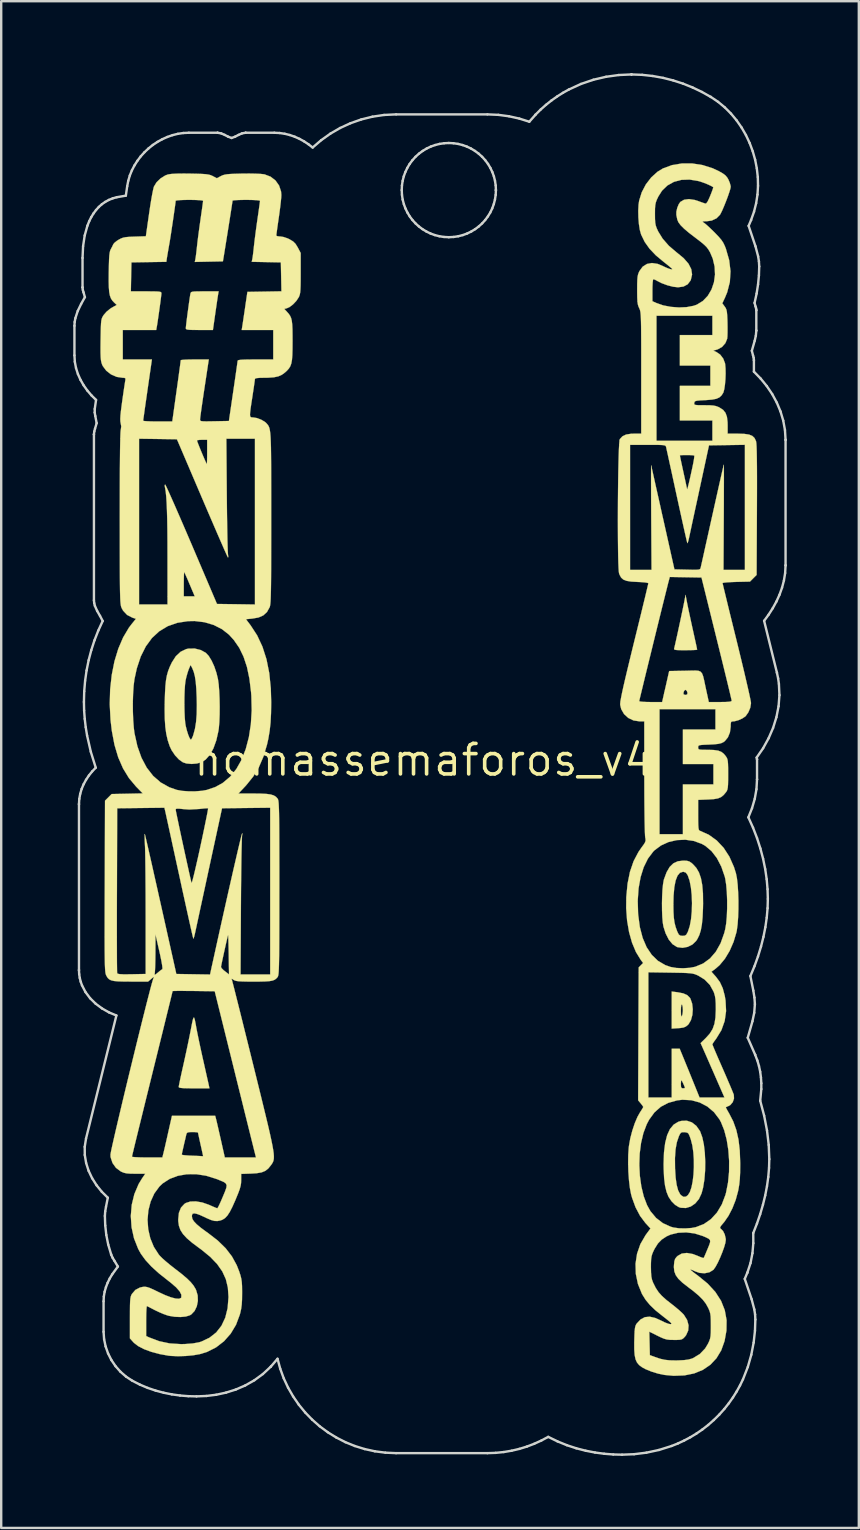
<source format=kicad_pcb>
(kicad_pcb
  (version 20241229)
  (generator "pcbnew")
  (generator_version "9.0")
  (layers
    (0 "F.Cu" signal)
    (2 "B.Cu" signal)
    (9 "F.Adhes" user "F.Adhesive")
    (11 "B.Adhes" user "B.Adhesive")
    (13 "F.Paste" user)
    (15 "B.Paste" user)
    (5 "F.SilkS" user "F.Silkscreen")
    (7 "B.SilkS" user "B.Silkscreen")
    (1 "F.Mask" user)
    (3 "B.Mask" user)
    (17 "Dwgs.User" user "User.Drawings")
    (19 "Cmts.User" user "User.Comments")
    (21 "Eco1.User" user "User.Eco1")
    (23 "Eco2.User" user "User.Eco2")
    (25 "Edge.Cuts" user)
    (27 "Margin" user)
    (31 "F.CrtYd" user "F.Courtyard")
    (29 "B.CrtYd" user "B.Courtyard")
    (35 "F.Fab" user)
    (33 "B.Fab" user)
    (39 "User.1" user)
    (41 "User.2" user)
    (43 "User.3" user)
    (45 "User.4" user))
  (footprint "nomassemaforos_v4"
    (layer "F.Cu")
    (at 14.594 28.599)
    (property "Reference" "nomassemaforos_v4" (at 0 0 0) (layer "F.SilkS") (effects (font (size 1.27 1.27) (thickness 0.15))))
    (attr through_hole)
    (fp_poly (pts (xy 11.656 -2.142) (xy 11.893 -2.136) (xy 12.053 -2.125) (xy 12.133 -2.111) (xy 12.139 -2.108) (xy 12.164 -2.046) (xy 12.182 -1.925) (xy 12.191 -1.769) (xy 12.191 -1.605) (xy 12.181 -1.456) (xy 12.165 -1.365) (xy 12.153 -1.33) (xy 12.13 -1.304) (xy 12.083 -1.287) (xy 11.999 -1.277) (xy 11.867 -1.272) (xy 11.673 -1.27) (xy 11.467 -1.27) (xy 10.795 -1.27) (xy 10.795 0.127) (xy 11.165 0.137) (xy 11.371 0.14) (xy 11.579 0.14) (xy 11.749 0.136) (xy 11.773 0.135) (xy 11.918 0.135) (xy 12.014 0.157) (xy 12.071 0.216) (xy 12.097 0.324) (xy 12.102 0.497) (xy 12.098 0.62) (xy 12.086 0.995) (xy 10.796 1.018) (xy 10.785 2.065) (xy 10.774 3.111) (xy 10.297 3.123) (xy 9.821 3.135) (xy 9.832 0.499) (xy 9.842 -2.138) (xy 10.964 -2.145) (xy 11.345 -2.145) (xy 11.656 -2.142)) (stroke (width 0.01) (type solid)) (fill yes) (layer "F.Mask"))
    (fp_poly (pts (xy 12.044 -17.674) (xy 10.71 -17.651) (xy 10.71 -16.468) (xy 11.102 -16.464) (xy 11.301 -16.463) (xy 11.491 -16.464) (xy 11.64 -16.466) (xy 11.676 -16.467) (xy 11.817 -16.463) (xy 11.907 -16.427) (xy 11.957 -16.345) (xy 11.977 -16.203) (xy 11.98 -16.071) (xy 11.98 -15.885) (xy 11.973 -15.752) (xy 11.947 -15.665) (xy 11.889 -15.613) (xy 11.787 -15.587) (xy 11.628 -15.579) (xy 11.402 -15.579) (xy 11.319 -15.579) (xy 10.71 -15.579) (xy 10.71 -14.182) (xy 11.123 -14.173) (xy 11.324 -14.171) (xy 11.512 -14.171) (xy 11.66 -14.173) (xy 11.705 -14.175) (xy 11.86 -14.182) (xy 11.963 -14.169) (xy 12.023 -14.125) (xy 12.054 -14.033) (xy 12.064 -13.882) (xy 12.065 -13.715) (xy 12.065 -13.293) (xy 10.878 -13.293) (xy 10.511 -13.294) (xy 10.22 -13.296) (xy 10 -13.302) (xy 9.842 -13.309) (xy 9.739 -13.32) (xy 9.685 -13.334) (xy 9.671 -13.346) (xy 9.668 -13.396) (xy 9.665 -13.524) (xy 9.663 -13.722) (xy 9.661 -13.982) (xy 9.66 -14.296) (xy 9.659 -14.658) (xy 9.66 -15.06) (xy 9.661 -15.493) (xy 9.662 -15.952) (xy 9.662 -15.96) (xy 9.673 -18.521) (xy 12.044 -18.521) (xy 12.044 -17.674)) (stroke (width 0.01) (type solid)) (fill yes) (layer "F.Mask"))
    (fp_poly (pts (xy 10.139 8.827) (xy 10.527 8.833) (xy 10.843 8.849) (xy 11.099 8.879) (xy 11.308 8.924) (xy 11.481 8.987) (xy 11.632 9.071) (xy 11.681 9.105) (xy 11.887 9.305) (xy 12.041 9.568) (xy 12.14 9.889) (xy 12.183 10.261) (xy 12.182 10.499) (xy 12.145 10.839) (xy 12.062 11.125) (xy 11.924 11.378) (xy 11.749 11.593) (xy 11.554 11.801) (xy 11.998 12.817) (xy 12.119 13.096) (xy 12.23 13.354) (xy 12.325 13.58) (xy 12.4 13.762) (xy 12.45 13.888) (xy 12.47 13.944) (xy 12.498 14.055) (xy 11.48 14.055) (xy 11.288 13.6) (xy 11.191 13.365) (xy 11.079 13.09) (xy 10.969 12.815) (xy 10.9 12.636) (xy 10.82 12.44) (xy 10.745 12.27) (xy 10.681 12.144) (xy 10.638 12.078) (xy 10.635 12.076) (xy 10.542 12.035) (xy 10.449 12.023) (xy 10.331 12.023) (xy 10.32 13.049) (xy 10.308 14.076) (xy 9.927 14.076) (xy 9.741 14.074) (xy 9.575 14.07) (xy 9.456 14.065) (xy 9.429 14.062) (xy 9.313 14.049) (xy 9.324 11.438) (xy 9.325 11.188) (xy 10.329 11.188) (xy 10.57 11.163) (xy 10.727 11.135) (xy 10.864 11.089) (xy 10.92 11.059) (xy 11.062 10.906) (xy 11.147 10.695) (xy 11.176 10.423) (xy 11.176 10.414) (xy 11.149 10.144) (xy 11.066 9.938) (xy 10.928 9.795) (xy 10.733 9.715) (xy 10.53 9.694) (xy 10.329 9.694) (xy 10.329 11.188) (xy 9.325 11.188) (xy 9.335 8.826) (xy 10.139 8.827)) (stroke (width 0.01) (type solid)) (fill yes) (layer "F.Mask"))
    (fp_poly (pts (xy 11.039 3.324) (xy 11.397 3.414) (xy 11.718 3.577) (xy 11.999 3.81) (xy 12.237 4.112) (xy 12.429 4.479) (xy 12.571 4.908) (xy 12.583 4.96) (xy 12.609 5.122) (xy 12.626 5.348) (xy 12.637 5.618) (xy 12.64 5.915) (xy 12.636 6.219) (xy 12.626 6.511) (xy 12.609 6.773) (xy 12.586 6.985) (xy 12.561 7.112) (xy 12.467 7.398) (xy 12.346 7.681) (xy 12.212 7.931) (xy 12.103 8.091) (xy 11.87 8.32) (xy 11.582 8.502) (xy 11.258 8.628) (xy 10.915 8.694) (xy 10.573 8.692) (xy 10.414 8.665) (xy 10.056 8.543) (xy 9.743 8.35) (xy 9.476 8.086) (xy 9.256 7.751) (xy 9.205 7.651) (xy 9.067 7.282) (xy 8.971 6.857) (xy 8.917 6.397) (xy 8.906 5.99) (xy 9.939 5.99) (xy 9.955 6.474) (xy 10.007 6.884) (xy 10.095 7.219) (xy 10.217 7.478) (xy 10.374 7.661) (xy 10.541 7.759) (xy 10.677 7.783) (xy 10.847 7.781) (xy 11.01 7.755) (xy 11.091 7.726) (xy 11.241 7.61) (xy 11.378 7.436) (xy 11.482 7.228) (xy 11.489 7.21) (xy 11.545 6.999) (xy 11.589 6.728) (xy 11.619 6.42) (xy 11.633 6.098) (xy 11.629 5.786) (xy 11.626 5.74) (xy 11.589 5.321) (xy 11.532 4.978) (xy 11.453 4.708) (xy 11.351 4.503) (xy 11.222 4.358) (xy 11.202 4.342) (xy 11.033 4.239) (xy 10.868 4.199) (xy 10.685 4.211) (xy 10.475 4.277) (xy 10.301 4.411) (xy 10.162 4.613) (xy 10.057 4.886) (xy 9.986 5.232) (xy 9.947 5.653) (xy 9.939 5.99) (xy 8.906 5.99) (xy 8.904 5.919) (xy 8.933 5.442) (xy 9.003 4.984) (xy 9.114 4.565) (xy 9.254 4.225) (xy 9.448 3.933) (xy 9.703 3.685) (xy 10.006 3.492) (xy 10.339 3.363) (xy 10.648 3.311) (xy 11.039 3.324)) (stroke (width 0.01) (type solid)) (fill yes) (layer "F.Mask"))
    (fp_poly (pts (xy 11.677 -7.222) (xy 11.711 -7.088) (xy 11.761 -6.888) (xy 11.826 -6.631) (xy 11.901 -6.328) (xy 11.986 -5.988) (xy 12.076 -5.622) (xy 12.171 -5.238) (xy 12.267 -4.848) (xy 12.362 -4.461) (xy 12.454 -4.087) (xy 12.54 -3.736) (xy 12.618 -3.418) (xy 12.685 -3.143) (xy 12.738 -2.921) (xy 12.776 -2.762) (xy 12.796 -2.679) (xy 12.817 -2.549) (xy 12.82 -2.455) (xy 12.811 -2.425) (xy 12.757 -2.411) (xy 12.638 -2.4) (xy 12.473 -2.393) (xy 12.337 -2.391) (xy 11.896 -2.391) (xy 11.848 -2.536) (xy 11.819 -2.636) (xy 11.778 -2.795) (xy 11.731 -2.99) (xy 11.689 -3.172) (xy 11.578 -3.662) (xy 10.228 -3.662) (xy 10.089 -3.052) (xy 10.038 -2.836) (xy 9.992 -2.65) (xy 9.955 -2.509) (xy 9.93 -2.429) (xy 9.924 -2.417) (xy 9.868 -2.402) (xy 9.749 -2.393) (xy 9.592 -2.39) (xy 9.42 -2.393) (xy 9.255 -2.401) (xy 9.121 -2.413) (xy 9.04 -2.429) (xy 9.031 -2.434) (xy 9.018 -2.453) (xy 9.013 -2.491) (xy 9.015 -2.552) (xy 9.026 -2.642) (xy 9.048 -2.766) (xy 9.081 -2.929) (xy 9.126 -3.136) (xy 9.185 -3.392) (xy 9.258 -3.701) (xy 9.347 -4.07) (xy 9.453 -4.503) (xy 9.479 -4.607) (xy 10.482 -4.607) (xy 10.531 -4.592) (xy 10.646 -4.581) (xy 10.808 -4.574) (xy 10.95 -4.572) (xy 11.153 -4.574) (xy 11.283 -4.581) (xy 11.354 -4.594) (xy 11.376 -4.616) (xy 11.374 -4.631) (xy 11.358 -4.69) (xy 11.328 -4.818) (xy 11.286 -5) (xy 11.237 -5.22) (xy 11.183 -5.464) (xy 11.128 -5.717) (xy 11.074 -5.965) (xy 11.026 -6.193) (xy 10.986 -6.386) (xy 10.96 -6.517) (xy 10.908 -6.79) (xy 10.684 -5.716) (xy 10.625 -5.425) (xy 10.573 -5.161) (xy 10.531 -4.936) (xy 10.501 -4.761) (xy 10.484 -4.647) (xy 10.482 -4.607) (xy 9.479 -4.607) (xy 9.577 -5.004) (xy 9.72 -5.58) (xy 9.812 -5.948) (xy 10.223 -7.599) (xy 11.578 -7.599) (xy 11.677 -7.222)) (stroke (width 0.01) (type solid)) (fill yes) (layer "F.Mask"))
    (fp_poly (pts (xy 11.133 14.168) (xy 11.47 14.242) (xy 11.68 14.328) (xy 11.929 14.498) (xy 12.157 14.739) (xy 12.355 15.04) (xy 12.516 15.389) (xy 12.633 15.773) (xy 12.642 15.812) (xy 12.678 16.043) (xy 12.702 16.335) (xy 12.714 16.663) (xy 12.714 17.003) (xy 12.703 17.331) (xy 12.679 17.624) (xy 12.643 17.858) (xy 12.642 17.865) (xy 12.525 18.261) (xy 12.359 18.617) (xy 12.15 18.924) (xy 11.907 19.172) (xy 11.635 19.352) (xy 11.446 19.43) (xy 11.195 19.484) (xy 10.911 19.51) (xy 10.627 19.507) (xy 10.375 19.474) (xy 10.291 19.452) (xy 10.063 19.351) (xy 9.83 19.199) (xy 9.622 19.017) (xy 9.509 18.886) (xy 9.347 18.641) (xy 9.221 18.392) (xy 9.127 18.125) (xy 9.062 17.826) (xy 9.021 17.48) (xy 9.002 17.073) (xy 9.001 16.991) (xy 9.998 16.991) (xy 10.025 17.372) (xy 10.056 17.595) (xy 10.135 17.944) (xy 10.239 18.216) (xy 10.37 18.417) (xy 10.532 18.552) (xy 10.626 18.596) (xy 10.772 18.622) (xy 10.951 18.614) (xy 11.119 18.575) (xy 11.16 18.558) (xy 11.285 18.475) (xy 11.391 18.368) (xy 11.394 18.364) (xy 11.496 18.168) (xy 11.579 17.906) (xy 11.641 17.593) (xy 11.681 17.246) (xy 11.699 16.881) (xy 11.693 16.513) (xy 11.662 16.158) (xy 11.606 15.834) (xy 11.561 15.662) (xy 11.453 15.415) (xy 11.306 15.221) (xy 11.129 15.09) (xy 10.933 15.031) (xy 10.885 15.028) (xy 10.661 15.069) (xy 10.458 15.184) (xy 10.288 15.365) (xy 10.163 15.601) (xy 10.162 15.605) (xy 10.082 15.886) (xy 10.028 16.226) (xy 9.999 16.601) (xy 9.998 16.991) (xy 9.001 16.991) (xy 9 16.806) (xy 9.005 16.43) (xy 9.022 16.119) (xy 9.055 15.855) (xy 9.106 15.619) (xy 9.179 15.392) (xy 9.277 15.155) (xy 9.29 15.126) (xy 9.431 14.889) (xy 9.625 14.658) (xy 9.849 14.457) (xy 10.079 14.309) (xy 10.117 14.291) (xy 10.43 14.192) (xy 10.778 14.151) (xy 11.133 14.168)) (stroke (width 0.01) (type solid)) (fill yes) (layer "F.Mask"))
    (fp_poly (pts (xy 10.941 19.657) (xy 11.168 19.688) (xy 11.391 19.739) (xy 11.595 19.805) (xy 11.764 19.88) (xy 11.883 19.956) (xy 11.937 20.029) (xy 11.938 20.042) (xy 11.92 20.13) (xy 11.875 20.263) (xy 11.815 20.413) (xy 11.75 20.55) (xy 11.694 20.645) (xy 11.693 20.647) (xy 11.62 20.741) (xy 11.297 20.631) (xy 11.022 20.562) (xy 10.796 20.558) (xy 10.621 20.62) (xy 10.499 20.746) (xy 10.433 20.929) (xy 10.419 21.123) (xy 10.455 21.305) (xy 10.549 21.485) (xy 10.705 21.671) (xy 10.93 21.873) (xy 11.113 22.016) (xy 11.383 22.232) (xy 11.588 22.43) (xy 11.741 22.626) (xy 11.855 22.834) (xy 11.898 22.938) (xy 11.94 23.066) (xy 11.966 23.189) (xy 11.976 23.333) (xy 11.975 23.526) (xy 11.972 23.622) (xy 11.95 23.918) (xy 11.904 24.152) (xy 11.826 24.348) (xy 11.71 24.527) (xy 11.624 24.629) (xy 11.468 24.777) (xy 11.301 24.882) (xy 11.104 24.95) (xy 10.858 24.989) (xy 10.604 25.002) (xy 10.406 25.005) (xy 10.233 25.004) (xy 10.107 25) (xy 10.054 24.994) (xy 9.972 24.971) (xy 9.838 24.932) (xy 9.684 24.885) (xy 9.398 24.797) (xy 9.398 24.315) (xy 9.401 24.125) (xy 9.409 23.97) (xy 9.422 23.867) (xy 9.436 23.834) (xy 9.49 23.851) (xy 9.598 23.896) (xy 9.739 23.959) (xy 9.764 23.971) (xy 9.951 24.05) (xy 10.12 24.096) (xy 10.314 24.118) (xy 10.393 24.123) (xy 10.563 24.128) (xy 10.672 24.124) (xy 10.744 24.103) (xy 10.803 24.059) (xy 10.854 24.009) (xy 10.946 23.879) (xy 10.991 23.72) (xy 10.996 23.672) (xy 11.001 23.545) (xy 10.986 23.43) (xy 10.943 23.316) (xy 10.867 23.197) (xy 10.75 23.062) (xy 10.585 22.903) (xy 10.367 22.711) (xy 10.087 22.478) (xy 10.075 22.468) (xy 9.806 22.196) (xy 9.609 21.884) (xy 9.488 21.539) (xy 9.45 21.275) (xy 9.458 20.889) (xy 9.533 20.546) (xy 9.669 20.25) (xy 9.861 20.008) (xy 10.104 19.823) (xy 10.393 19.703) (xy 10.724 19.652) (xy 10.941 19.657)) (stroke (width 0.01) (type solid)) (fill yes) (layer "F.Mask"))
    (fp_poly (pts (xy -9.189 -5.762) (xy -8.785 -5.649) (xy -8.421 -5.465) (xy -8.099 -5.211) (xy -7.821 -4.891) (xy -7.589 -4.507) (xy -7.407 -4.062) (xy -7.275 -3.558) (xy -7.198 -3.006) (xy -7.159 -2.3) (xy -7.174 -1.658) (xy -7.243 -1.075) (xy -7.365 -0.549) (xy -7.542 -0.076) (xy -7.599 0.042) (xy -7.744 0.282) (xy -7.94 0.533) (xy -8.16 0.768) (xy -8.382 0.962) (xy -8.458 1.016) (xy -8.72 1.15) (xy -9.037 1.251) (xy -9.384 1.314) (xy -9.736 1.333) (xy -10.036 1.31) (xy -10.446 1.208) (xy -10.816 1.032) (xy -11.146 0.783) (xy -11.434 0.464) (xy -11.677 0.074) (xy -11.876 -0.383) (xy -12 -0.793) (xy -12.061 -1.108) (xy -12.103 -1.484) (xy -12.126 -1.9) (xy -12.13 -2.337) (xy -12.129 -2.361) (xy -10.775 -2.361) (xy -10.773 -2.016) (xy -10.761 -1.683) (xy -10.739 -1.381) (xy -10.705 -1.131) (xy -10.698 -1.094) (xy -10.602 -0.712) (xy -10.481 -0.408) (xy -10.332 -0.174) (xy -10.149 -0.005) (xy -9.93 0.105) (xy -9.842 0.13) (xy -9.676 0.146) (xy -9.479 0.131) (xy -9.296 0.089) (xy -9.224 0.06) (xy -9.087 -0.04) (xy -8.945 -0.194) (xy -8.821 -0.374) (xy -8.76 -0.494) (xy -8.676 -0.728) (xy -8.613 -0.998) (xy -8.569 -1.316) (xy -8.542 -1.693) (xy -8.531 -2.139) (xy -8.531 -2.244) (xy -8.536 -2.67) (xy -8.555 -3.027) (xy -8.588 -3.328) (xy -8.64 -3.587) (xy -8.71 -3.82) (xy -8.803 -4.039) (xy -8.809 -4.052) (xy -8.969 -4.307) (xy -9.164 -4.492) (xy -9.385 -4.605) (xy -9.621 -4.644) (xy -9.863 -4.606) (xy -10.101 -4.489) (xy -10.216 -4.4) (xy -10.344 -4.266) (xy -10.452 -4.099) (xy -10.549 -3.885) (xy -10.641 -3.607) (xy -10.677 -3.479) (xy -10.717 -3.277) (xy -10.746 -3.011) (xy -10.766 -2.699) (xy -10.775 -2.361) (xy -12.129 -2.361) (xy -12.115 -2.771) (xy -12.079 -3.183) (xy -12.04 -3.46) (xy -11.919 -3.973) (xy -11.744 -4.429) (xy -11.518 -4.825) (xy -11.242 -5.157) (xy -10.921 -5.423) (xy -10.557 -5.621) (xy -10.153 -5.747) (xy -9.712 -5.798) (xy -9.631 -5.8) (xy -9.189 -5.762)) (stroke (width 0.01) (type solid)) (fill yes) (layer "F.Mask"))
    (fp_poly (pts (xy -9.405 17.251) (xy -9.005 17.319) (xy -8.631 17.435) (xy -8.416 17.534) (xy -8.282 17.609) (xy -8.209 17.665) (xy -8.184 17.715) (xy -8.19 17.769) (xy -8.217 17.848) (xy -8.267 17.977) (xy -8.331 18.134) (xy -8.401 18.301) (xy -8.469 18.455) (xy -8.526 18.579) (xy -8.563 18.65) (xy -8.569 18.658) (xy -8.616 18.654) (xy -8.723 18.624) (xy -8.87 18.573) (xy -8.953 18.542) (xy -9.286 18.438) (xy -9.572 18.403) (xy -9.808 18.437) (xy -9.896 18.473) (xy -10.031 18.568) (xy -10.119 18.696) (xy -10.171 18.877) (xy -10.185 18.973) (xy -10.197 19.201) (xy -10.171 19.401) (xy -10.1 19.584) (xy -9.977 19.764) (xy -9.794 19.952) (xy -9.545 20.16) (xy -9.425 20.251) (xy -9.053 20.545) (xy -8.754 20.818) (xy -8.521 21.084) (xy -8.348 21.351) (xy -8.229 21.63) (xy -8.156 21.934) (xy -8.125 22.272) (xy -8.122 22.442) (xy -8.158 22.861) (xy -8.261 23.239) (xy -8.427 23.57) (xy -8.65 23.849) (xy -8.928 24.07) (xy -9.255 24.228) (xy -9.52 24.299) (xy -9.748 24.326) (xy -10.024 24.337) (xy -10.315 24.331) (xy -10.586 24.309) (xy -10.774 24.279) (xy -11.007 24.219) (xy -11.219 24.149) (xy -11.393 24.076) (xy -11.513 24.006) (xy -11.557 23.96) (xy -11.573 23.89) (xy -11.586 23.759) (xy -11.594 23.587) (xy -11.598 23.394) (xy -11.598 23.197) (xy -11.594 23.016) (xy -11.585 22.87) (xy -11.572 22.778) (xy -11.562 22.757) (xy -11.51 22.764) (xy -11.4 22.803) (xy -11.25 22.865) (xy -11.128 22.921) (xy -10.756 23.074) (xy -10.421 23.164) (xy -10.127 23.191) (xy -9.877 23.157) (xy -9.676 23.061) (xy -9.529 22.903) (xy -9.501 22.854) (xy -9.456 22.707) (xy -9.437 22.514) (xy -9.446 22.31) (xy -9.482 22.13) (xy -9.498 22.084) (xy -9.602 21.909) (xy -9.781 21.702) (xy -10.031 21.465) (xy -10.35 21.202) (xy -10.396 21.166) (xy -10.577 21.021) (xy -10.75 20.875) (xy -10.893 20.744) (xy -10.983 20.652) (xy -11.212 20.323) (xy -11.379 19.949) (xy -11.481 19.543) (xy -11.513 19.122) (xy -11.473 18.699) (xy -11.449 18.588) (xy -11.323 18.219) (xy -11.128 17.902) (xy -10.867 17.636) (xy -10.541 17.424) (xy -10.466 17.387) (xy -10.3 17.317) (xy -10.151 17.273) (xy -9.982 17.249) (xy -9.8 17.237) (xy -9.405 17.251)) (stroke (width 0.01) (type solid)) (fill yes) (layer "F.Mask"))
    (fp_poly (pts (xy -10.842 -13.419) (xy -10.636 -13.416) (xy -10.491 -13.41) (xy -10.393 -13.399) (xy -10.33 -13.383) (xy -10.29 -13.36) (xy -10.272 -13.342) (xy -10.219 -13.273) (xy -10.202 -13.238) (xy -10.186 -13.189) (xy -10.14 -13.072) (xy -10.067 -12.895) (xy -9.971 -12.666) (xy -9.855 -12.394) (xy -9.724 -12.087) (xy -9.58 -11.753) (xy -9.428 -11.399) (xy -9.27 -11.036) (xy -9.111 -10.669) (xy -8.953 -10.308) (xy -8.801 -9.962) (xy -8.658 -9.637) (xy -8.527 -9.342) (xy -8.413 -9.086) (xy -8.318 -8.876) (xy -8.246 -8.721) (xy -8.201 -8.628) (xy -8.187 -8.605) (xy -8.185 -8.649) (xy -8.187 -8.766) (xy -8.191 -8.945) (xy -8.198 -9.175) (xy -8.207 -9.445) (xy -8.217 -9.717) (xy -8.228 -10.069) (xy -8.236 -10.479) (xy -8.243 -10.922) (xy -8.247 -11.372) (xy -8.248 -11.802) (xy -8.246 -12.107) (xy -8.234 -13.399) (xy -7.006 -13.399) (xy -6.994 -10.097) (xy -6.992 -9.571) (xy -6.991 -9.066) (xy -6.991 -8.59) (xy -6.991 -8.148) (xy -6.993 -7.749) (xy -6.994 -7.398) (xy -6.996 -7.103) (xy -6.999 -6.871) (xy -7.002 -6.708) (xy -7.006 -6.622) (xy -7.007 -6.615) (xy -7.033 -6.435) (xy -8.578 -6.435) (xy -8.653 -6.593) (xy -8.685 -6.663) (xy -8.746 -6.802) (xy -8.833 -7.003) (xy -8.943 -7.257) (xy -9.072 -7.555) (xy -9.216 -7.89) (xy -9.372 -8.253) (xy -9.536 -8.635) (xy -9.545 -8.656) (xy -9.714 -9.051) (xy -9.879 -9.434) (xy -10.037 -9.798) (xy -10.182 -10.131) (xy -10.311 -10.424) (xy -10.419 -10.669) (xy -10.502 -10.854) (xy -10.553 -10.964) (xy -10.639 -11.142) (xy -10.693 -11.249) (xy -10.722 -11.292) (xy -10.731 -11.279) (xy -10.726 -11.214) (xy -10.718 -11.155) (xy -10.712 -11.072) (xy -10.707 -10.914) (xy -10.703 -10.688) (xy -10.699 -10.404) (xy -10.695 -10.071) (xy -10.692 -9.697) (xy -10.691 -9.291) (xy -10.69 -8.862) (xy -10.69 -8.7) (xy -10.689 -6.456) (xy -11.239 -6.448) (xy -11.45 -6.447) (xy -11.632 -6.449) (xy -11.768 -6.454) (xy -11.839 -6.461) (xy -11.843 -6.462) (xy -11.853 -6.483) (xy -11.861 -6.538) (xy -11.869 -6.633) (xy -11.875 -6.773) (xy -11.881 -6.961) (xy -11.885 -7.202) (xy -11.889 -7.502) (xy -11.891 -7.863) (xy -11.893 -8.292) (xy -11.895 -8.792) (xy -11.895 -9.369) (xy -11.896 -9.952) (xy -11.896 -13.42) (xy -11.119 -13.42) (xy -10.842 -13.419)) (stroke (width 0.01) (type solid)) (fill yes) (layer "F.Mask"))
    (fp_poly (pts (xy 11.215 -24.204) (xy 11.434 -24.169) (xy 11.657 -24.1) (xy 11.864 -24.015) (xy 12.022 -23.932) (xy 12.099 -23.861) (xy 12.107 -23.834) (xy 12.091 -23.761) (xy 12.05 -23.636) (xy 11.992 -23.485) (xy 11.929 -23.331) (xy 11.87 -23.199) (xy 11.825 -23.114) (xy 11.814 -23.1) (xy 11.758 -23.096) (xy 11.654 -23.124) (xy 11.572 -23.157) (xy 11.407 -23.215) (xy 11.222 -23.254) (xy 11.043 -23.272) (xy 10.893 -23.266) (xy 10.797 -23.235) (xy 10.793 -23.232) (xy 10.657 -23.067) (xy 10.59 -22.867) (xy 10.595 -22.647) (xy 10.666 -22.44) (xy 10.744 -22.33) (xy 10.871 -22.196) (xy 11.024 -22.062) (xy 11.037 -22.052) (xy 11.325 -21.819) (xy 11.552 -21.618) (xy 11.728 -21.439) (xy 11.864 -21.269) (xy 11.97 -21.096) (xy 12.024 -20.986) (xy 12.068 -20.836) (xy 12.097 -20.627) (xy 12.11 -20.385) (xy 12.107 -20.136) (xy 12.088 -19.903) (xy 12.053 -19.714) (xy 12.041 -19.674) (xy 11.931 -19.455) (xy 11.761 -19.243) (xy 11.554 -19.063) (xy 11.414 -18.976) (xy 11.308 -18.925) (xy 11.207 -18.892) (xy 11.089 -18.871) (xy 10.93 -18.859) (xy 10.71 -18.852) (xy 10.45 -18.85) (xy 10.249 -18.861) (xy 10.083 -18.887) (xy 9.97 -18.916) (xy 9.783 -18.972) (xy 9.658 -19.021) (xy 9.582 -19.08) (xy 9.542 -19.167) (xy 9.527 -19.298) (xy 9.525 -19.492) (xy 9.525 -19.559) (xy 9.528 -19.746) (xy 9.537 -19.897) (xy 9.549 -19.995) (xy 9.561 -20.024) (xy 9.616 -20.007) (xy 9.724 -19.964) (xy 9.863 -19.904) (xy 9.869 -19.901) (xy 10.193 -19.776) (xy 10.475 -19.714) (xy 10.712 -19.711) (xy 10.901 -19.769) (xy 11.036 -19.885) (xy 11.114 -20.058) (xy 11.134 -20.233) (xy 11.121 -20.393) (xy 11.077 -20.538) (xy 10.994 -20.682) (xy 10.863 -20.834) (xy 10.675 -21.009) (xy 10.462 -21.186) (xy 10.248 -21.358) (xy 10.089 -21.49) (xy 9.973 -21.593) (xy 9.89 -21.679) (xy 9.828 -21.762) (xy 9.776 -21.852) (xy 9.722 -21.962) (xy 9.707 -21.993) (xy 9.655 -22.112) (xy 9.621 -22.217) (xy 9.601 -22.332) (xy 9.591 -22.48) (xy 9.589 -22.684) (xy 9.588 -22.734) (xy 9.59 -22.948) (xy 9.597 -23.101) (xy 9.613 -23.217) (xy 9.644 -23.32) (xy 9.693 -23.433) (xy 9.73 -23.509) (xy 9.905 -23.783) (xy 10.129 -23.99) (xy 10.403 -24.129) (xy 10.729 -24.202) (xy 10.961 -24.214) (xy 11.215 -24.204)) (stroke (width 0.01) (type solid)) (fill yes) (layer "F.Mask"))
    (fp_poly (pts (xy -8.926 9.616) (xy -8.819 9.622) (xy -8.752 9.633) (xy -8.713 9.651) (xy -8.692 9.675) (xy -8.678 9.704) (xy -8.662 9.76) (xy -8.627 9.891) (xy -8.575 10.092) (xy -8.508 10.355) (xy -8.428 10.674) (xy -8.335 11.044) (xy -8.232 11.456) (xy -8.121 11.906) (xy -8.002 12.385) (xy -7.878 12.889) (xy -7.852 12.996) (xy -7.726 13.505) (xy -7.606 13.992) (xy -7.492 14.452) (xy -7.387 14.876) (xy -7.291 15.259) (xy -7.207 15.594) (xy -7.136 15.875) (xy -7.08 16.095) (xy -7.04 16.247) (xy -7.019 16.324) (xy -7.017 16.33) (xy -6.99 16.444) (xy -7.012 16.511) (xy -7.014 16.514) (xy -7.068 16.527) (xy -7.187 16.539) (xy -7.353 16.548) (xy -7.547 16.555) (xy -7.75 16.559) (xy -7.944 16.56) (xy -8.11 16.557) (xy -8.23 16.55) (xy -8.283 16.538) (xy -8.283 16.538) (xy -8.297 16.494) (xy -8.327 16.379) (xy -8.37 16.207) (xy -8.422 15.99) (xy -8.481 15.741) (xy -8.498 15.669) (xy -8.696 14.817) (xy -9.55 14.817) (xy -9.865 14.818) (xy -10.104 14.823) (xy -10.274 14.832) (xy -10.383 14.845) (xy -10.439 14.863) (xy -10.447 14.87) (xy -10.469 14.926) (xy -10.506 15.051) (xy -10.553 15.232) (xy -10.608 15.454) (xy -10.666 15.705) (xy -10.671 15.727) (xy -10.728 15.976) (xy -10.779 16.196) (xy -10.821 16.374) (xy -10.852 16.496) (xy -10.867 16.55) (xy -10.868 16.551) (xy -10.917 16.562) (xy -11.032 16.57) (xy -11.195 16.576) (xy -11.385 16.579) (xy -11.586 16.579) (xy -11.777 16.576) (xy -11.941 16.571) (xy -12.058 16.562) (xy -12.108 16.552) (xy -12.117 16.545) (xy -12.124 16.533) (xy -12.128 16.512) (xy -12.127 16.478) (xy -12.121 16.426) (xy -12.109 16.351) (xy -12.089 16.25) (xy -12.061 16.118) (xy -12.023 15.95) (xy -11.974 15.743) (xy -11.915 15.492) (xy -11.842 15.191) (xy -11.757 14.838) (xy -11.656 14.428) (xy -11.54 13.955) (xy -11.449 13.586) (xy -10.189 13.586) (xy -10.168 13.606) (xy -10.112 13.62) (xy -10.008 13.627) (xy -9.845 13.63) (xy -9.611 13.631) (xy -9.591 13.631) (xy -9.342 13.63) (xy -9.167 13.625) (xy -9.054 13.614) (xy -8.994 13.599) (xy -8.975 13.576) (xy -8.975 13.574) (xy -8.983 13.518) (xy -9.008 13.391) (xy -9.046 13.207) (xy -9.094 12.978) (xy -9.151 12.716) (xy -9.183 12.569) (xy -9.248 12.269) (xy -9.312 11.972) (xy -9.371 11.695) (xy -9.42 11.459) (xy -9.456 11.28) (xy -9.464 11.239) (xy -9.499 11.065) (xy -9.532 10.92) (xy -9.557 10.826) (xy -9.564 10.806) (xy -9.581 10.828) (xy -9.61 10.92) (xy -9.649 11.071) (xy -9.694 11.268) (xy -9.731 11.441) (xy -9.787 11.712) (xy -9.848 12.005) (xy -9.911 12.305) (xy -9.974 12.602) (xy -10.034 12.88) (xy -10.088 13.128) (xy -10.133 13.332) (xy -10.167 13.479) (xy -10.186 13.557) (xy -10.186 13.557) (xy -10.189 13.586) (xy -11.449 13.586) (xy -11.408 13.417) (xy -11.258 12.808) (xy -11.089 12.123) (xy -10.97 11.642) (xy -10.474 9.631) (xy -9.597 9.619) (xy -9.303 9.616) (xy -9.084 9.614) (xy -8.926 9.616)) (stroke (width 0.01) (type solid)) (fill yes) (layer "F.Mask"))
    (fp_poly (pts (xy -11.489 1.991) (xy -11.238 1.994) (xy -11.053 2.001) (xy -10.925 2.01) (xy -10.846 2.024) (xy -10.805 2.042) (xy -10.8 2.047) (xy -10.78 2.101) (xy -10.745 2.227) (xy -10.697 2.416) (xy -10.64 2.658) (xy -10.574 2.941) (xy -10.504 3.257) (xy -10.456 3.476) (xy -10.368 3.88) (xy -10.276 4.299) (xy -10.183 4.723) (xy -10.09 5.142) (xy -10 5.547) (xy -9.914 5.93) (xy -9.835 6.281) (xy -9.764 6.59) (xy -9.704 6.849) (xy -9.657 7.049) (xy -9.625 7.18) (xy -9.615 7.218) (xy -9.578 7.345) (xy -9.551 7.239) (xy -9.537 7.18) (xy -9.507 7.045) (xy -9.462 6.842) (xy -9.405 6.58) (xy -9.336 6.264) (xy -9.257 5.903) (xy -9.17 5.504) (xy -9.077 5.074) (xy -8.979 4.622) (xy -8.974 4.596) (xy -8.873 4.132) (xy -8.776 3.696) (xy -8.686 3.296) (xy -8.604 2.939) (xy -8.532 2.63) (xy -8.471 2.378) (xy -8.423 2.188) (xy -8.389 2.068) (xy -8.372 2.024) (xy -8.316 2.015) (xy -8.188 2.007) (xy -8 2.002) (xy -7.766 1.999) (xy -7.499 1.999) (xy -7.345 2) (xy -6.371 2.011) (xy -6.36 5.414) (xy -6.359 6.078) (xy -6.358 6.661) (xy -6.358 7.166) (xy -6.359 7.598) (xy -6.362 7.961) (xy -6.365 8.257) (xy -6.37 8.491) (xy -6.376 8.666) (xy -6.383 8.787) (xy -6.391 8.856) (xy -6.398 8.876) (xy -6.438 8.9) (xy -6.516 8.916) (xy -6.645 8.924) (xy -6.837 8.926) (xy -7.023 8.923) (xy -7.599 8.911) (xy -7.599 6.107) (xy -7.599 5.628) (xy -7.599 5.175) (xy -7.6 4.755) (xy -7.6 4.374) (xy -7.601 4.04) (xy -7.602 3.76) (xy -7.603 3.54) (xy -7.604 3.388) (xy -7.605 3.311) (xy -7.606 3.302) (xy -7.617 3.342) (xy -7.645 3.456) (xy -7.687 3.637) (xy -7.743 3.875) (xy -7.809 4.162) (xy -7.884 4.491) (xy -7.966 4.853) (xy -8.054 5.239) (xy -8.145 5.642) (xy -8.238 6.053) (xy -8.33 6.463) (xy -8.42 6.865) (xy -8.506 7.251) (xy -8.587 7.611) (xy -8.659 7.937) (xy -8.722 8.222) (xy -8.773 8.457) (xy -8.811 8.634) (xy -8.827 8.713) (xy -8.851 8.79) (xy -8.894 8.847) (xy -8.968 8.887) (xy -9.084 8.912) (xy -9.255 8.926) (xy -9.492 8.932) (xy -9.673 8.932) (xy -10.28 8.932) (xy -10.345 8.731) (xy -10.366 8.652) (xy -10.404 8.498) (xy -10.456 8.279) (xy -10.52 8.003) (xy -10.595 7.678) (xy -10.678 7.313) (xy -10.768 6.917) (xy -10.862 6.498) (xy -10.899 6.329) (xy -10.996 5.896) (xy -11.09 5.477) (xy -11.179 5.082) (xy -11.261 4.72) (xy -11.334 4.399) (xy -11.396 4.13) (xy -11.444 3.922) (xy -11.477 3.785) (xy -11.484 3.757) (xy -11.578 3.386) (xy -11.578 8.911) (xy -12.152 8.923) (xy -12.365 8.925) (xy -12.546 8.923) (xy -12.68 8.917) (xy -12.75 8.908) (xy -12.755 8.905) (xy -12.76 8.859) (xy -12.764 8.735) (xy -12.768 8.539) (xy -12.772 8.277) (xy -12.775 7.956) (xy -12.778 7.582) (xy -12.781 7.162) (xy -12.783 6.701) (xy -12.784 6.207) (xy -12.785 5.685) (xy -12.785 5.433) (xy -12.785 1.99) (xy -11.816 1.99) (xy -11.489 1.991)) (stroke (width 0.01) (type solid)) (fill yes) (layer "F.Mask"))
    (fp_poly (pts (xy 13.179 -13.127) (xy 13.24 -13.127) (xy 13.42 -13.123) (xy 13.42 -10.549) (xy 13.419 -9.984) (xy 13.418 -9.499) (xy 13.416 -9.088) (xy 13.412 -8.748) (xy 13.408 -8.474) (xy 13.402 -8.261) (xy 13.395 -8.104) (xy 13.386 -7.999) (xy 13.376 -7.94) (xy 13.369 -7.925) (xy 13.305 -7.902) (xy 13.181 -7.885) (xy 13.02 -7.876) (xy 12.848 -7.874) (xy 12.687 -7.88) (xy 12.562 -7.896) (xy 12.541 -7.901) (xy 12.446 -7.926) (xy 12.446 -9.918) (xy 12.446 -10.319) (xy 12.445 -10.692) (xy 12.443 -11.029) (xy 12.441 -11.323) (xy 12.438 -11.564) (xy 12.436 -11.744) (xy 12.432 -11.857) (xy 12.429 -11.892) (xy 12.417 -11.849) (xy 12.388 -11.73) (xy 12.345 -11.546) (xy 12.289 -11.303) (xy 12.222 -11.01) (xy 12.146 -10.676) (xy 12.064 -10.308) (xy 11.979 -9.927) (xy 11.891 -9.533) (xy 11.807 -9.165) (xy 11.731 -8.83) (xy 11.663 -8.536) (xy 11.605 -8.293) (xy 11.56 -8.108) (xy 11.529 -7.99) (xy 11.515 -7.946) (xy 11.454 -7.922) (xy 11.33 -7.902) (xy 11.165 -7.887) (xy 10.984 -7.88) (xy 10.807 -7.881) (xy 10.659 -7.892) (xy 10.427 -7.921) (xy 10.121 -9.305) (xy 10.031 -9.711) (xy 9.941 -10.11) (xy 9.854 -10.495) (xy 9.771 -10.858) (xy 9.694 -11.19) (xy 9.625 -11.483) (xy 9.566 -11.728) (xy 9.519 -11.918) (xy 9.486 -12.044) (xy 9.469 -12.098) (xy 9.468 -12.1) (xy 9.467 -12.056) (xy 9.467 -11.936) (xy 9.468 -11.747) (xy 9.47 -11.499) (xy 9.472 -11.199) (xy 9.475 -10.856) (xy 9.478 -10.478) (xy 9.482 -10.073) (xy 9.483 -10.054) (xy 9.486 -9.645) (xy 9.488 -9.261) (xy 9.489 -8.91) (xy 9.488 -8.6) (xy 9.486 -8.34) (xy 9.482 -8.139) (xy 9.477 -8.006) (xy 9.471 -7.948) (xy 9.471 -7.948) (xy 9.442 -7.912) (xy 9.385 -7.89) (xy 9.282 -7.879) (xy 9.115 -7.877) (xy 9.068 -7.877) (xy 8.895 -7.881) (xy 8.752 -7.889) (xy 8.662 -7.898) (xy 8.647 -7.902) (xy 8.635 -7.924) (xy 8.626 -7.982) (xy 8.617 -8.082) (xy 8.611 -8.228) (xy 8.605 -8.428) (xy 8.601 -8.684) (xy 8.598 -9.003) (xy 8.595 -9.39) (xy 8.594 -9.851) (xy 8.594 -10.389) (xy 8.594 -10.523) (xy 8.594 -13.123) (xy 8.752 -13.127) (xy 8.925 -13.128) (xy 9.13 -13.128) (xy 9.349 -13.125) (xy 9.566 -13.121) (xy 9.762 -13.116) (xy 9.919 -13.109) (xy 10.021 -13.103) (xy 10.049 -13.098) (xy 10.07 -13.054) (xy 10.105 -12.937) (xy 10.154 -12.756) (xy 10.212 -12.523) (xy 10.277 -12.248) (xy 10.348 -11.939) (xy 10.388 -11.757) (xy 10.508 -11.213) (xy 10.61 -10.746) (xy 10.697 -10.351) (xy 10.77 -10.022) (xy 10.829 -9.754) (xy 10.877 -9.541) (xy 10.914 -9.378) (xy 10.941 -9.259) (xy 10.96 -9.18) (xy 10.973 -9.134) (xy 10.979 -9.115) (xy 10.979 -9.115) (xy 10.985 -9.124) (xy 10.997 -9.162) (xy 11.015 -9.235) (xy 11.042 -9.347) (xy 11.078 -9.504) (xy 11.124 -9.711) (xy 11.183 -9.974) (xy 11.254 -10.299) (xy 11.339 -10.689) (xy 11.44 -11.152) (xy 11.557 -11.692) (xy 11.559 -11.703) (xy 11.631 -12.03) (xy 11.698 -12.33) (xy 11.759 -12.594) (xy 11.81 -12.811) (xy 11.85 -12.972) (xy 11.877 -13.066) (xy 11.885 -13.086) (xy 11.936 -13.097) (xy 12.057 -13.107) (xy 12.232 -13.116) (xy 12.447 -13.123) (xy 12.687 -13.127) (xy 12.936 -13.129) (xy 13.179 -13.127)) (stroke (width 0.01) (type solid)) (fill yes) (layer "F.Mask"))
    (fp_poly (pts (xy -7.468 -23.375) (xy -7.271 -23.372) (xy -7.083 -23.368) (xy -6.924 -23.361) (xy -6.813 -23.353) (xy -6.771 -23.345) (xy -6.77 -23.302) (xy -6.781 -23.187) (xy -6.801 -23.014) (xy -6.829 -22.795) (xy -6.862 -22.545) (xy -6.9 -22.274) (xy -6.94 -21.996) (xy -6.98 -21.724) (xy -7.02 -21.47) (xy -7.057 -21.247) (xy -7.067 -21.188) (xy -7.099 -21.008) (xy -7.115 -20.884) (xy -7.102 -20.805) (xy -7.049 -20.762) (xy -6.946 -20.744) (xy -6.78 -20.743) (xy -6.558 -20.747) (xy -6.315 -20.749) (xy -6.145 -20.744) (xy -6.038 -20.733) (xy -5.981 -20.713) (xy -5.969 -20.7) (xy -5.954 -20.634) (xy -5.942 -20.505) (xy -5.935 -20.333) (xy -5.932 -20.139) (xy -5.934 -19.944) (xy -5.94 -19.77) (xy -5.952 -19.638) (xy -5.953 -19.632) (xy -5.976 -19.473) (xy -6.65 -19.473) (xy -6.878 -19.472) (xy -7.073 -19.47) (xy -7.221 -19.465) (xy -7.307 -19.46) (xy -7.324 -19.457) (xy -7.33 -19.411) (xy -7.347 -19.297) (xy -7.372 -19.127) (xy -7.405 -18.916) (xy -7.429 -18.754) (xy -7.465 -18.519) (xy -7.496 -18.312) (xy -7.519 -18.147) (xy -7.533 -18.041) (xy -7.535 -18.009) (xy -7.518 -17.986) (xy -7.46 -17.968) (xy -7.351 -17.956) (xy -7.179 -17.947) (xy -6.934 -17.94) (xy -6.911 -17.94) (xy -6.287 -17.928) (xy -6.275 -17.307) (xy -6.263 -16.687) (xy -6.964 -16.672) (xy -7.248 -16.665) (xy -7.455 -16.654) (xy -7.594 -16.64) (xy -7.674 -16.621) (xy -7.699 -16.603) (xy -7.717 -16.544) (xy -7.744 -16.417) (xy -7.777 -16.239) (xy -7.812 -16.025) (xy -7.827 -15.926) (xy -7.872 -15.633) (xy -7.922 -15.299) (xy -7.972 -14.968) (xy -8.014 -14.69) (xy -8.107 -14.076) (xy -8.696 -14.064) (xy -8.912 -14.062) (xy -9.097 -14.065) (xy -9.235 -14.071) (xy -9.31 -14.081) (xy -9.318 -14.085) (xy -9.32 -14.134) (xy -9.311 -14.256) (xy -9.291 -14.44) (xy -9.261 -14.676) (xy -9.224 -14.953) (xy -9.18 -15.26) (xy -9.164 -15.365) (xy -9.118 -15.68) (xy -9.077 -15.967) (xy -9.044 -16.216) (xy -9.019 -16.416) (xy -9.004 -16.557) (xy -8.999 -16.628) (xy -9.001 -16.635) (xy -9.05 -16.644) (xy -9.166 -16.651) (xy -9.334 -16.656) (xy -9.535 -16.658) (xy -9.558 -16.658) (xy -10.091 -16.658) (xy -10.272 -15.392) (xy -10.332 -14.984) (xy -10.384 -14.649) (xy -10.429 -14.391) (xy -10.466 -14.21) (xy -10.495 -14.111) (xy -10.507 -14.091) (xy -10.573 -14.076) (xy -10.702 -14.065) (xy -10.873 -14.059) (xy -11.066 -14.057) (xy -11.26 -14.059) (xy -11.432 -14.065) (xy -11.564 -14.075) (xy -11.632 -14.09) (xy -11.633 -14.091) (xy -11.65 -14.108) (xy -11.661 -14.142) (xy -11.665 -14.199) (xy -11.662 -14.287) (xy -11.651 -14.415) (xy -11.63 -14.591) (xy -11.6 -14.821) (xy -11.56 -15.115) (xy -11.508 -15.479) (xy -11.47 -15.744) (xy -11.433 -16.005) (xy -11.404 -16.236) (xy -11.382 -16.426) (xy -11.37 -16.561) (xy -11.368 -16.628) (xy -11.37 -16.633) (xy -11.419 -16.643) (xy -11.536 -16.653) (xy -11.705 -16.661) (xy -11.906 -16.667) (xy -11.931 -16.667) (xy -12.137 -16.671) (xy -12.311 -16.674) (xy -12.437 -16.676) (xy -12.498 -16.678) (xy -12.5 -16.678) (xy -12.511 -16.718) (xy -12.519 -16.828) (xy -12.523 -16.994) (xy -12.523 -17.199) (xy -12.521 -17.304) (xy -12.509 -17.928) (xy -11.822 -17.94) (xy -11.546 -17.946) (xy -11.482 -17.949) (xy -9.875 -17.949) (xy -9.343 -17.949) (xy -9.12 -17.951) (xy -8.968 -17.955) (xy -8.872 -17.966) (xy -8.819 -17.984) (xy -8.794 -18.011) (xy -8.789 -18.023) (xy -8.772 -18.104) (xy -8.747 -18.248) (xy -8.717 -18.437) (xy -8.685 -18.649) (xy -8.654 -18.866) (xy -8.626 -19.067) (xy -8.606 -19.231) (xy -8.595 -19.341) (xy -8.594 -19.364) (xy -8.594 -19.473) (xy -9.684 -19.473) (xy -9.751 -19.039) (xy -9.784 -18.81) (xy -9.815 -18.567) (xy -9.839 -18.35) (xy -9.846 -18.277) (xy -9.875 -17.949) (xy -11.482 -17.949) (xy -11.348 -17.956) (xy -11.218 -17.968) (xy -11.15 -17.986) (xy -11.133 -18.003) (xy -11.127 -18.061) (xy -11.11 -18.187) (xy -11.084 -18.366) (xy -11.052 -18.584) (xy -11.027 -18.754) (xy -10.992 -18.986) (xy -10.962 -19.187) (xy -10.939 -19.342) (xy -10.925 -19.438) (xy -10.922 -19.463) (xy -10.962 -19.466) (xy -11.071 -19.47) (xy -11.236 -19.472) (xy -11.44 -19.473) (xy -11.535 -19.473) (xy -11.778 -19.472) (xy -11.953 -19.476) (xy -12.072 -19.496) (xy -12.144 -19.545) (xy -12.181 -19.634) (xy -12.192 -19.775) (xy -12.189 -19.98) (xy -12.183 -20.193) (xy -12.171 -20.722) (xy -11.493 -20.743) (xy -11.26 -20.752) (xy -11.056 -20.764) (xy -10.896 -20.776) (xy -10.795 -20.788) (xy -10.77 -20.795) (xy -10.743 -20.848) (xy -10.713 -20.964) (xy -10.684 -21.123) (xy -10.674 -21.197) (xy -10.611 -21.665) (xy -10.559 -22.057) (xy -10.515 -22.379) (xy -10.48 -22.638) (xy -10.45 -22.842) (xy -10.427 -22.997) (xy -10.408 -23.111) (xy -10.393 -23.191) (xy -10.381 -23.243) (xy -10.37 -23.274) (xy -10.351 -23.312) (xy -10.322 -23.339) (xy -10.269 -23.354) (xy -10.178 -23.362) (xy -10.035 -23.363) (xy -9.825 -23.36) (xy -9.748 -23.359) (xy -9.165 -23.347) (xy -9.178 -23.072) (xy -9.19 -22.924) (xy -9.214 -22.708) (xy -9.249 -22.438) (xy -9.291 -22.129) (xy -9.34 -21.794) (xy -9.394 -21.45) (xy -9.442 -21.154) (xy -9.463 -21) (xy -9.472 -20.874) (xy -9.466 -20.805) (xy -9.438 -20.777) (xy -9.371 -20.759) (xy -9.25 -20.748) (xy -9.063 -20.744) (xy -8.965 -20.744) (xy -8.769 -20.747) (xy -8.6 -20.756) (xy -8.48 -20.768) (xy -8.431 -20.781) (xy -8.397 -20.84) (xy -8.362 -20.962) (xy -8.333 -21.129) (xy -8.33 -21.151) (xy -8.295 -21.405) (xy -8.256 -21.684) (xy -8.213 -21.977) (xy -8.168 -22.27) (xy -8.125 -22.552) (xy -8.083 -22.81) (xy -8.046 -23.032) (xy -8.015 -23.206) (xy -7.993 -23.319) (xy -7.981 -23.36) (xy -7.932 -23.368) (xy -7.818 -23.373) (xy -7.657 -23.375) (xy -7.468 -23.375)) (stroke (width 0.01) (type solid)) (fill yes) (layer "F.Mask"))
    (fp_poly (pts (xy -8.566 -19.357) (xy -8.582 -19.259) (xy -8.606 -19.097) (xy -8.636 -18.89) (xy -8.67 -18.657) (xy -8.685 -18.553) (xy -8.777 -17.907) (xy -9.341 -17.907) (xy -9.571 -17.908) (xy -9.729 -17.912) (xy -9.828 -17.921) (xy -9.882 -17.936) (xy -9.903 -17.96) (xy -9.906 -17.98) (xy -9.9 -18.048) (xy -9.885 -18.181) (xy -9.863 -18.362) (xy -9.836 -18.572) (xy -9.806 -18.792) (xy -9.777 -19.006) (xy -9.75 -19.194) (xy -9.728 -19.338) (xy -9.714 -19.42) (xy -9.702 -19.459) (xy -9.678 -19.485) (xy -9.627 -19.501) (xy -9.536 -19.511) (xy -9.392 -19.515) (xy -9.179 -19.516) (xy -9.116 -19.516) (xy -8.54 -19.516) (xy -8.566 -19.357)) (stroke (width 0.01) (type solid)) (fill yes) (layer "F.SilkS"))
    (fp_poly (pts (xy 10.573 9.673) (xy 10.81 9.719) (xy 10.978 9.795) (xy 11.087 9.904) (xy 11.108 9.939) (xy 11.18 10.146) (xy 11.206 10.38) (xy 11.189 10.617) (xy 11.13 10.832) (xy 11.033 11) (xy 11.004 11.03) (xy 10.918 11.1) (xy 10.822 11.141) (xy 10.686 11.162) (xy 10.604 11.168) (xy 10.329 11.186) (xy 10.329 10.443) (xy 10.711 10.443) (xy 10.715 10.598) (xy 10.728 10.672) (xy 10.75 10.672) (xy 10.753 10.668) (xy 10.778 10.589) (xy 10.793 10.464) (xy 10.794 10.406) (xy 10.786 10.283) (xy 10.766 10.199) (xy 10.753 10.181) (xy 10.729 10.205) (xy 10.715 10.305) (xy 10.711 10.443) (xy 10.329 10.443) (xy 10.329 9.642) (xy 10.573 9.673)) (stroke (width 0.01) (type solid)) (fill yes) (layer "F.SilkS"))
    (fp_poly (pts (xy 10.961 -6.583) (xy 10.988 -6.447) (xy 11.029 -6.248) (xy 11.082 -6.003) (xy 11.14 -5.733) (xy 11.201 -5.455) (xy 11.202 -5.451) (xy 11.258 -5.197) (xy 11.308 -4.971) (xy 11.348 -4.788) (xy 11.375 -4.659) (xy 11.387 -4.597) (xy 11.388 -4.594) (xy 11.348 -4.585) (xy 11.241 -4.578) (xy 11.082 -4.574) (xy 10.898 -4.572) (xy 10.688 -4.573) (xy 10.55 -4.578) (xy 10.469 -4.588) (xy 10.433 -4.605) (xy 10.428 -4.633) (xy 10.431 -4.646) (xy 10.448 -4.713) (xy 10.479 -4.848) (xy 10.521 -5.036) (xy 10.571 -5.262) (xy 10.625 -5.513) (xy 10.681 -5.773) (xy 10.735 -6.027) (xy 10.784 -6.26) (xy 10.825 -6.459) (xy 10.855 -6.608) (xy 10.867 -6.668) (xy 10.905 -6.879) (xy 10.961 -6.583)) (stroke (width 0.01) (type solid)) (fill yes) (layer "F.SilkS"))
    (fp_poly (pts (xy -9.559 10.731) (xy -9.532 10.814) (xy -9.499 10.978) (xy -9.46 11.197) (xy -9.429 11.355) (xy -9.384 11.576) (xy -9.328 11.842) (xy -9.265 12.133) (xy -9.199 12.432) (xy -9.181 12.509) (xy -9.119 12.786) (xy -9.062 13.04) (xy -9.013 13.258) (xy -8.975 13.427) (xy -8.951 13.534) (xy -8.946 13.557) (xy -8.922 13.674) (xy -9.562 13.674) (xy -9.818 13.672) (xy -9.999 13.667) (xy -10.116 13.657) (xy -10.181 13.642) (xy -10.202 13.62) (xy -10.202 13.617) (xy -10.193 13.561) (xy -10.168 13.435) (xy -10.13 13.252) (xy -10.081 13.027) (xy -10.024 12.772) (xy -10.007 12.697) (xy -9.938 12.385) (xy -9.866 12.052) (xy -9.797 11.725) (xy -9.737 11.43) (xy -9.695 11.218) (xy -9.648 10.973) (xy -9.612 10.81) (xy -9.584 10.73) (xy -9.559 10.731)) (stroke (width 0.01) (type solid)) (fill yes) (layer "F.SilkS"))
    (fp_poly (pts (xy 11.167 15.091) (xy 11.353 15.236) (xy 11.503 15.449) (xy 11.518 15.48) (xy 11.604 15.718) (xy 11.668 16.019) (xy 11.708 16.365) (xy 11.725 16.736) (xy 11.719 17.114) (xy 11.689 17.48) (xy 11.634 17.815) (xy 11.571 18.05) (xy 11.461 18.284) (xy 11.307 18.469) (xy 11.121 18.596) (xy 10.916 18.658) (xy 10.705 18.647) (xy 10.626 18.622) (xy 10.469 18.525) (xy 10.317 18.372) (xy 10.196 18.189) (xy 10.195 18.188) (xy 10.112 17.981) (xy 10.051 17.726) (xy 10.012 17.412) (xy 9.994 17.03) (xy 9.991 16.824) (xy 9.999 16.582) (xy 10.464 16.582) (xy 10.468 17.013) (xy 10.492 17.393) (xy 10.535 17.695) (xy 10.596 17.923) (xy 10.678 18.08) (xy 10.713 18.121) (xy 10.82 18.193) (xy 10.923 18.183) (xy 11.004 18.121) (xy 11.085 17.993) (xy 11.152 17.797) (xy 11.202 17.549) (xy 11.236 17.262) (xy 11.252 16.954) (xy 11.25 16.639) (xy 11.229 16.333) (xy 11.188 16.051) (xy 11.126 15.808) (xy 11.126 15.808) (xy 11.073 15.657) (xy 11.032 15.569) (xy 10.986 15.525) (xy 10.921 15.507) (xy 10.868 15.502) (xy 10.768 15.5) (xy 10.708 15.526) (xy 10.659 15.602) (xy 10.627 15.671) (xy 10.542 15.921) (xy 10.488 16.222) (xy 10.464 16.582) (xy 9.999 16.582) (xy 10.007 16.348) (xy 10.056 15.949) (xy 10.139 15.623) (xy 10.256 15.369) (xy 10.41 15.185) (xy 10.6 15.068) (xy 10.722 15.031) (xy 10.954 15.021) (xy 11.167 15.091)) (stroke (width 0.01) (type solid)) (fill yes) (layer "F.SilkS"))
    (fp_poly (pts (xy 10.958 4.197) (xy 11.061 4.226) (xy 11.158 4.291) (xy 11.213 4.34) (xy 11.355 4.496) (xy 11.465 4.687) (xy 11.546 4.922) (xy 11.6 5.208) (xy 11.63 5.555) (xy 11.635 5.972) (xy 11.631 6.173) (xy 11.615 6.544) (xy 11.586 6.844) (xy 11.542 7.087) (xy 11.481 7.285) (xy 11.399 7.453) (xy 11.345 7.536) (xy 11.192 7.684) (xy 10.996 7.782) (xy 10.781 7.822) (xy 10.574 7.796) (xy 10.541 7.784) (xy 10.362 7.669) (xy 10.205 7.478) (xy 10.075 7.22) (xy 9.986 6.943) (xy 9.957 6.772) (xy 9.937 6.541) (xy 9.926 6.269) (xy 9.924 6.011) (xy 10.398 6.011) (xy 10.402 6.323) (xy 10.417 6.57) (xy 10.446 6.773) (xy 10.491 6.952) (xy 10.555 7.129) (xy 10.57 7.165) (xy 10.624 7.269) (xy 10.687 7.314) (xy 10.783 7.324) (xy 10.876 7.315) (xy 10.936 7.274) (xy 10.99 7.179) (xy 11.006 7.143) (xy 11.081 6.915) (xy 11.134 6.629) (xy 11.165 6.305) (xy 11.174 5.964) (xy 11.162 5.624) (xy 11.128 5.305) (xy 11.074 5.026) (xy 10.998 4.808) (xy 10.987 4.787) (xy 10.917 4.691) (xy 10.825 4.658) (xy 10.795 4.657) (xy 10.671 4.697) (xy 10.57 4.819) (xy 10.492 5.02) (xy 10.437 5.301) (xy 10.406 5.66) (xy 10.398 6.011) (xy 9.924 6.011) (xy 9.923 5.977) (xy 9.93 5.684) (xy 9.944 5.411) (xy 9.967 5.177) (xy 9.997 5.003) (xy 10.005 4.974) (xy 10.115 4.676) (xy 10.244 4.454) (xy 10.398 4.304) (xy 10.584 4.218) (xy 10.808 4.191) (xy 10.81 4.191) (xy 10.958 4.197)) (stroke (width 0.01) (type solid)) (fill yes) (layer "F.SilkS"))
    (fp_poly (pts (xy -9.279 -4.577) (xy -9.073 -4.463) (xy -8.952 -4.334) (xy -8.833 -4.139) (xy -8.722 -3.898) (xy -8.63 -3.627) (xy -8.567 -3.365) (xy -8.537 -3.147) (xy -8.515 -2.868) (xy -8.501 -2.549) (xy -8.495 -2.213) (xy -8.498 -1.882) (xy -8.51 -1.579) (xy -8.531 -1.326) (xy -8.547 -1.214) (xy -8.636 -0.818) (xy -8.757 -0.482) (xy -8.906 -0.214) (xy -9.081 -0.017) (xy -9.242 0.087) (xy -9.439 0.146) (xy -9.662 0.165) (xy -9.877 0.146) (xy -10.024 0.099) (xy -10.19 -0.018) (xy -10.353 -0.192) (xy -10.495 -0.402) (xy -10.578 -0.577) (xy -10.659 -0.822) (xy -10.719 -1.084) (xy -10.76 -1.378) (xy -10.782 -1.717) (xy -10.788 -2.116) (xy -10.785 -2.321) (xy -9.966 -2.321) (xy -9.961 -2.031) (xy -9.95 -1.767) (xy -9.931 -1.548) (xy -9.91 -1.418) (xy -9.86 -1.221) (xy -9.806 -1.05) (xy -9.753 -0.922) (xy -9.708 -0.854) (xy -9.693 -0.847) (xy -9.661 -0.883) (xy -9.618 -0.977) (xy -9.593 -1.048) (xy -9.525 -1.299) (xy -9.479 -1.581) (xy -9.453 -1.906) (xy -9.447 -2.29) (xy -9.453 -2.603) (xy -9.469 -2.965) (xy -9.493 -3.254) (xy -9.528 -3.485) (xy -9.576 -3.671) (xy -9.638 -3.825) (xy -9.653 -3.854) (xy -9.708 -3.957) (xy -9.785 -3.776) (xy -9.834 -3.634) (xy -9.884 -3.454) (xy -9.916 -3.311) (xy -9.939 -3.131) (xy -9.955 -2.892) (xy -9.964 -2.615) (xy -9.966 -2.321) (xy -10.785 -2.321) (xy -10.784 -2.434) (xy -10.772 -2.792) (xy -10.756 -3.082) (xy -10.731 -3.318) (xy -10.695 -3.518) (xy -10.645 -3.696) (xy -10.579 -3.869) (xy -10.492 -4.053) (xy -10.488 -4.062) (xy -10.321 -4.322) (xy -10.121 -4.508) (xy -9.89 -4.618) (xy -9.791 -4.639) (xy -9.533 -4.641) (xy -9.279 -4.577)) (stroke (width 0.01) (type solid)) (fill yes) (layer "F.SilkS"))
    (fp_poly (pts (xy 11.182 -24.842) (xy 11.615 -24.775) (xy 12.036 -24.641) (xy 12.294 -24.52) (xy 12.46 -24.425) (xy 12.57 -24.341) (xy 12.646 -24.249) (xy 12.689 -24.173) (xy 12.747 -24.036) (xy 12.781 -23.909) (xy 12.785 -23.867) (xy 12.769 -23.782) (xy 12.725 -23.639) (xy 12.663 -23.459) (xy 12.588 -23.261) (xy 12.509 -23.064) (xy 12.434 -22.889) (xy 12.368 -22.755) (xy 12.339 -22.704) (xy 12.194 -22.557) (xy 11.995 -22.464) (xy 11.79 -22.435) (xy 11.667 -22.432) (xy 11.617 -22.423) (xy 11.63 -22.4) (xy 11.684 -22.363) (xy 11.756 -22.306) (xy 11.871 -22.203) (xy 12.01 -22.07) (xy 12.129 -21.953) (xy 12.286 -21.789) (xy 12.397 -21.658) (xy 12.476 -21.539) (xy 12.539 -21.408) (xy 12.584 -21.294) (xy 12.722 -20.814) (xy 12.777 -20.353) (xy 12.75 -19.907) (xy 12.64 -19.478) (xy 12.548 -19.256) (xy 12.436 -19.018) (xy 12.536 -18.883) (xy 12.579 -18.818) (xy 12.608 -18.748) (xy 12.627 -18.654) (xy 12.639 -18.518) (xy 12.648 -18.324) (xy 12.651 -18.215) (xy 12.654 -17.997) (xy 12.653 -17.798) (xy 12.648 -17.639) (xy 12.638 -17.542) (xy 12.564 -17.359) (xy 12.428 -17.204) (xy 12.251 -17.103) (xy 12.229 -17.096) (xy 12.061 -17.046) (xy 12.182 -16.995) (xy 12.345 -16.885) (xy 12.474 -16.717) (xy 12.549 -16.519) (xy 12.554 -16.489) (xy 12.57 -16.307) (xy 12.574 -16.09) (xy 12.566 -15.86) (xy 12.547 -15.64) (xy 12.52 -15.452) (xy 12.486 -15.32) (xy 12.475 -15.293) (xy 12.4 -15.177) (xy 12.309 -15.096) (xy 12.184 -15.041) (xy 12.01 -15.008) (xy 11.771 -14.988) (xy 11.729 -14.986) (xy 11.53 -14.976) (xy 11.4 -14.964) (xy 11.324 -14.948) (xy 11.286 -14.923) (xy 11.271 -14.885) (xy 11.268 -14.87) (xy 11.266 -14.827) (xy 11.282 -14.799) (xy 11.332 -14.784) (xy 11.43 -14.776) (xy 11.591 -14.774) (xy 11.693 -14.774) (xy 11.907 -14.772) (xy 12.059 -14.761) (xy 12.173 -14.738) (xy 12.273 -14.701) (xy 12.317 -14.679) (xy 12.468 -14.581) (xy 12.569 -14.456) (xy 12.629 -14.29) (xy 12.655 -14.066) (xy 12.658 -13.939) (xy 12.658 -13.589) (xy 13.092 -13.589) (xy 13.356 -13.58) (xy 13.551 -13.551) (xy 13.687 -13.495) (xy 13.778 -13.408) (xy 13.837 -13.283) (xy 13.843 -13.263) (xy 13.853 -13.191) (xy 13.862 -13.055) (xy 13.869 -12.85) (xy 13.874 -12.575) (xy 13.878 -12.226) (xy 13.88 -11.802) (xy 13.88 -11.3) (xy 13.878 -10.717) (xy 13.877 -10.404) (xy 13.864 -7.706) (xy 13.726 -7.568) (xy 13.588 -7.429) (xy 13.017 -7.416) (xy 12.808 -7.408) (xy 12.634 -7.398) (xy 12.509 -7.385) (xy 12.449 -7.372) (xy 12.446 -7.369) (xy 12.456 -7.323) (xy 12.484 -7.202) (xy 12.53 -7.013) (xy 12.59 -6.765) (xy 12.663 -6.463) (xy 12.748 -6.116) (xy 12.843 -5.731) (xy 12.945 -5.315) (xy 13.039 -4.935) (xy 13.147 -4.493) (xy 13.249 -4.072) (xy 13.343 -3.679) (xy 13.426 -3.323) (xy 13.498 -3.011) (xy 13.557 -2.751) (xy 13.599 -2.551) (xy 13.625 -2.418) (xy 13.631 -2.366) (xy 13.601 -2.178) (xy 13.521 -1.986) (xy 13.411 -1.83) (xy 13.391 -1.811) (xy 13.265 -1.727) (xy 13.102 -1.655) (xy 12.946 -1.613) (xy 12.892 -1.609) (xy 12.829 -1.602) (xy 12.797 -1.569) (xy 12.786 -1.487) (xy 12.785 -1.389) (xy 12.754 -1.152) (xy 12.67 -0.944) (xy 12.541 -0.786) (xy 12.479 -0.741) (xy 12.39 -0.7) (xy 12.275 -0.672) (xy 12.113 -0.654) (xy 11.885 -0.642) (xy 11.885 -0.642) (xy 11.685 -0.634) (xy 11.554 -0.625) (xy 11.478 -0.611) (xy 11.442 -0.588) (xy 11.431 -0.552) (xy 11.43 -0.524) (xy 11.433 -0.478) (xy 11.454 -0.448) (xy 11.507 -0.432) (xy 11.609 -0.425) (xy 11.776 -0.423) (xy 11.834 -0.423) (xy 12.081 -0.416) (xy 12.262 -0.39) (xy 12.396 -0.338) (xy 12.502 -0.255) (xy 12.58 -0.159) (xy 12.619 -0.1) (xy 12.646 -0.038) (xy 12.663 0.043) (xy 12.673 0.158) (xy 12.678 0.324) (xy 12.679 0.556) (xy 12.679 0.6) (xy 12.678 0.846) (xy 12.674 1.023) (xy 12.664 1.145) (xy 12.648 1.23) (xy 12.623 1.291) (xy 12.592 1.338) (xy 12.488 1.462) (xy 12.383 1.546) (xy 12.256 1.599) (xy 12.087 1.629) (xy 11.853 1.644) (xy 11.852 1.644) (xy 11.43 1.661) (xy 11.43 2.292) (xy 11.431 2.538) (xy 11.435 2.712) (xy 11.443 2.827) (xy 11.456 2.897) (xy 11.477 2.933) (xy 11.504 2.948) (xy 11.873 3.113) (xy 12.203 3.351) (xy 12.491 3.657) (xy 12.731 4.027) (xy 12.921 4.456) (xy 13.004 4.72) (xy 13.045 4.928) (xy 13.076 5.2) (xy 13.096 5.518) (xy 13.107 5.86) (xy 13.106 6.209) (xy 13.095 6.544) (xy 13.073 6.846) (xy 13.04 7.095) (xy 13.024 7.176) (xy 12.904 7.577) (xy 12.742 7.948) (xy 12.546 8.275) (xy 12.324 8.543) (xy 12.166 8.682) (xy 11.984 8.818) (xy 12.17 9.026) (xy 12.334 9.247) (xy 12.454 9.505) (xy 12.538 9.818) (xy 12.571 10.019) (xy 12.593 10.456) (xy 12.535 10.868) (xy 12.399 11.25) (xy 12.185 11.6) (xy 12.177 11.61) (xy 12.095 11.722) (xy 12.039 11.808) (xy 12.023 11.843) (xy 12.039 11.889) (xy 12.085 12.002) (xy 12.156 12.17) (xy 12.248 12.384) (xy 12.356 12.631) (xy 12.451 12.848) (xy 12.571 13.122) (xy 12.68 13.376) (xy 12.775 13.597) (xy 12.849 13.775) (xy 12.898 13.896) (xy 12.915 13.943) (xy 12.923 14.098) (xy 12.87 14.25) (xy 12.77 14.368) (xy 12.713 14.402) (xy 12.626 14.44) (xy 12.582 14.46) (xy 12.582 14.46) (xy 12.596 14.497) (xy 12.644 14.587) (xy 12.715 14.711) (xy 12.719 14.717) (xy 12.891 15.051) (xy 13.02 15.412) (xy 13.11 15.813) (xy 13.163 16.266) (xy 13.182 16.783) (xy 13.182 16.87) (xy 13.178 17.189) (xy 13.165 17.447) (xy 13.143 17.669) (xy 13.108 17.879) (xy 13.091 17.961) (xy 12.993 18.32) (xy 12.856 18.669) (xy 12.692 18.985) (xy 12.513 19.244) (xy 12.484 19.277) (xy 12.389 19.39) (xy 12.345 19.459) (xy 12.346 19.499) (xy 12.375 19.522) (xy 12.466 19.614) (xy 12.538 19.76) (xy 12.577 19.93) (xy 12.581 19.985) (xy 12.563 20.111) (xy 12.512 20.29) (xy 12.437 20.499) (xy 12.348 20.717) (xy 12.253 20.924) (xy 12.16 21.097) (xy 12.079 21.215) (xy 12.061 21.234) (xy 11.901 21.333) (xy 11.7 21.375) (xy 11.485 21.359) (xy 11.306 21.295) (xy 11.198 21.245) (xy 11.124 21.22) (xy 11.108 21.22) (xy 11.133 21.251) (xy 11.213 21.318) (xy 11.334 21.411) (xy 11.427 21.479) (xy 11.828 21.807) (xy 12.147 22.155) (xy 12.384 22.523) (xy 12.539 22.913) (xy 12.614 23.326) (xy 12.608 23.763) (xy 12.53 24.197) (xy 12.392 24.584) (xy 12.193 24.914) (xy 11.937 25.186) (xy 11.627 25.397) (xy 11.267 25.545) (xy 10.86 25.628) (xy 10.411 25.645) (xy 10.027 25.609) (xy 9.761 25.554) (xy 9.487 25.47) (xy 9.24 25.369) (xy 9.095 25.29) (xy 8.973 25.199) (xy 8.884 25.093) (xy 8.823 24.959) (xy 8.786 24.783) (xy 8.769 24.552) (xy 8.768 24.253) (xy 8.77 24.192) (xy 8.777 23.947) (xy 8.784 23.806) (xy 9.395 23.806) (xy 9.419 24.784) (xy 9.631 24.863) (xy 9.843 24.934) (xy 10.038 24.979) (xy 10.245 25.001) (xy 10.496 25.006) (xy 10.604 25.004) (xy 10.843 24.992) (xy 11.02 24.969) (xy 11.161 24.931) (xy 11.22 24.907) (xy 11.5 24.737) (xy 11.721 24.507) (xy 11.841 24.307) (xy 11.892 24.197) (xy 11.926 24.1) (xy 11.946 23.992) (xy 11.956 23.853) (xy 11.959 23.661) (xy 11.959 23.558) (xy 11.957 23.334) (xy 11.95 23.173) (xy 11.934 23.052) (xy 11.906 22.951) (xy 11.862 22.846) (xy 11.849 22.818) (xy 11.752 22.643) (xy 11.624 22.476) (xy 11.453 22.304) (xy 11.228 22.115) (xy 11.01 21.95) (xy 10.774 21.766) (xy 10.605 21.604) (xy 10.496 21.451) (xy 10.437 21.295) (xy 10.419 21.12) (xy 10.423 21.032) (xy 10.439 20.878) (xy 10.47 20.777) (xy 10.529 20.698) (xy 10.577 20.652) (xy 10.748 20.555) (xy 10.96 20.529) (xy 11.209 20.574) (xy 11.394 20.644) (xy 11.524 20.699) (xy 11.62 20.733) (xy 11.659 20.739) (xy 11.681 20.695) (xy 11.727 20.591) (xy 11.788 20.445) (xy 11.823 20.363) (xy 11.895 20.186) (xy 11.931 20.069) (xy 11.923 19.991) (xy 11.862 19.933) (xy 11.743 19.874) (xy 11.613 19.82) (xy 11.282 19.717) (xy 10.936 19.673) (xy 10.597 19.688) (xy 10.285 19.763) (xy 10.116 19.838) (xy 9.913 19.972) (xy 9.754 20.136) (xy 9.618 20.353) (xy 9.571 20.447) (xy 9.52 20.565) (xy 9.488 20.674) (xy 9.471 20.8) (xy 9.464 20.967) (xy 9.463 21.124) (xy 9.468 21.346) (xy 9.48 21.507) (xy 9.506 21.634) (xy 9.547 21.75) (xy 9.561 21.78) (xy 9.664 21.987) (xy 9.78 22.161) (xy 9.924 22.323) (xy 10.114 22.492) (xy 10.292 22.631) (xy 10.467 22.769) (xy 10.63 22.906) (xy 10.761 23.026) (xy 10.834 23.101) (xy 10.969 23.317) (xy 11.03 23.541) (xy 11.016 23.758) (xy 10.927 23.956) (xy 10.877 24.019) (xy 10.813 24.085) (xy 10.752 24.125) (xy 10.669 24.144) (xy 10.541 24.151) (xy 10.424 24.151) (xy 10.254 24.148) (xy 10.123 24.132) (xy 10 24.097) (xy 9.853 24.033) (xy 9.742 23.979) (xy 9.395 23.806) (xy 8.784 23.806) (xy 8.786 23.772) (xy 8.8 23.649) (xy 8.82 23.565) (xy 8.848 23.503) (xy 8.871 23.469) (xy 9.033 23.298) (xy 9.211 23.203) (xy 9.413 23.183) (xy 9.646 23.237) (xy 9.877 23.341) (xy 10.045 23.423) (xy 10.182 23.476) (xy 10.277 23.496) (xy 10.317 23.482) (xy 10.308 23.453) (xy 10.265 23.41) (xy 10.17 23.33) (xy 10.039 23.226) (xy 9.945 23.153) (xy 9.651 22.917) (xy 9.423 22.698) (xy 9.245 22.484) (xy 9.104 22.259) (xy 9.086 22.226) (xy 8.922 21.821) (xy 8.834 21.4) (xy 8.822 20.976) (xy 8.886 20.559) (xy 9.024 20.161) (xy 9.236 19.794) (xy 9.254 19.768) (xy 9.444 19.51) (xy 9.23 19.277) (xy 9.011 18.985) (xy 8.823 18.629) (xy 8.676 18.226) (xy 8.635 18.075) (xy 8.586 17.816) (xy 8.549 17.499) (xy 8.524 17.147) (xy 8.516 16.855) (xy 8.979 16.855) (xy 9.002 17.316) (xy 9.064 17.76) (xy 9.164 18.173) (xy 9.302 18.538) (xy 9.441 18.787) (xy 9.678 19.071) (xy 9.963 19.29) (xy 10.287 19.437) (xy 10.403 19.47) (xy 10.63 19.502) (xy 10.896 19.508) (xy 11.157 19.489) (xy 11.335 19.455) (xy 11.671 19.324) (xy 11.964 19.12) (xy 12.213 18.848) (xy 12.415 18.51) (xy 12.567 18.109) (xy 12.592 18.016) (xy 12.674 17.598) (xy 12.717 17.152) (xy 12.72 16.695) (xy 12.687 16.242) (xy 12.619 15.812) (xy 12.516 15.42) (xy 12.381 15.083) (xy 12.316 14.964) (xy 12.09 14.666) (xy 11.813 14.431) (xy 11.494 14.263) (xy 11.145 14.168) (xy 10.775 14.149) (xy 10.555 14.175) (xy 10.189 14.277) (xy 9.876 14.441) (xy 9.612 14.673) (xy 9.391 14.975) (xy 9.289 15.168) (xy 9.15 15.535) (xy 9.052 15.949) (xy 8.995 16.394) (xy 8.979 16.855) (xy 8.516 16.855) (xy 8.514 16.786) (xy 8.519 16.441) (xy 8.54 16.136) (xy 8.549 16.066) (xy 8.604 15.754) (xy 8.688 15.434) (xy 8.79 15.128) (xy 8.903 14.862) (xy 9 14.689) (xy 9.076 14.571) (xy 9.128 14.484) (xy 9.144 14.449) (xy 9.119 14.405) (xy 9.058 14.325) (xy 9.037 14.3) (xy 8.931 14.173) (xy 8.931 14.055) (xy 9.356 14.055) (xy 10.329 14.055) (xy 10.329 13.504) (xy 10.71 13.504) (xy 10.717 13.615) (xy 10.746 13.664) (xy 10.795 13.674) (xy 10.864 13.667) (xy 10.88 13.658) (xy 10.864 13.603) (xy 10.826 13.513) (xy 10.782 13.418) (xy 10.744 13.35) (xy 10.731 13.335) (xy 10.718 13.373) (xy 10.711 13.467) (xy 10.71 13.504) (xy 10.329 13.504) (xy 10.329 12.023) (xy 10.66 12.023) (xy 10.787 12.33) (xy 10.846 12.473) (xy 10.928 12.675) (xy 11.026 12.914) (xy 11.129 13.169) (xy 11.201 13.346) (xy 11.488 14.055) (xy 12.525 14.055) (xy 12.215 13.346) (xy 12.099 13.08) (xy 11.978 12.805) (xy 11.864 12.544) (xy 11.767 12.322) (xy 11.719 12.213) (xy 11.532 11.79) (xy 11.749 11.578) (xy 11.914 11.394) (xy 12.032 11.203) (xy 12.109 10.985) (xy 12.151 10.724) (xy 12.165 10.4) (xy 12.165 10.372) (xy 12.162 10.137) (xy 12.151 9.964) (xy 12.129 9.827) (xy 12.093 9.702) (xy 12.072 9.647) (xy 11.919 9.369) (xy 11.699 9.143) (xy 11.433 8.979) (xy 11.352 8.943) (xy 11.277 8.915) (xy 11.193 8.895) (xy 11.089 8.881) (xy 10.95 8.871) (xy 10.763 8.864) (xy 10.515 8.859) (xy 10.276 8.855) (xy 9.356 8.841) (xy 9.356 14.055) (xy 8.931 14.055) (xy 8.942 11.406) (xy 8.954 8.638) (xy 9.046 8.546) (xy 9.138 8.454) (xy 9.039 8.323) (xy 8.84 7.999) (xy 8.677 7.61) (xy 8.553 7.168) (xy 8.47 6.684) (xy 8.432 6.171) (xy 8.436 5.852) (xy 8.914 5.852) (xy 8.929 6.395) (xy 8.933 6.446) (xy 9.002 6.962) (xy 9.12 7.413) (xy 9.285 7.798) (xy 9.498 8.115) (xy 9.756 8.364) (xy 10.061 8.542) (xy 10.284 8.62) (xy 10.524 8.661) (xy 10.803 8.673) (xy 11.08 8.655) (xy 11.306 8.612) (xy 11.638 8.474) (xy 11.925 8.264) (xy 12.167 7.983) (xy 12.365 7.631) (xy 12.516 7.209) (xy 12.557 7.048) (xy 12.597 6.811) (xy 12.624 6.516) (xy 12.637 6.185) (xy 12.637 5.84) (xy 12.624 5.504) (xy 12.598 5.199) (xy 12.559 4.946) (xy 12.539 4.86) (xy 12.395 4.442) (xy 12.209 4.084) (xy 11.985 3.793) (xy 11.725 3.574) (xy 11.582 3.493) (xy 11.248 3.372) (xy 10.895 3.32) (xy 10.539 3.337) (xy 10.196 3.417) (xy 9.881 3.561) (xy 9.61 3.763) (xy 9.556 3.818) (xy 9.339 4.107) (xy 9.163 4.464) (xy 9.033 4.878) (xy 8.949 5.344) (xy 8.914 5.852) (xy 8.436 5.852) (xy 8.437 5.715) (xy 8.49 5.151) (xy 8.591 4.653) (xy 8.741 4.215) (xy 8.943 3.831) (xy 9.062 3.658) (xy 9.163 3.521) (xy 9.22 3.427) (xy 9.241 3.354) (xy 9.236 3.278) (xy 9.226 3.231) (xy 9.219 3.159) (xy 9.212 3.01) (xy 9.206 2.794) (xy 9.2 2.518) (xy 9.196 2.191) (xy 9.192 1.82) (xy 9.189 1.416) (xy 9.188 0.984) (xy 9.187 0.73) (xy 9.186 -1.609) (xy 8.988 -1.609) (xy 8.739 -1.646) (xy 8.52 -1.751) (xy 8.344 -1.912) (xy 8.226 -2.116) (xy 8.226 -2.117) (xy 9.821 -2.117) (xy 9.821 3.09) (xy 10.795 3.09) (xy 10.795 1.016) (xy 12.065 1.016) (xy 12.065 0.169) (xy 10.795 0.169) (xy 10.795 -1.27) (xy 12.15 -1.27) (xy 12.15 -2.117) (xy 9.821 -2.117) (xy 8.226 -2.117) (xy 8.183 -2.296) (xy 8.184 -2.358) (xy 8.195 -2.45) (xy 8.975 -2.45) (xy 9.014 -2.435) (xy 9.121 -2.423) (xy 9.28 -2.416) (xy 9.452 -2.413) (xy 9.93 -2.413) (xy 10.02 -2.812) (xy 10.819 -2.812) (xy 10.821 -2.743) (xy 10.828 -2.733) (xy 10.887 -2.71) (xy 10.901 -2.709) (xy 10.966 -2.727) (xy 10.974 -2.733) (xy 10.986 -2.794) (xy 10.96 -2.871) (xy 10.913 -2.919) (xy 10.901 -2.921) (xy 10.851 -2.886) (xy 10.819 -2.812) (xy 10.02 -2.812) (xy 10.077 -3.059) (xy 10.223 -3.704) (xy 10.891 -3.716) (xy 11.135 -3.722) (xy 11.316 -3.725) (xy 11.444 -3.714) (xy 11.532 -3.678) (xy 11.592 -3.607) (xy 11.637 -3.49) (xy 11.679 -3.318) (xy 11.729 -3.078) (xy 11.751 -2.974) (xy 11.874 -2.413) (xy 12.351 -2.413) (xy 12.572 -2.416) (xy 12.719 -2.425) (xy 12.801 -2.441) (xy 12.827 -2.465) (xy 12.827 -2.466) (xy 12.817 -2.515) (xy 12.788 -2.64) (xy 12.743 -2.832) (xy 12.682 -3.085) (xy 12.608 -3.391) (xy 12.522 -3.743) (xy 12.426 -4.135) (xy 12.322 -4.558) (xy 12.211 -5.006) (xy 12.198 -5.059) (xy 11.569 -7.599) (xy 10.909 -7.61) (xy 10.249 -7.622) (xy 10.206 -7.462) (xy 10.18 -7.365) (xy 10.139 -7.199) (xy 10.083 -6.976) (xy 10.015 -6.702) (xy 9.936 -6.386) (xy 9.85 -6.038) (xy 9.758 -5.665) (xy 9.663 -5.278) (xy 9.566 -4.883) (xy 9.47 -4.49) (xy 9.376 -4.108) (xy 9.287 -3.745) (xy 9.205 -3.409) (xy 9.133 -3.111) (xy 9.071 -2.857) (xy 9.023 -2.658) (xy 8.99 -2.52) (xy 8.975 -2.454) (xy 8.975 -2.45) (xy 8.195 -2.45) (xy 8.196 -2.459) (xy 8.222 -2.604) (xy 8.261 -2.8) (xy 8.316 -3.05) (xy 8.387 -3.359) (xy 8.476 -3.734) (xy 8.583 -4.178) (xy 8.71 -4.698) (xy 8.759 -4.898) (xy 8.867 -5.337) (xy 8.969 -5.752) (xy 9.063 -6.135) (xy 9.146 -6.479) (xy 9.219 -6.777) (xy 9.277 -7.022) (xy 9.321 -7.205) (xy 9.348 -7.321) (xy 9.356 -7.36) (xy 9.316 -7.378) (xy 9.208 -7.395) (xy 9.047 -7.408) (xy 8.893 -7.415) (xy 8.634 -7.43) (xy 8.446 -7.461) (xy 8.313 -7.514) (xy 8.221 -7.597) (xy 8.157 -7.715) (xy 8.137 -7.769) (xy 8.125 -7.848) (xy 8.115 -8.001) (xy 8.106 -8.218) (xy 8.099 -8.493) (xy 8.094 -8.814) (xy 8.09 -9.174) (xy 8.088 -9.564) (xy 8.087 -9.975) (xy 8.088 -10.399) (xy 8.09 -10.825) (xy 8.094 -11.246) (xy 8.099 -11.653) (xy 8.105 -12.037) (xy 8.113 -12.389) (xy 8.121 -12.7) (xy 8.131 -12.962) (xy 8.14 -13.123) (xy 8.594 -13.123) (xy 8.594 -7.916) (xy 9.489 -7.916) (xy 9.475 -10.126) (xy 9.473 -10.547) (xy 9.471 -10.94) (xy 9.47 -11.296) (xy 9.469 -11.609) (xy 9.469 -11.87) (xy 9.47 -12.073) (xy 9.471 -12.209) (xy 9.473 -12.272) (xy 9.473 -12.274) (xy 9.485 -12.222) (xy 9.513 -12.095) (xy 9.556 -11.902) (xy 9.612 -11.65) (xy 9.679 -11.347) (xy 9.757 -11.002) (xy 9.842 -10.622) (xy 9.932 -10.215) (xy 9.964 -10.075) (xy 10.442 -7.938) (xy 10.977 -7.926) (xy 11.198 -7.921) (xy 11.349 -7.921) (xy 11.443 -7.928) (xy 11.496 -7.943) (xy 11.522 -7.969) (xy 11.535 -8.008) (xy 11.535 -8.01) (xy 11.549 -8.07) (xy 11.579 -8.203) (xy 11.624 -8.403) (xy 11.681 -8.661) (xy 11.749 -8.968) (xy 11.827 -9.317) (xy 11.912 -9.699) (xy 12.002 -10.105) (xy 12.023 -10.198) (xy 12.114 -10.606) (xy 12.199 -10.987) (xy 12.277 -11.336) (xy 12.346 -11.642) (xy 12.404 -11.9) (xy 12.45 -12.1) (xy 12.482 -12.235) (xy 12.497 -12.298) (xy 12.498 -12.301) (xy 12.5 -12.262) (xy 12.502 -12.146) (xy 12.502 -11.962) (xy 12.503 -11.716) (xy 12.502 -11.416) (xy 12.501 -11.071) (xy 12.5 -10.689) (xy 12.498 -10.276) (xy 12.497 -10.114) (xy 12.485 -7.916) (xy 13.377 -7.916) (xy 13.377 -13.125) (xy 11.881 -13.102) (xy 11.488 -11.282) (xy 11.404 -10.892) (xy 11.323 -10.521) (xy 11.249 -10.178) (xy 11.183 -9.872) (xy 11.128 -9.614) (xy 11.085 -9.413) (xy 11.056 -9.28) (xy 11.047 -9.236) (xy 11.018 -9.115) (xy 10.993 -9.041) (xy 10.981 -9.028) (xy 10.969 -9.072) (xy 10.94 -9.191) (xy 10.898 -9.375) (xy 10.843 -9.618) (xy 10.778 -9.911) (xy 10.704 -10.246) (xy 10.623 -10.615) (xy 10.541 -10.99) (xy 10.455 -11.386) (xy 10.374 -11.759) (xy 10.3 -12.1) (xy 10.234 -12.401) (xy 10.179 -12.653) (xy 10.173 -12.682) (xy 10.668 -12.682) (xy 10.677 -12.636) (xy 10.7 -12.523) (xy 10.736 -12.354) (xy 10.781 -12.146) (xy 10.816 -11.986) (xy 10.866 -11.757) (xy 10.91 -11.556) (xy 10.943 -11.399) (xy 10.964 -11.301) (xy 10.969 -11.274) (xy 10.981 -11.29) (xy 11.007 -11.384) (xy 11.049 -11.551) (xy 11.103 -11.787) (xy 11.169 -12.087) (xy 11.189 -12.18) (xy 11.228 -12.37) (xy 11.256 -12.528) (xy 11.27 -12.636) (xy 11.269 -12.677) (xy 11.221 -12.688) (xy 11.117 -12.696) (xy 10.985 -12.699) (xy 10.85 -12.699) (xy 10.738 -12.695) (xy 10.674 -12.686) (xy 10.668 -12.682) (xy 10.173 -12.682) (xy 10.136 -12.848) (xy 10.108 -12.976) (xy 10.097 -13.028) (xy 10.086 -13.062) (xy 10.065 -13.087) (xy 10.022 -13.104) (xy 9.944 -13.115) (xy 9.82 -13.121) (xy 9.637 -13.123) (xy 9.383 -13.123) (xy 9.334 -13.123) (xy 8.594 -13.123) (xy 8.14 -13.123) (xy 8.142 -13.165) (xy 8.154 -13.302) (xy 8.167 -13.362) (xy 8.278 -13.48) (xy 8.43 -13.553) (xy 8.639 -13.586) (xy 8.759 -13.589) (xy 9.059 -13.589) (xy 9.059 -16.12) (xy 9.059 -16.647) (xy 9.059 -17.096) (xy 9.058 -17.473) (xy 9.056 -17.786) (xy 9.054 -18.042) (xy 9.05 -18.247) (xy 9.045 -18.407) (xy 9.04 -18.5) (xy 9.694 -18.5) (xy 9.694 -13.293) (xy 12.023 -13.293) (xy 12.023 -14.139) (xy 10.668 -14.139) (xy 10.668 -15.579) (xy 11.938 -15.579) (xy 11.938 -16.425) (xy 10.668 -16.425) (xy 10.668 -17.695) (xy 12.023 -17.695) (xy 12.023 -18.5) (xy 9.694 -18.5) (xy 9.04 -18.5) (xy 9.038 -18.53) (xy 9.03 -18.622) (xy 9.019 -18.691) (xy 9.006 -18.742) (xy 8.991 -18.783) (xy 8.975 -18.817) (xy 8.94 -18.896) (xy 8.916 -18.985) (xy 8.901 -19.1) (xy 8.893 -19.26) (xy 8.89 -19.481) (xy 8.89 -19.564) (xy 9.525 -19.564) (xy 9.525 -19.105) (xy 9.693 -19.03) (xy 9.976 -18.931) (xy 10.297 -18.87) (xy 10.63 -18.845) (xy 10.951 -18.859) (xy 11.236 -18.913) (xy 11.376 -18.962) (xy 11.628 -19.117) (xy 11.833 -19.332) (xy 11.987 -19.595) (xy 12.088 -19.893) (xy 12.132 -20.215) (xy 12.116 -20.548) (xy 12.038 -20.879) (xy 11.925 -21.143) (xy 11.859 -21.255) (xy 11.786 -21.353) (xy 11.689 -21.451) (xy 11.554 -21.565) (xy 11.367 -21.709) (xy 11.321 -21.744) (xy 11.048 -21.953) (xy 10.843 -22.127) (xy 10.698 -22.272) (xy 10.606 -22.397) (xy 10.561 -22.506) (xy 10.56 -22.512) (xy 10.537 -22.625) (xy 10.522 -22.699) (xy 10.523 -22.833) (xy 10.56 -22.995) (xy 10.622 -23.146) (xy 10.689 -23.241) (xy 10.845 -23.331) (xy 11.048 -23.358) (xy 11.289 -23.322) (xy 11.409 -23.284) (xy 11.552 -23.232) (xy 11.67 -23.191) (xy 11.728 -23.171) (xy 11.771 -23.184) (xy 11.823 -23.255) (xy 11.889 -23.392) (xy 11.933 -23.495) (xy 11.994 -23.65) (xy 12.038 -23.772) (xy 12.059 -23.843) (xy 12.059 -23.852) (xy 11.98 -23.901) (xy 11.847 -23.964) (xy 11.687 -24.029) (xy 11.527 -24.085) (xy 11.444 -24.109) (xy 11.074 -24.171) (xy 10.731 -24.159) (xy 10.421 -24.076) (xy 10.15 -23.925) (xy 9.926 -23.709) (xy 9.771 -23.464) (xy 9.707 -23.329) (xy 9.667 -23.219) (xy 9.644 -23.106) (xy 9.633 -22.966) (xy 9.631 -22.771) (xy 9.631 -22.734) (xy 9.633 -22.527) (xy 9.642 -22.378) (xy 9.663 -22.262) (xy 9.701 -22.152) (xy 9.76 -22.022) (xy 9.764 -22.013) (xy 9.952 -21.709) (xy 10.209 -21.415) (xy 10.52 -21.149) (xy 10.541 -21.133) (xy 10.826 -20.898) (xy 11.027 -20.668) (xy 11.143 -20.441) (xy 11.177 -20.218) (xy 11.126 -19.997) (xy 11.112 -19.965) (xy 10.994 -19.81) (xy 10.82 -19.716) (xy 10.594 -19.685) (xy 10.388 -19.708) (xy 10.149 -19.769) (xy 9.911 -19.857) (xy 9.748 -19.939) (xy 9.646 -19.994) (xy 9.574 -20.022) (xy 9.565 -20.024) (xy 9.548 -19.984) (xy 9.535 -19.875) (xy 9.527 -19.714) (xy 9.525 -19.564) (xy 8.89 -19.564) (xy 8.89 -19.579) (xy 8.891 -19.822) (xy 8.897 -19.999) (xy 8.908 -20.126) (xy 8.928 -20.222) (xy 8.958 -20.304) (xy 8.985 -20.361) (xy 9.12 -20.544) (xy 9.297 -20.657) (xy 9.506 -20.696) (xy 9.74 -20.661) (xy 9.918 -20.589) (xy 10.081 -20.512) (xy 10.218 -20.457) (xy 10.313 -20.431) (xy 10.352 -20.436) (xy 10.349 -20.45) (xy 10.306 -20.491) (xy 10.212 -20.57) (xy 10.083 -20.674) (xy 9.999 -20.739) (xy 9.665 -21.018) (xy 9.405 -21.292) (xy 9.205 -21.573) (xy 9.058 -21.875) (xy 9.053 -21.888) (xy 9.001 -22.074) (xy 8.963 -22.318) (xy 8.941 -22.593) (xy 8.935 -22.871) (xy 8.948 -23.127) (xy 8.973 -23.296) (xy 9.081 -23.642) (xy 9.252 -23.969) (xy 9.474 -24.258) (xy 9.735 -24.495) (xy 9.968 -24.637) (xy 10.344 -24.774) (xy 10.754 -24.842) (xy 11.182 -24.842)) (stroke (width 0.01) (type solid)) (fill yes) (layer "F.SilkS"))
    (fp_poly (pts (xy -9.712 -24.419) (xy -9.434 -24.413) (xy -9.226 -24.406) (xy -9.073 -24.395) (xy -8.963 -24.379) (xy -8.879 -24.358) (xy -8.808 -24.328) (xy -8.784 -24.316) (xy -8.615 -24.227) (xy -8.445 -24.316) (xy -8.373 -24.35) (xy -8.292 -24.374) (xy -8.188 -24.392) (xy -8.046 -24.404) (xy -7.85 -24.412) (xy -7.586 -24.419) (xy -7.556 -24.419) (xy -7.263 -24.422) (xy -7.002 -24.417) (xy -6.79 -24.407) (xy -6.644 -24.391) (xy -6.623 -24.386) (xy -6.374 -24.291) (xy -6.17 -24.132) (xy -6.022 -23.923) (xy -5.94 -23.676) (xy -5.928 -23.531) (xy -5.933 -23.423) (xy -5.95 -23.25) (xy -5.975 -23.031) (xy -6.007 -22.784) (xy -6.032 -22.606) (xy -6.067 -22.366) (xy -6.097 -22.155) (xy -6.12 -21.987) (xy -6.134 -21.877) (xy -6.138 -21.84) (xy -6.101 -21.816) (xy -6.008 -21.802) (xy -5.977 -21.802) (xy -5.836 -21.78) (xy -5.667 -21.722) (xy -5.588 -21.685) (xy -5.438 -21.595) (xy -5.335 -21.493) (xy -5.243 -21.343) (xy -5.242 -21.341) (xy -5.122 -21.113) (xy -5.122 -20.27) (xy -5.123 -19.976) (xy -5.126 -19.754) (xy -5.133 -19.589) (xy -5.143 -19.47) (xy -5.16 -19.382) (xy -5.183 -19.313) (xy -5.205 -19.267) (xy -5.306 -19.115) (xy -5.442 -18.972) (xy -5.586 -18.862) (xy -5.697 -18.812) (xy -5.805 -18.785) (xy -5.702 -18.674) (xy -5.624 -18.586) (xy -5.565 -18.502) (xy -5.522 -18.408) (xy -5.493 -18.292) (xy -5.475 -18.139) (xy -5.465 -17.938) (xy -5.462 -17.674) (xy -5.461 -17.442) (xy -5.463 -17.115) (xy -5.47 -16.861) (xy -5.485 -16.665) (xy -5.512 -16.515) (xy -5.553 -16.399) (xy -5.613 -16.302) (xy -5.693 -16.213) (xy -5.775 -16.138) (xy -5.906 -16.042) (xy -6.054 -15.976) (xy -6.238 -15.937) (xy -6.477 -15.92) (xy -6.636 -15.918) (xy -6.836 -15.914) (xy -6.961 -15.902) (xy -7.02 -15.881) (xy -7.028 -15.864) (xy -7.035 -15.806) (xy -7.052 -15.68) (xy -7.078 -15.501) (xy -7.111 -15.284) (xy -7.133 -15.134) (xy -7.178 -14.844) (xy -7.21 -14.627) (xy -7.228 -14.473) (xy -7.233 -14.37) (xy -7.223 -14.308) (xy -7.199 -14.278) (xy -7.161 -14.267) (xy -7.107 -14.265) (xy -7.101 -14.265) (xy -6.943 -14.239) (xy -6.769 -14.173) (xy -6.617 -14.084) (xy -6.553 -14.027) (xy -6.518 -13.988) (xy -6.487 -13.95) (xy -6.46 -13.907) (xy -6.437 -13.855) (xy -6.417 -13.788) (xy -6.401 -13.7) (xy -6.387 -13.586) (xy -6.376 -13.44) (xy -6.368 -13.257) (xy -6.361 -13.031) (xy -6.357 -12.757) (xy -6.354 -12.429) (xy -6.352 -12.042) (xy -6.351 -11.59) (xy -6.35 -11.067) (xy -6.35 -10.469) (xy -6.35 -10.075) (xy -6.35 -9.435) (xy -6.351 -8.873) (xy -6.352 -8.386) (xy -6.353 -7.967) (xy -6.355 -7.611) (xy -6.358 -7.312) (xy -6.362 -7.066) (xy -6.367 -6.867) (xy -6.372 -6.709) (xy -6.379 -6.587) (xy -6.387 -6.496) (xy -6.396 -6.43) (xy -6.407 -6.383) (xy -6.415 -6.361) (xy -6.527 -6.161) (xy -6.678 -6.022) (xy -6.88 -5.933) (xy -7.14 -5.888) (xy -7.402 -5.863) (xy -7.21 -5.611) (xy -6.935 -5.189) (xy -6.715 -4.719) (xy -6.547 -4.197) (xy -6.431 -3.618) (xy -6.366 -2.978) (xy -6.35 -2.406) (xy -6.357 -1.951) (xy -6.377 -1.559) (xy -6.415 -1.209) (xy -6.471 -0.879) (xy -6.525 -0.639) (xy -6.673 -0.141) (xy -6.861 0.295) (xy -7.095 0.685) (xy -7.385 1.045) (xy -7.424 1.088) (xy -7.715 1.397) (xy -7.074 1.397) (xy -6.771 1.401) (xy -6.54 1.413) (xy -6.369 1.437) (xy -6.244 1.476) (xy -6.153 1.532) (xy -6.084 1.608) (xy -6.08 1.614) (xy -6.068 1.637) (xy -6.057 1.673) (xy -6.048 1.727) (xy -6.04 1.805) (xy -6.034 1.912) (xy -6.028 2.054) (xy -6.023 2.234) (xy -6.02 2.46) (xy -6.017 2.737) (xy -6.015 3.069) (xy -6.014 3.462) (xy -6.013 3.921) (xy -6.012 4.452) (xy -6.012 5.061) (xy -6.012 5.333) (xy -6.013 5.972) (xy -6.013 6.532) (xy -6.014 7.018) (xy -6.015 7.436) (xy -6.017 7.79) (xy -6.019 8.087) (xy -6.023 8.331) (xy -6.027 8.529) (xy -6.032 8.684) (xy -6.038 8.804) (xy -6.045 8.893) (xy -6.054 8.956) (xy -6.064 8.999) (xy -6.075 9.027) (xy -6.086 9.044) (xy -6.145 9.108) (xy -6.212 9.155) (xy -6.301 9.188) (xy -6.423 9.21) (xy -6.593 9.222) (xy -6.823 9.228) (xy -7.079 9.229) (xy -7.354 9.228) (xy -7.558 9.223) (xy -7.704 9.215) (xy -7.804 9.201) (xy -7.871 9.181) (xy -7.914 9.158) (xy -7.984 9.112) (xy -8.001 9.118) (xy -7.984 9.168) (xy -7.969 9.221) (xy -7.936 9.35) (xy -7.885 9.548) (xy -7.819 9.811) (xy -7.738 10.131) (xy -7.645 10.502) (xy -7.541 10.919) (xy -7.428 11.376) (xy -7.306 11.865) (xy -7.178 12.381) (xy -7.083 12.764) (xy -6.924 13.407) (xy -6.784 13.974) (xy -6.663 14.47) (xy -6.559 14.899) (xy -6.471 15.267) (xy -6.399 15.58) (xy -6.342 15.843) (xy -6.298 16.06) (xy -6.267 16.238) (xy -6.247 16.382) (xy -6.239 16.497) (xy -6.24 16.588) (xy -6.25 16.66) (xy -6.268 16.72) (xy -6.292 16.772) (xy -6.323 16.822) (xy -6.349 16.86) (xy -6.467 17.008) (xy -6.594 17.11) (xy -6.75 17.174) (xy -6.955 17.209) (xy -7.173 17.223) (xy -7.6 17.237) (xy -7.601 17.498) (xy -7.605 17.616) (xy -7.623 17.732) (xy -7.659 17.863) (xy -7.719 18.028) (xy -7.808 18.246) (xy -7.841 18.326) (xy -7.967 18.609) (xy -8.076 18.822) (xy -8.177 18.976) (xy -8.277 19.081) (xy -8.384 19.147) (xy -8.474 19.179) (xy -8.596 19.201) (xy -8.717 19.195) (xy -8.857 19.156) (xy -9.037 19.079) (xy -9.154 19.023) (xy -9.308 18.953) (xy -9.446 18.902) (xy -9.54 18.881) (xy -9.545 18.881) (xy -9.62 18.893) (xy -9.649 18.948) (xy -9.652 19.014) (xy -9.633 19.109) (xy -9.57 19.212) (xy -9.457 19.332) (xy -9.286 19.476) (xy -9.049 19.651) (xy -8.982 19.698) (xy -8.576 20.012) (xy -8.246 20.334) (xy -7.985 20.674) (xy -7.784 21.042) (xy -7.683 21.3) (xy -7.631 21.459) (xy -7.597 21.595) (xy -7.576 21.734) (xy -7.565 21.9) (xy -7.562 22.117) (xy -7.562 22.204) (xy -7.565 22.469) (xy -7.577 22.676) (xy -7.6 22.852) (xy -7.638 23.025) (xy -7.659 23.103) (xy -7.815 23.52) (xy -8.037 23.89) (xy -8.316 24.206) (xy -8.647 24.462) (xy -9.022 24.651) (xy -9.318 24.742) (xy -9.592 24.79) (xy -9.91 24.82) (xy -10.234 24.83) (xy -10.529 24.817) (xy -10.626 24.807) (xy -10.997 24.74) (xy -11.341 24.648) (xy -11.642 24.537) (xy -11.888 24.41) (xy -12.065 24.274) (xy -12.083 24.255) (xy -12.234 24.087) (xy -12.234 23.358) (xy -11.557 23.358) (xy -11.557 23.989) (xy -11.441 24.043) (xy -11.019 24.203) (xy -10.581 24.296) (xy -10.108 24.326) (xy -9.948 24.323) (xy -9.618 24.298) (xy -9.359 24.251) (xy -9.261 24.221) (xy -8.921 24.06) (xy -8.641 23.84) (xy -8.422 23.561) (xy -8.263 23.224) (xy -8.165 22.83) (xy -8.129 22.379) (xy -8.129 22.35) (xy -8.155 21.97) (xy -8.239 21.622) (xy -8.386 21.299) (xy -8.601 20.992) (xy -8.888 20.693) (xy -9.253 20.394) (xy -9.356 20.319) (xy -9.644 20.104) (xy -9.863 19.916) (xy -10.023 19.743) (xy -10.13 19.575) (xy -10.193 19.401) (xy -10.22 19.211) (xy -10.222 19.135) (xy -10.194 18.859) (xy -10.107 18.642) (xy -9.962 18.485) (xy -9.904 18.448) (xy -9.718 18.388) (xy -9.484 18.382) (xy -9.221 18.427) (xy -8.945 18.523) (xy -8.916 18.536) (xy -8.772 18.6) (xy -8.659 18.647) (xy -8.597 18.669) (xy -8.594 18.669) (xy -8.567 18.632) (xy -8.516 18.532) (xy -8.447 18.382) (xy -8.369 18.199) (xy -8.361 18.18) (xy -8.272 17.966) (xy -8.218 17.814) (xy -8.206 17.709) (xy -8.241 17.633) (xy -8.331 17.571) (xy -8.483 17.506) (xy -8.652 17.44) (xy -9.066 17.312) (xy -9.475 17.249) (xy -9.87 17.252) (xy -10.24 17.317) (xy -10.575 17.443) (xy -10.865 17.63) (xy -11.005 17.762) (xy -11.219 18.054) (xy -11.372 18.392) (xy -11.466 18.761) (xy -11.499 19.148) (xy -11.472 19.538) (xy -11.385 19.919) (xy -11.238 20.276) (xy -11.032 20.595) (xy -10.984 20.651) (xy -10.891 20.745) (xy -10.747 20.873) (xy -10.571 21.02) (xy -10.379 21.171) (xy -10.333 21.206) (xy -10.064 21.415) (xy -9.857 21.591) (xy -9.701 21.744) (xy -9.586 21.885) (xy -9.502 22.024) (xy -9.478 22.074) (xy -9.412 22.297) (xy -9.404 22.529) (xy -9.448 22.751) (xy -9.54 22.944) (xy -9.675 23.087) (xy -9.737 23.125) (xy -9.904 23.176) (xy -10.122 23.197) (xy -10.364 23.188) (xy -10.601 23.149) (xy -10.671 23.13) (xy -10.827 23.075) (xy -11.017 22.995) (xy -11.197 22.909) (xy -11.341 22.834) (xy -11.455 22.776) (xy -11.52 22.743) (xy -11.525 22.74) (xy -11.536 22.775) (xy -11.546 22.88) (xy -11.553 23.041) (xy -11.556 23.245) (xy -11.557 23.358) (xy -12.234 23.358) (xy -12.234 23.23) (xy -12.233 22.936) (xy -12.231 22.713) (xy -12.225 22.549) (xy -12.215 22.432) (xy -12.2 22.35) (xy -12.178 22.288) (xy -12.152 22.238) (xy -12.006 22.068) (xy -11.814 21.968) (xy -11.689 21.941) (xy -11.607 21.936) (xy -11.519 21.95) (xy -11.409 21.986) (xy -11.259 22.052) (xy -11.053 22.152) (xy -11.042 22.158) (xy -10.761 22.288) (xy -10.519 22.379) (xy -10.324 22.429) (xy -10.183 22.436) (xy -10.104 22.399) (xy -10.094 22.382) (xy -10.092 22.267) (xy -10.164 22.127) (xy -10.312 21.959) (xy -10.538 21.764) (xy -10.643 21.682) (xy -11.026 21.379) (xy -11.337 21.097) (xy -11.584 20.828) (xy -11.776 20.565) (xy -11.889 20.362) (xy -12.063 19.922) (xy -12.165 19.46) (xy -12.197 18.99) (xy -12.158 18.525) (xy -12.049 18.078) (xy -11.872 17.661) (xy -11.727 17.422) (xy -11.595 17.23) (xy -12.014 17.23) (xy -12.222 17.227) (xy -12.369 17.215) (xy -12.481 17.191) (xy -12.582 17.15) (xy -12.619 17.131) (xy -12.816 16.983) (xy -12.958 16.784) (xy -13.035 16.554) (xy -13.038 16.519) (xy -12.15 16.519) (xy -12.11 16.531) (xy -12 16.541) (xy -11.835 16.548) (xy -11.629 16.552) (xy -11.516 16.552) (xy -10.883 16.552) (xy -10.853 16.434) (xy -10.075 16.434) (xy -10.036 16.449) (xy -9.93 16.462) (xy -9.776 16.473) (xy -9.663 16.478) (xy -9.483 16.485) (xy -9.336 16.492) (xy -9.241 16.498) (xy -9.218 16.501) (xy -9.186 16.496) (xy -9.186 16.495) (xy -9.195 16.45) (xy -9.219 16.339) (xy -9.254 16.18) (xy -9.292 16.01) (xy -9.334 15.822) (xy -9.368 15.665) (xy -9.391 15.558) (xy -9.398 15.518) (xy -9.436 15.505) (xy -9.535 15.496) (xy -9.63 15.494) (xy -9.766 15.498) (xy -9.839 15.516) (xy -9.874 15.555) (xy -9.884 15.589) (xy -9.904 15.673) (xy -9.936 15.814) (xy -9.977 15.985) (xy -9.99 16.044) (xy -10.028 16.21) (xy -10.058 16.342) (xy -10.073 16.422) (xy -10.075 16.434) (xy -10.853 16.434) (xy -10.842 16.394) (xy -10.82 16.299) (xy -10.782 16.14) (xy -10.735 15.934) (xy -10.681 15.697) (xy -10.643 15.526) (xy -10.483 14.817) (xy -8.682 14.817) (xy -8.641 14.975) (xy -8.618 15.07) (xy -8.581 15.229) (xy -8.534 15.435) (xy -8.48 15.672) (xy -8.441 15.843) (xy -8.282 16.552) (xy -6.983 16.552) (xy -7.014 16.436) (xy -7.028 16.377) (xy -7.062 16.243) (xy -7.112 16.04) (xy -7.179 15.773) (xy -7.259 15.45) (xy -7.352 15.076) (xy -7.456 14.659) (xy -7.568 14.204) (xy -7.689 13.718) (xy -7.816 13.207) (xy -7.873 12.975) (xy -8.702 9.631) (xy -9.579 9.619) (xy -9.841 9.617) (xy -10.072 9.616) (xy -10.26 9.616) (xy -10.39 9.619) (xy -10.453 9.622) (xy -10.456 9.624) (xy -10.466 9.666) (xy -10.495 9.785) (xy -10.541 9.974) (xy -10.603 10.226) (xy -10.68 10.537) (xy -10.769 10.899) (xy -10.869 11.308) (xy -10.98 11.756) (xy -11.099 12.238) (xy -11.225 12.747) (xy -11.303 13.063) (xy -11.432 13.586) (xy -11.556 14.086) (xy -11.671 14.556) (xy -11.778 14.991) (xy -11.875 15.383) (xy -11.959 15.727) (xy -12.03 16.017) (xy -12.085 16.247) (xy -12.125 16.411) (xy -12.146 16.502) (xy -12.15 16.519) (xy -13.038 16.519) (xy -13.044 16.442) (xy -13.034 16.373) (xy -13.006 16.23) (xy -12.96 16.02) (xy -12.899 15.75) (xy -12.825 15.427) (xy -12.739 15.059) (xy -12.643 14.654) (xy -12.54 14.219) (xy -12.43 13.761) (xy -12.316 13.287) (xy -12.199 12.806) (xy -12.081 12.323) (xy -11.965 11.848) (xy -11.851 11.387) (xy -11.742 10.948) (xy -11.639 10.537) (xy -11.545 10.163) (xy -11.46 9.833) (xy -11.388 9.554) (xy -11.329 9.334) (xy -11.285 9.18) (xy -11.259 9.1) (xy -11.256 9.093) (xy -11.231 9.04) (xy -11.246 9.037) (xy -11.311 9.088) (xy -11.342 9.114) (xy -11.479 9.229) (xy -12.206 9.228) (xy -12.505 9.226) (xy -12.731 9.219) (xy -12.898 9.203) (xy -13.017 9.175) (xy -13.1 9.132) (xy -13.161 9.072) (xy -13.21 8.991) (xy -13.219 8.974) (xy -13.232 8.944) (xy -13.244 8.905) (xy -13.254 8.852) (xy -13.262 8.78) (xy -13.269 8.682) (xy -13.275 8.554) (xy -13.279 8.39) (xy -13.282 8.185) (xy -13.285 7.932) (xy -13.286 7.626) (xy -13.287 7.262) (xy -13.286 6.932) (xy -12.777 6.932) (xy -12.777 7.371) (xy -12.776 7.767) (xy -12.775 8.113) (xy -12.774 8.403) (xy -12.771 8.63) (xy -12.769 8.788) (xy -12.766 8.87) (xy -12.765 8.881) (xy -12.734 8.903) (xy -12.657 8.918) (xy -12.522 8.925) (xy -12.32 8.925) (xy -12.161 8.923) (xy -11.93 8.918) (xy -11.205 8.918) (xy -11.204 8.949) (xy -11.151 8.92) (xy -11.082 8.863) (xy -10.983 8.781) (xy -10.907 8.726) (xy -10.886 8.715) (xy -10.878 8.668) (xy -10.892 8.546) (xy -10.926 8.353) (xy -10.979 8.096) (xy -11.005 7.98) (xy -11.169 7.26) (xy -11.172 8.05) (xy -11.175 8.305) (xy -11.18 8.534) (xy -11.187 8.723) (xy -11.196 8.856) (xy -11.205 8.918) (xy -11.93 8.918) (xy -11.578 8.911) (xy -11.578 6.498) (xy -11.579 6.035) (xy -11.58 5.581) (xy -11.583 5.148) (xy -11.586 4.744) (xy -11.59 4.38) (xy -11.594 4.066) (xy -11.599 3.811) (xy -11.604 3.626) (xy -11.608 3.556) (xy -11.617 3.362) (xy -11.621 3.209) (xy -11.62 3.111) (xy -11.615 3.081) (xy -11.613 3.084) (xy -11.6 3.134) (xy -11.57 3.26) (xy -11.525 3.455) (xy -11.466 3.712) (xy -11.395 4.024) (xy -11.313 4.385) (xy -11.223 4.789) (xy -11.124 5.227) (xy -11.02 5.693) (xy -10.945 6.026) (xy -10.301 8.911) (xy -9.599 8.923) (xy -8.897 8.934) (xy -8.858 8.753) (xy -8.829 8.621) (xy -8.441 8.621) (xy -8.413 8.673) (xy -8.335 8.751) (xy -8.276 8.798) (xy -8.18 8.872) (xy -8.118 8.92) (xy -8.107 8.929) (xy -8.107 8.89) (xy -8.109 8.779) (xy -8.112 8.609) (xy -8.115 8.392) (xy -8.119 8.141) (xy -8.119 8.102) (xy -8.124 7.848) (xy -8.129 7.627) (xy -8.134 7.452) (xy -8.14 7.334) (xy -8.145 7.287) (xy -8.146 7.287) (xy -8.159 7.331) (xy -8.185 7.44) (xy -8.222 7.598) (xy -8.265 7.788) (xy -8.31 7.991) (xy -8.354 8.192) (xy -8.393 8.373) (xy -8.422 8.516) (xy -8.439 8.605) (xy -8.441 8.621) (xy -8.829 8.621) (xy -8.73 8.173) (xy -8.603 7.596) (xy -8.477 7.027) (xy -8.354 6.474) (xy -8.235 5.942) (xy -8.121 5.436) (xy -8.014 4.964) (xy -7.915 4.53) (xy -7.825 4.141) (xy -7.747 3.803) (xy -7.68 3.521) (xy -7.628 3.303) (xy -7.59 3.152) (xy -7.568 3.077) (xy -7.564 3.069) (xy -7.543 3.061) (xy -7.559 3.111) (xy -7.565 3.167) (xy -7.572 3.301) (xy -7.578 3.504) (xy -7.585 3.771) (xy -7.591 4.094) (xy -7.596 4.466) (xy -7.601 4.879) (xy -7.606 5.327) (xy -7.609 5.803) (xy -7.611 6.064) (xy -7.627 8.932) (xy -6.392 8.932) (xy -6.392 1.988) (xy -7.395 1.999) (xy -8.398 2.011) (xy -8.939 4.508) (xy -9.037 4.963) (xy -9.131 5.398) (xy -9.219 5.806) (xy -9.3 6.179) (xy -9.371 6.508) (xy -9.431 6.787) (xy -9.478 7.006) (xy -9.511 7.158) (xy -9.527 7.232) (xy -9.556 7.352) (xy -9.581 7.426) (xy -9.593 7.439) (xy -9.605 7.395) (xy -9.634 7.276) (xy -9.677 7.088) (xy -9.733 6.839) (xy -9.801 6.534) (xy -9.879 6.182) (xy -9.965 5.79) (xy -10.059 5.364) (xy -10.157 4.911) (xy -10.181 4.8) (xy -10.282 4.34) (xy -10.377 3.902) (xy -10.466 3.494) (xy -10.546 3.124) (xy -10.617 2.799) (xy -10.677 2.525) (xy -10.724 2.311) (xy -10.756 2.163) (xy -10.773 2.09) (xy -10.774 2.084) (xy -10.78 2.061) (xy -10.329 2.061) (xy -10.321 2.115) (xy -10.296 2.24) (xy -10.258 2.424) (xy -10.209 2.657) (xy -10.152 2.926) (xy -10.089 3.221) (xy -10.022 3.53) (xy -9.955 3.84) (xy -9.889 4.142) (xy -9.827 4.423) (xy -9.772 4.672) (xy -9.726 4.877) (xy -9.691 5.027) (xy -9.67 5.111) (xy -9.666 5.122) (xy -9.652 5.097) (xy -9.623 4.997) (xy -9.58 4.832) (xy -9.526 4.609) (xy -9.463 4.337) (xy -9.392 4.025) (xy -9.316 3.681) (xy -9.301 3.609) (xy -9.225 3.257) (xy -9.156 2.93) (xy -9.096 2.64) (xy -9.046 2.394) (xy -9.008 2.202) (xy -8.985 2.073) (xy -8.977 2.016) (xy -8.978 2.015) (xy -9.026 2.011) (xy -9.136 2.018) (xy -9.289 2.034) (xy -9.343 2.04) (xy -9.765 2.063) (xy -10.01 2.045) (xy -10.177 2.028) (xy -10.276 2.026) (xy -10.322 2.041) (xy -10.329 2.061) (xy -10.78 2.061) (xy -10.797 1.988) (xy -12.764 2.011) (xy -12.774 5.419) (xy -12.776 5.949) (xy -12.777 6.456) (xy -12.777 6.932) (xy -13.286 6.932) (xy -13.286 6.835) (xy -13.285 6.338) (xy -13.284 5.767) (xy -13.282 5.261) (xy -13.271 1.695) (xy -13.133 1.557) (xy -12.995 1.418) (xy -12.348 1.405) (xy -11.701 1.391) (xy -11.978 1.107) (xy -12.274 0.754) (xy -12.521 0.35) (xy -12.721 -0.109) (xy -12.876 -0.628) (xy -12.987 -1.214) (xy -13.041 -1.672) (xy -13.074 -2.316) (xy -13.072 -2.403) (xy -12.112 -2.403) (xy -12.11 -2.027) (xy -12.097 -1.664) (xy -12.072 -1.338) (xy -12.044 -1.117) (xy -11.922 -0.571) (xy -11.752 -0.092) (xy -11.534 0.319) (xy -11.268 0.661) (xy -10.955 0.934) (xy -10.594 1.136) (xy -10.282 1.245) (xy -10.059 1.286) (xy -9.787 1.305) (xy -9.5 1.304) (xy -9.23 1.283) (xy -9.036 1.248) (xy -8.676 1.126) (xy -8.367 0.954) (xy -8.084 0.716) (xy -8.055 0.688) (xy -7.799 0.371) (xy -7.583 -0.012) (xy -7.41 -0.456) (xy -7.28 -0.951) (xy -7.197 -1.491) (xy -7.162 -2.066) (xy -7.177 -2.669) (xy -7.189 -2.826) (xy -7.257 -3.385) (xy -7.36 -3.874) (xy -7.501 -4.3) (xy -7.682 -4.673) (xy -7.908 -4.999) (xy -8.108 -5.219) (xy -8.4 -5.448) (xy -8.745 -5.623) (xy -9.129 -5.737) (xy -9.538 -5.787) (xy -9.813 -5.782) (xy -10.259 -5.713) (xy -10.658 -5.573) (xy -11.01 -5.362) (xy -11.315 -5.081) (xy -11.572 -4.73) (xy -11.783 -4.309) (xy -11.946 -3.817) (xy -12.045 -3.365) (xy -12.079 -3.096) (xy -12.101 -2.767) (xy -12.112 -2.403) (xy -13.072 -2.403) (xy -13.057 -2.943) (xy -12.99 -3.545) (xy -12.877 -4.112) (xy -12.718 -4.634) (xy -12.517 -5.103) (xy -12.276 -5.51) (xy -12.162 -5.659) (xy -11.984 -5.879) (xy -12.128 -5.926) (xy -12.352 -6.041) (xy -12.517 -6.217) (xy -12.577 -6.326) (xy -12.591 -6.36) (xy -12.604 -6.4) (xy -12.614 -6.452) (xy -12.617 -6.477) (xy -11.853 -6.477) (xy -10.668 -6.477) (xy -10.668 -7.331) (xy -9.991 -7.331) (xy -9.991 -6.816) (xy -9.534 -6.816) (xy -9.745 -7.313) (xy -9.825 -7.502) (xy -9.895 -7.661) (xy -9.946 -7.774) (xy -9.972 -7.827) (xy -9.973 -7.828) (xy -9.98 -7.796) (xy -9.985 -7.694) (xy -9.989 -7.538) (xy -9.991 -7.345) (xy -9.991 -7.331) (xy -10.668 -7.331) (xy -10.669 -8.477) (xy -10.67 -9.073) (xy -10.674 -9.589) (xy -10.681 -10.031) (xy -10.692 -10.404) (xy -10.705 -10.715) (xy -10.722 -10.967) (xy -10.742 -11.166) (xy -10.767 -11.318) (xy -10.778 -11.37) (xy -10.785 -11.446) (xy -10.767 -11.472) (xy -10.744 -11.434) (xy -10.691 -11.325) (xy -10.611 -11.151) (xy -10.507 -10.918) (xy -10.381 -10.634) (xy -10.237 -10.304) (xy -10.077 -9.936) (xy -9.904 -9.535) (xy -9.721 -9.108) (xy -9.668 -8.985) (xy -8.608 -6.498) (xy -7.817 -6.487) (xy -7.027 -6.475) (xy -7.027 -13.377) (xy -8.218 -13.377) (xy -8.199 -11.038) (xy -8.195 -10.597) (xy -8.19 -10.177) (xy -8.184 -9.787) (xy -8.178 -9.436) (xy -8.172 -9.131) (xy -8.165 -8.882) (xy -8.158 -8.696) (xy -8.152 -8.581) (xy -8.149 -8.551) (xy -8.137 -8.464) (xy -8.147 -8.434) (xy -8.153 -8.437) (xy -8.176 -8.481) (xy -8.229 -8.597) (xy -8.309 -8.776) (xy -8.413 -9.014) (xy -8.539 -9.302) (xy -8.683 -9.635) (xy -8.843 -10.006) (xy -9.016 -10.407) (xy -9.198 -10.833) (xy -9.233 -10.914) (xy -10.253 -13.303) (xy -9.441 -13.303) (xy -9.426 -13.255) (xy -9.386 -13.149) (xy -9.328 -13.004) (xy -9.26 -12.838) (xy -9.189 -12.669) (xy -9.123 -12.516) (xy -9.069 -12.396) (xy -9.036 -12.328) (xy -9.03 -12.319) (xy -9.025 -12.359) (xy -9.021 -12.467) (xy -9.018 -12.626) (xy -9.017 -12.822) (xy -9.017 -12.827) (xy -9.017 -13.335) (xy -9.229 -13.335) (xy -9.35 -13.329) (xy -9.427 -13.315) (xy -9.441 -13.303) (xy -10.253 -13.303) (xy -10.276 -13.356) (xy -11.065 -13.368) (xy -11.853 -13.379) (xy -11.853 -6.477) (xy -12.617 -6.477) (xy -12.623 -6.523) (xy -12.631 -6.616) (xy -12.637 -6.738) (xy -12.642 -6.894) (xy -12.647 -7.09) (xy -12.65 -7.332) (xy -12.652 -7.625) (xy -12.654 -7.974) (xy -12.655 -8.386) (xy -12.656 -8.865) (xy -12.656 -9.418) (xy -12.657 -10.05) (xy -12.657 -10.062) (xy -12.656 -10.769) (xy -12.655 -11.404) (xy -12.653 -11.967) (xy -12.649 -12.456) (xy -12.645 -12.868) (xy -12.639 -13.203) (xy -12.633 -13.459) (xy -12.626 -13.634) (xy -12.618 -13.727) (xy -12.615 -13.739) (xy -12.595 -13.893) (xy -12.617 -14.018) (xy -12.631 -14.098) (xy -12.635 -14.202) (xy -12.628 -14.344) (xy -12.608 -14.536) (xy -12.575 -14.792) (xy -12.553 -14.956) (xy -12.517 -15.208) (xy -12.484 -15.436) (xy -12.455 -15.625) (xy -12.434 -15.76) (xy -12.423 -15.822) (xy -12.42 -15.888) (xy -12.464 -15.914) (xy -12.536 -15.917) (xy -12.785 -15.954) (xy -13.02 -16.057) (xy -13.219 -16.212) (xy -13.364 -16.406) (xy -13.398 -16.481) (xy -13.422 -16.559) (xy -13.44 -16.653) (xy -13.451 -16.777) (xy -13.457 -16.944) (xy -13.458 -17.167) (xy -13.455 -17.459) (xy -13.454 -17.51) (xy -13.449 -17.798) (xy -13.447 -17.907) (xy -12.531 -17.907) (xy -12.531 -16.679) (xy -11.318 -16.679) (xy -11.5 -15.42) (xy -11.545 -15.103) (xy -11.587 -14.813) (xy -11.623 -14.561) (xy -11.651 -14.357) (xy -11.672 -14.212) (xy -11.682 -14.137) (xy -11.683 -14.129) (xy -11.643 -14.117) (xy -11.534 -14.108) (xy -11.37 -14.101) (xy -11.167 -14.097) (xy -11.077 -14.097) (xy -10.47 -14.097) (xy -10.293 -15.356) (xy -10.248 -15.674) (xy -10.208 -15.963) (xy -10.174 -16.216) (xy -10.146 -16.419) (xy -10.127 -16.564) (xy -10.118 -16.64) (xy -10.117 -16.648) (xy -10.077 -16.659) (xy -9.968 -16.669) (xy -9.805 -16.676) (xy -9.603 -16.679) (xy -9.533 -16.679) (xy -8.949 -16.679) (xy -9.13 -15.483) (xy -9.177 -15.171) (xy -9.219 -14.882) (xy -9.256 -14.628) (xy -9.284 -14.422) (xy -9.304 -14.274) (xy -9.312 -14.196) (xy -9.312 -14.191) (xy -9.311 -14.153) (xy -9.296 -14.127) (xy -9.255 -14.111) (xy -9.175 -14.103) (xy -9.043 -14.101) (xy -8.846 -14.104) (xy -8.712 -14.106) (xy -8.111 -14.118) (xy -7.931 -15.346) (xy -7.885 -15.66) (xy -7.843 -15.948) (xy -7.807 -16.199) (xy -7.778 -16.402) (xy -7.758 -16.546) (xy -7.749 -16.62) (xy -7.748 -16.626) (xy -7.727 -16.647) (xy -7.658 -16.661) (xy -7.533 -16.671) (xy -7.343 -16.677) (xy -7.079 -16.679) (xy -7.006 -16.679) (xy -6.265 -16.679) (xy -6.265 -17.907) (xy -7.579 -17.907) (xy -7.551 -18.078) (xy -7.535 -18.182) (xy -7.51 -18.348) (xy -7.479 -18.558) (xy -7.444 -18.791) (xy -7.433 -18.872) (xy -7.341 -19.494) (xy -6.633 -19.506) (xy -5.924 -19.518) (xy -5.936 -20.12) (xy -5.948 -20.722) (xy -6.554 -20.734) (xy -7.161 -20.746) (xy -7.136 -20.861) (xy -7.121 -20.954) (xy -7.101 -21.104) (xy -7.08 -21.288) (xy -7.071 -21.378) (xy -7.05 -21.561) (xy -7.02 -21.803) (xy -6.984 -22.078) (xy -6.945 -22.362) (xy -6.923 -22.515) (xy -6.888 -22.756) (xy -6.858 -22.968) (xy -6.834 -23.137) (xy -6.82 -23.248) (xy -6.816 -23.287) (xy -6.855 -23.301) (xy -6.964 -23.313) (xy -7.127 -23.321) (xy -7.328 -23.325) (xy -7.387 -23.326) (xy -7.596 -23.323) (xy -7.771 -23.317) (xy -7.896 -23.308) (xy -7.956 -23.297) (xy -7.959 -23.294) (xy -7.966 -23.246) (xy -7.984 -23.127) (xy -8.011 -22.949) (xy -8.046 -22.726) (xy -8.086 -22.47) (xy -8.13 -22.194) (xy -8.175 -21.911) (xy -8.22 -21.632) (xy -8.262 -21.371) (xy -8.299 -21.141) (xy -8.312 -21.061) (xy -8.361 -20.765) (xy -8.947 -20.753) (xy -9.532 -20.741) (xy -9.507 -20.859) (xy -9.492 -20.952) (xy -9.472 -21.104) (xy -9.451 -21.288) (xy -9.441 -21.378) (xy -9.421 -21.561) (xy -9.391 -21.803) (xy -9.354 -22.078) (xy -9.315 -22.362) (xy -9.293 -22.515) (xy -9.259 -22.756) (xy -9.228 -22.968) (xy -9.205 -23.137) (xy -9.19 -23.248) (xy -9.186 -23.287) (xy -9.226 -23.301) (xy -9.335 -23.313) (xy -9.498 -23.321) (xy -9.699 -23.325) (xy -9.758 -23.326) (xy -9.967 -23.323) (xy -10.141 -23.316) (xy -10.266 -23.305) (xy -10.326 -23.291) (xy -10.329 -23.287) (xy -10.335 -23.224) (xy -10.352 -23.093) (xy -10.378 -22.908) (xy -10.41 -22.686) (xy -10.445 -22.442) (xy -10.483 -22.192) (xy -10.519 -21.95) (xy -10.553 -21.732) (xy -10.582 -21.554) (xy -10.602 -21.442) (xy -10.635 -21.254) (xy -10.666 -21.073) (xy -10.689 -20.936) (xy -10.691 -20.924) (xy -10.717 -20.745) (xy -11.444 -20.734) (xy -12.171 -20.722) (xy -12.183 -20.119) (xy -12.194 -19.516) (xy -11.558 -19.516) (xy -11.314 -19.515) (xy -11.141 -19.512) (xy -11.029 -19.505) (xy -10.963 -19.493) (xy -10.932 -19.474) (xy -10.922 -19.445) (xy -10.922 -19.433) (xy -10.928 -19.366) (xy -10.944 -19.233) (xy -10.967 -19.053) (xy -10.996 -18.842) (xy -11.027 -18.62) (xy -11.058 -18.405) (xy -11.086 -18.213) (xy -11.11 -18.064) (xy -11.114 -18.045) (xy -11.138 -17.907) (xy -12.531 -17.907) (xy -13.447 -17.907) (xy -13.444 -18.015) (xy -13.437 -18.173) (xy -13.426 -18.287) (xy -13.41 -18.368) (xy -13.386 -18.431) (xy -13.354 -18.489) (xy -13.324 -18.534) (xy -13.207 -18.669) (xy -13.054 -18.794) (xy -12.997 -18.83) (xy -12.785 -18.951) (xy -12.89 -19.049) (xy -12.967 -19.132) (xy -13.026 -19.225) (xy -13.068 -19.341) (xy -13.096 -19.49) (xy -13.112 -19.686) (xy -13.118 -19.94) (xy -13.116 -20.265) (xy -13.115 -20.322) (xy -13.109 -20.619) (xy -13.102 -20.843) (xy -13.092 -21.007) (xy -13.077 -21.124) (xy -13.058 -21.207) (xy -13.032 -21.267) (xy -13.029 -21.273) (xy -12.97 -21.383) (xy -12.929 -21.473) (xy -12.929 -21.475) (xy -12.878 -21.538) (xy -12.779 -21.618) (xy -12.705 -21.665) (xy -12.609 -21.717) (xy -12.515 -21.752) (xy -12.403 -21.774) (xy -12.249 -21.787) (xy -12.04 -21.795) (xy -11.57 -21.81) (xy -11.434 -22.763) (xy -11.392 -23.048) (xy -11.349 -23.315) (xy -11.308 -23.547) (xy -11.271 -23.731) (xy -11.242 -23.853) (xy -11.232 -23.882) (xy -11.124 -24.059) (xy -10.958 -24.219) (xy -10.763 -24.341) (xy -10.652 -24.383) (xy -10.513 -24.405) (xy -10.292 -24.418) (xy -9.988 -24.422) (xy -9.712 -24.419)) (stroke (width 0.01) (type solid)) (fill yes) (layer "F.SilkS"))
    (fp_line (start -14.544 -18.081) (end -14.544 -16.85) (stroke (width 0.1) (type solid)) (layer "Edge.Cuts"))
    (fp_line (start -14.544 -16.85) (end -14.528 -16.583) (stroke (width 0.1) (type solid)) (layer "Edge.Cuts"))
    (fp_line (start -14.534 -18.241) (end -14.544 -18.081) (stroke (width 0.1) (type solid)) (layer "Edge.Cuts"))
    (fp_line (start -14.528 -16.583) (end -14.479 -16.324) (stroke (width 0.1) (type solid)) (layer "Edge.Cuts"))
    (fp_line (start -14.506 -18.397) (end -14.534 -18.241) (stroke (width 0.1) (type solid)) (layer "Edge.Cuts"))
    (fp_line (start -14.479 -16.324) (end -14.4 -16.074) (stroke (width 0.1) (type solid)) (layer "Edge.Cuts"))
    (fp_line (start -14.406 -18.699) (end -14.506 -18.397) (stroke (width 0.1) (type solid)) (layer "Edge.Cuts"))
    (fp_line (start -14.4 -16.074) (end -14.293 -15.834) (stroke (width 0.1) (type solid)) (layer "Edge.Cuts"))
    (fp_line (start -14.355 1.836) (end -14.355 1.838) (stroke (width 0.1) (type solid)) (layer "Edge.Cuts"))
    (fp_line (start -14.355 1.838) (end -14.355 8.749) (stroke (width 0.1) (type solid)) (layer "Edge.Cuts"))
    (fp_line (start -14.355 8.749) (end -14.355 8.75) (stroke (width 0.1) (type solid)) (layer "Edge.Cuts"))
    (fp_line (start -14.355 8.75) (end -14.347 8.917) (stroke (width 0.1) (type solid)) (layer "Edge.Cuts"))
    (fp_line (start -14.347 8.917) (end -14.322 9.078) (stroke (width 0.1) (type solid)) (layer "Edge.Cuts"))
    (fp_line (start -14.342 1.621) (end -14.355 1.836) (stroke (width 0.1) (type solid)) (layer "Edge.Cuts"))
    (fp_line (start -14.322 9.078) (end -14.283 9.234) (stroke (width 0.1) (type solid)) (layer "Edge.Cuts"))
    (fp_line (start -14.304 1.411) (end -14.342 1.621) (stroke (width 0.1) (type solid)) (layer "Edge.Cuts"))
    (fp_line (start -14.293 -15.834) (end -14.162 -15.605) (stroke (width 0.1) (type solid)) (layer "Edge.Cuts"))
    (fp_line (start -14.283 9.234) (end -14.229 9.385) (stroke (width 0.1) (type solid)) (layer "Edge.Cuts"))
    (fp_line (start -14.266 -18.99) (end -14.406 -18.699) (stroke (width 0.1) (type solid)) (layer "Edge.Cuts"))
    (fp_line (start -14.244 1.207) (end -14.304 1.411) (stroke (width 0.1) (type solid)) (layer "Edge.Cuts"))
    (fp_line (start -14.229 9.385) (end -14.083 9.667) (stroke (width 0.1) (type solid)) (layer "Edge.Cuts"))
    (fp_line (start -14.207 -20.907) (end -14.207 -19.681) (stroke (width 0.1) (type solid)) (layer "Edge.Cuts"))
    (fp_line (start -14.207 -19.681) (end -14.207 -19.678) (stroke (width 0.1) (type solid)) (layer "Edge.Cuts"))
    (fp_line (start -14.207 -19.678) (end -14.194 -19.575) (stroke (width 0.1) (type solid)) (layer "Edge.Cuts"))
    (fp_line (start -14.194 -19.575) (end -14.166 -19.475) (stroke (width 0.1) (type solid)) (layer "Edge.Cuts"))
    (fp_line (start -14.184 -21.397) (end -14.207 -20.907) (stroke (width 0.1) (type solid)) (layer "Edge.Cuts"))
    (fp_line (start -14.166 -19.475) (end -14.108 -19.274) (stroke (width 0.1) (type solid)) (layer "Edge.Cuts"))
    (fp_line (start -14.162 -15.605) (end -14.009 -15.388) (stroke (width 0.1) (type solid)) (layer "Edge.Cuts"))
    (fp_line (start -14.162 1.011) (end -14.244 1.207) (stroke (width 0.1) (type solid)) (layer "Edge.Cuts"))
    (fp_line (start -14.149 -2.417) (end -14.141 -2.063) (stroke (width 0.1) (type solid)) (layer "Edge.Cuts"))
    (fp_line (start -14.141 -2.063) (end -14.115 -1.712) (stroke (width 0.1) (type solid)) (layer "Edge.Cuts"))
    (fp_line (start -14.137 -2.859) (end -14.149 -2.417) (stroke (width 0.1) (type solid)) (layer "Edge.Cuts"))
    (fp_line (start -14.116 -21.846) (end -14.184 -21.397) (stroke (width 0.1) (type solid)) (layer "Edge.Cuts"))
    (fp_line (start -14.116 16.109) (end -14.113 16.449) (stroke (width 0.1) (type solid)) (layer "Edge.Cuts"))
    (fp_line (start -14.115 -1.712) (end -14.074 -1.365) (stroke (width 0.1) (type solid)) (layer "Edge.Cuts"))
    (fp_line (start -14.113 16.449) (end -14.057 16.784) (stroke (width 0.1) (type solid)) (layer "Edge.Cuts"))
    (fp_line (start -14.108 -19.274) (end -14.266 -18.99) (stroke (width 0.1) (type solid)) (layer "Edge.Cuts"))
    (fp_line (start -14.1 -3.295) (end -14.137 -2.859) (stroke (width 0.1) (type solid)) (layer "Edge.Cuts"))
    (fp_line (start -14.083 9.667) (end -13.891 9.923) (stroke (width 0.1) (type solid)) (layer "Edge.Cuts"))
    (fp_line (start -14.074 -1.365) (end -14.018 -1.021) (stroke (width 0.1) (type solid)) (layer "Edge.Cuts"))
    (fp_line (start -14.062 15.767) (end -14.116 16.109) (stroke (width 0.1) (type solid)) (layer "Edge.Cuts"))
    (fp_line (start -14.06 0.823) (end -14.162 1.011) (stroke (width 0.1) (type solid)) (layer "Edge.Cuts"))
    (fp_line (start -14.057 16.784) (end -13.954 17.108) (stroke (width 0.1) (type solid)) (layer "Edge.Cuts"))
    (fp_line (start -14.039 -3.727) (end -14.1 -3.295) (stroke (width 0.1) (type solid)) (layer "Edge.Cuts"))
    (fp_line (start -14.018 -1.021) (end -13.863 -0.343) (stroke (width 0.1) (type solid)) (layer "Edge.Cuts"))
    (fp_line (start -14.009 -15.388) (end -13.835 -15.184) (stroke (width 0.1) (type solid)) (layer "Edge.Cuts"))
    (fp_line (start -14.004 -22.249) (end -14.116 -21.846) (stroke (width 0.1) (type solid)) (layer "Edge.Cuts"))
    (fp_line (start -13.954 17.108) (end -13.807 17.418) (stroke (width 0.1) (type solid)) (layer "Edge.Cuts"))
    (fp_line (start -13.953 -4.153) (end -14.039 -3.727) (stroke (width 0.1) (type solid)) (layer "Edge.Cuts"))
    (fp_line (start -13.941 0.645) (end -14.06 0.823) (stroke (width 0.1) (type solid)) (layer "Edge.Cuts"))
    (fp_line (start -13.931 -22.432) (end -14.004 -22.249) (stroke (width 0.1) (type solid)) (layer "Edge.Cuts"))
    (fp_line (start -13.891 9.923) (end -13.66 10.15) (stroke (width 0.1) (type solid)) (layer "Edge.Cuts"))
    (fp_line (start -13.863 -0.343) (end -13.656 0.321) (stroke (width 0.1) (type solid)) (layer "Edge.Cuts"))
    (fp_line (start -13.847 -22.603) (end -13.931 -22.432) (stroke (width 0.1) (type solid)) (layer "Edge.Cuts"))
    (fp_line (start -13.843 -4.572) (end -13.953 -4.153) (stroke (width 0.1) (type solid)) (layer "Edge.Cuts"))
    (fp_line (start -13.835 -15.184) (end -13.644 -14.994) (stroke (width 0.1) (type solid)) (layer "Edge.Cuts"))
    (fp_line (start -13.807 17.418) (end -13.622 17.711) (stroke (width 0.1) (type solid)) (layer "Edge.Cuts"))
    (fp_line (start -13.806 0.477) (end -13.941 0.645) (stroke (width 0.1) (type solid)) (layer "Edge.Cuts"))
    (fp_line (start -13.751 -22.759) (end -13.847 -22.603) (stroke (width 0.1) (type solid)) (layer "Edge.Cuts"))
    (fp_line (start -13.732 -13.562) (end -13.732 -13.56) (stroke (width 0.1) (type solid)) (layer "Edge.Cuts"))
    (fp_line (start -13.732 -13.56) (end -13.732 -6.651) (stroke (width 0.1) (type solid)) (layer "Edge.Cuts"))
    (fp_line (start -13.732 -6.651) (end -13.721 -6.533) (stroke (width 0.1) (type solid)) (layer "Edge.Cuts"))
    (fp_line (start -13.721 -6.533) (end -13.693 -6.421) (stroke (width 0.1) (type solid)) (layer "Edge.Cuts"))
    (fp_line (start -13.718 -13.681) (end -13.732 -13.562) (stroke (width 0.1) (type solid)) (layer "Edge.Cuts"))
    (fp_line (start -13.709 -4.985) (end -13.843 -4.572) (stroke (width 0.1) (type solid)) (layer "Edge.Cuts"))
    (fp_line (start -13.7 -14.471) (end -13.676 -14.324) (stroke (width 0.1) (type solid)) (layer "Edge.Cuts"))
    (fp_line (start -13.698 -14.619) (end -13.7 -14.471) (stroke (width 0.1) (type solid)) (layer "Edge.Cuts"))
    (fp_line (start -13.693 -6.421) (end -13.599 -6.208) (stroke (width 0.1) (type solid)) (layer "Edge.Cuts"))
    (fp_line (start -13.687 -13.796) (end -13.718 -13.681) (stroke (width 0.1) (type solid)) (layer "Edge.Cuts"))
    (fp_line (start -13.676 -14.324) (end -13.619 -14.028) (stroke (width 0.1) (type solid)) (layer "Edge.Cuts"))
    (fp_line (start -13.66 10.15) (end -13.395 10.347) (stroke (width 0.1) (type solid)) (layer "Edge.Cuts"))
    (fp_line (start -13.656 0.321) (end -13.806 0.477) (stroke (width 0.1) (type solid)) (layer "Edge.Cuts"))
    (fp_line (start -13.645 -22.902) (end -13.751 -22.759) (stroke (width 0.1) (type solid)) (layer "Edge.Cuts"))
    (fp_line (start -13.644 -14.994) (end -13.698 -14.619) (stroke (width 0.1) (type solid)) (layer "Edge.Cuts"))
    (fp_line (start -13.622 17.711) (end -13.403 17.983) (stroke (width 0.1) (type solid)) (layer "Edge.Cuts"))
    (fp_line (start -13.619 -14.028) (end -13.687 -13.796) (stroke (width 0.1) (type solid)) (layer "Edge.Cuts"))
    (fp_line (start -13.599 -6.208) (end -13.479 -6) (stroke (width 0.1) (type solid)) (layer "Edge.Cuts"))
    (fp_line (start -13.55 -5.391) (end -13.709 -4.985) (stroke (width 0.1) (type solid)) (layer "Edge.Cuts"))
    (fp_line (start -13.528 -23.031) (end -13.645 -22.902) (stroke (width 0.1) (type solid)) (layer "Edge.Cuts"))
    (fp_line (start -13.479 -6) (end -13.367 -5.788) (stroke (width 0.1) (type solid)) (layer "Edge.Cuts"))
    (fp_line (start -13.403 17.983) (end -13.154 18.229) (stroke (width 0.1) (type solid)) (layer "Edge.Cuts"))
    (fp_line (start -13.401 -23.144) (end -13.528 -23.031) (stroke (width 0.1) (type solid)) (layer "Edge.Cuts"))
    (fp_line (start -13.395 10.347) (end -13.106 10.511) (stroke (width 0.1) (type solid)) (layer "Edge.Cuts"))
    (fp_line (start -13.367 -5.788) (end -13.55 -5.391) (stroke (width 0.1) (type solid)) (layer "Edge.Cuts"))
    (fp_line (start -13.331 22.542) (end -13.331 23.812) (stroke (width 0.1) (type solid)) (layer "Edge.Cuts"))
    (fp_line (start -13.331 23.812) (end -13.309 24.12) (stroke (width 0.1) (type solid)) (layer "Edge.Cuts"))
    (fp_line (start -13.32 22.342) (end -13.331 22.542) (stroke (width 0.1) (type solid)) (layer "Edge.Cuts"))
    (fp_line (start -13.309 24.12) (end -13.246 24.422) (stroke (width 0.1) (type solid)) (layer "Edge.Cuts"))
    (fp_line (start -13.287 22.146) (end -13.32 22.342) (stroke (width 0.1) (type solid)) (layer "Edge.Cuts"))
    (fp_line (start -13.276 18.989) (end -13.262 19.382) (stroke (width 0.1) (type solid)) (layer "Edge.Cuts"))
    (fp_line (start -13.263 18.799) (end -13.276 18.989) (stroke (width 0.1) (type solid)) (layer "Edge.Cuts"))
    (fp_line (start -13.262 19.382) (end -13.217 19.78) (stroke (width 0.1) (type solid)) (layer "Edge.Cuts"))
    (fp_line (start -13.262 -23.241) (end -13.401 -23.144) (stroke (width 0.1) (type solid)) (layer "Edge.Cuts"))
    (fp_line (start -13.246 24.422) (end -13.144 24.713) (stroke (width 0.1) (type solid)) (layer "Edge.Cuts"))
    (fp_line (start -13.233 21.956) (end -13.287 22.146) (stroke (width 0.1) (type solid)) (layer "Edge.Cuts"))
    (fp_line (start -13.23 18.609) (end -13.263 18.799) (stroke (width 0.1) (type solid)) (layer "Edge.Cuts"))
    (fp_line (start -13.217 19.78) (end -13.138 20.179) (stroke (width 0.1) (type solid)) (layer "Edge.Cuts"))
    (fp_line (start -13.162 21.772) (end -13.233 21.956) (stroke (width 0.1) (type solid)) (layer "Edge.Cuts"))
    (fp_line (start -13.154 18.229) (end -13.23 18.609) (stroke (width 0.1) (type solid)) (layer "Edge.Cuts"))
    (fp_line (start -13.144 24.713) (end -13.005 24.989) (stroke (width 0.1) (type solid)) (layer "Edge.Cuts"))
    (fp_line (start -13.138 20.179) (end -13.019 20.579) (stroke (width 0.1) (type solid)) (layer "Edge.Cuts"))
    (fp_line (start -13.112 -23.323) (end -13.262 -23.241) (stroke (width 0.1) (type solid)) (layer "Edge.Cuts"))
    (fp_line (start -13.106 10.511) (end -12.797 10.64) (stroke (width 0.1) (type solid)) (layer "Edge.Cuts"))
    (fp_line (start -13.075 21.594) (end -13.162 21.772) (stroke (width 0.1) (type solid)) (layer "Edge.Cuts"))
    (fp_line (start -13.019 20.579) (end -13.012 20.604) (stroke (width 0.1) (type solid)) (layer "Edge.Cuts"))
    (fp_line (start -13.012 20.604) (end -12.953 20.733) (stroke (width 0.1) (type solid)) (layer "Edge.Cuts"))
    (fp_line (start -13.005 24.989) (end -12.832 25.245) (stroke (width 0.1) (type solid)) (layer "Edge.Cuts"))
    (fp_line (start -12.973 21.422) (end -13.075 21.594) (stroke (width 0.1) (type solid)) (layer "Edge.Cuts"))
    (fp_line (start -12.953 20.733) (end -12.881 20.854) (stroke (width 0.1) (type solid)) (layer "Edge.Cuts"))
    (fp_line (start -12.952 -23.388) (end -13.112 -23.323) (stroke (width 0.1) (type solid)) (layer "Edge.Cuts"))
    (fp_line (start -12.881 20.854) (end -12.735 21.095) (stroke (width 0.1) (type solid)) (layer "Edge.Cuts"))
    (fp_line (start -12.832 25.245) (end -12.628 25.476) (stroke (width 0.1) (type solid)) (layer "Edge.Cuts"))
    (fp_line (start -12.797 10.64) (end -14.062 15.767) (stroke (width 0.1) (type solid)) (layer "Edge.Cuts"))
    (fp_line (start -12.781 -23.436) (end -12.952 -23.388) (stroke (width 0.1) (type solid)) (layer "Edge.Cuts"))
    (fp_line (start -12.735 21.095) (end -12.973 21.422) (stroke (width 0.1) (type solid)) (layer "Edge.Cuts"))
    (fp_line (start -12.628 25.476) (end -12.396 25.679) (stroke (width 0.1) (type solid)) (layer "Edge.Cuts"))
    (fp_line (start -12.403 -23.501) (end -12.781 -23.436) (stroke (width 0.1) (type solid)) (layer "Edge.Cuts"))
    (fp_line (start -12.396 25.679) (end -12.138 25.849) (stroke (width 0.1) (type solid)) (layer "Edge.Cuts"))
    (fp_line (start -12.347 -23.893) (end -12.403 -23.501) (stroke (width 0.1) (type solid)) (layer "Edge.Cuts"))
    (fp_line (start -12.303 -24.12) (end -12.347 -23.893) (stroke (width 0.1) (type solid)) (layer "Edge.Cuts"))
    (fp_line (start -12.238 -24.34) (end -12.303 -24.12) (stroke (width 0.1) (type solid)) (layer "Edge.Cuts"))
    (fp_line (start -12.152 -24.553) (end -12.238 -24.34) (stroke (width 0.1) (type solid)) (layer "Edge.Cuts"))
    (fp_line (start -12.138 25.849) (end -11.821 26.011) (stroke (width 0.1) (type solid)) (layer "Edge.Cuts"))
    (fp_line (start -12.046 -24.758) (end -12.152 -24.553) (stroke (width 0.1) (type solid)) (layer "Edge.Cuts"))
    (fp_line (start -11.923 -24.952) (end -12.046 -24.758) (stroke (width 0.1) (type solid)) (layer "Edge.Cuts"))
    (fp_line (start -11.821 26.011) (end -11.497 26.148) (stroke (width 0.1) (type solid)) (layer "Edge.Cuts"))
    (fp_line (start -11.784 -25.136) (end -11.923 -24.952) (stroke (width 0.1) (type solid)) (layer "Edge.Cuts"))
    (fp_line (start -11.629 -25.308) (end -11.784 -25.136) (stroke (width 0.1) (type solid)) (layer "Edge.Cuts"))
    (fp_line (start -11.497 26.148) (end -11.166 26.26) (stroke (width 0.1) (type solid)) (layer "Edge.Cuts"))
    (fp_line (start -11.461 -25.466) (end -11.629 -25.308) (stroke (width 0.1) (type solid)) (layer "Edge.Cuts"))
    (fp_line (start -11.281 -25.611) (end -11.461 -25.466) (stroke (width 0.1) (type solid)) (layer "Edge.Cuts"))
    (fp_line (start -11.166 26.26) (end -10.83 26.35) (stroke (width 0.1) (type solid)) (layer "Edge.Cuts"))
    (fp_line (start -11.089 -25.739) (end -11.281 -25.611) (stroke (width 0.1) (type solid)) (layer "Edge.Cuts"))
    (fp_line (start -10.887 -25.851) (end -11.089 -25.739) (stroke (width 0.1) (type solid)) (layer "Edge.Cuts"))
    (fp_line (start -10.83 26.35) (end -10.49 26.418) (stroke (width 0.1) (type solid)) (layer "Edge.Cuts"))
    (fp_line (start -10.677 -25.945) (end -10.887 -25.851) (stroke (width 0.1) (type solid)) (layer "Edge.Cuts"))
    (fp_line (start -10.49 26.418) (end -10.147 26.466) (stroke (width 0.1) (type solid)) (layer "Edge.Cuts"))
    (fp_line (start -10.46 -26.021) (end -10.677 -25.945) (stroke (width 0.1) (type solid)) (layer "Edge.Cuts"))
    (fp_line (start -10.237 -26.076) (end -10.46 -26.021) (stroke (width 0.1) (type solid)) (layer "Edge.Cuts"))
    (fp_line (start -10.147 26.466) (end -9.804 26.493) (stroke (width 0.1) (type solid)) (layer "Edge.Cuts"))
    (fp_line (start -10.009 -26.11) (end -10.237 -26.076) (stroke (width 0.1) (type solid)) (layer "Edge.Cuts"))
    (fp_line (start -9.804 26.493) (end -9.461 26.502) (stroke (width 0.1) (type solid)) (layer "Edge.Cuts"))
    (fp_line (start -9.779 -26.121) (end -10.009 -26.11) (stroke (width 0.1) (type solid)) (layer "Edge.Cuts"))
    (fp_line (start -9.461 26.502) (end -9.052 26.485) (stroke (width 0.1) (type solid)) (layer "Edge.Cuts"))
    (fp_line (start -9.052 26.485) (end -8.64 26.434) (stroke (width 0.1) (type solid)) (layer "Edge.Cuts"))
    (fp_line (start -8.64 26.434) (end -8.23 26.345) (stroke (width 0.1) (type solid)) (layer "Edge.Cuts"))
    (fp_line (start -8.585 -26.121) (end -9.779 -26.121) (stroke (width 0.1) (type solid)) (layer "Edge.Cuts"))
    (fp_line (start -8.583 -26.121) (end -8.585 -26.121) (stroke (width 0.1) (type solid)) (layer "Edge.Cuts"))
    (fp_line (start -8.431 -26.094) (end -8.583 -26.121) (stroke (width 0.1) (type solid)) (layer "Edge.Cuts"))
    (fp_line (start -8.289 -26.032) (end -8.431 -26.094) (stroke (width 0.1) (type solid)) (layer "Edge.Cuts"))
    (fp_line (start -8.23 26.345) (end -7.825 26.217) (stroke (width 0.1) (type solid)) (layer "Edge.Cuts"))
    (fp_line (start -8.147 -25.959) (end -8.289 -26.032) (stroke (width 0.1) (type solid)) (layer "Edge.Cuts"))
    (fp_line (start -7.999 -25.903) (end -8.147 -25.959) (stroke (width 0.1) (type solid)) (layer "Edge.Cuts"))
    (fp_line (start -7.851 -25.959) (end -7.999 -25.903) (stroke (width 0.1) (type solid)) (layer "Edge.Cuts"))
    (fp_line (start -7.825 26.217) (end -7.432 26.047) (stroke (width 0.1) (type solid)) (layer "Edge.Cuts"))
    (fp_line (start -7.711 -26.031) (end -7.851 -25.959) (stroke (width 0.1) (type solid)) (layer "Edge.Cuts"))
    (fp_line (start -7.568 -26.094) (end -7.711 -26.031) (stroke (width 0.1) (type solid)) (layer "Edge.Cuts"))
    (fp_line (start -7.432 26.047) (end -7.054 25.833) (stroke (width 0.1) (type solid)) (layer "Edge.Cuts"))
    (fp_line (start -7.417 -26.121) (end -7.568 -26.094) (stroke (width 0.1) (type solid)) (layer "Edge.Cuts"))
    (fp_line (start -7.412 -26.121) (end -7.417 -26.121) (stroke (width 0.1) (type solid)) (layer "Edge.Cuts"))
    (fp_line (start -7.054 25.833) (end -6.697 25.572) (stroke (width 0.1) (type solid)) (layer "Edge.Cuts"))
    (fp_line (start -6.697 25.572) (end -6.365 25.262) (stroke (width 0.1) (type solid)) (layer "Edge.Cuts"))
    (fp_line (start -6.365 25.262) (end -6.362 25.259) (stroke (width 0.1) (type solid)) (layer "Edge.Cuts"))
    (fp_line (start -6.362 25.259) (end -6.087 24.936) (stroke (width 0.1) (type solid)) (layer "Edge.Cuts"))
    (fp_line (start -6.22 -26.121) (end -7.412 -26.121) (stroke (width 0.1) (type solid)) (layer "Edge.Cuts"))
    (fp_line (start -6.087 24.936) (end -5.974 25.352) (stroke (width 0.1) (type solid)) (layer "Edge.Cuts"))
    (fp_line (start -6.001 -26.11) (end -6.22 -26.121) (stroke (width 0.1) (type solid)) (layer "Edge.Cuts"))
    (fp_line (start -5.974 25.352) (end -5.827 25.753) (stroke (width 0.1) (type solid)) (layer "Edge.Cuts"))
    (fp_line (start -5.827 25.753) (end -5.648 26.137) (stroke (width 0.1) (type solid)) (layer "Edge.Cuts"))
    (fp_line (start -5.785 -26.078) (end -6.001 -26.11) (stroke (width 0.1) (type solid)) (layer "Edge.Cuts"))
    (fp_line (start -5.648 26.137) (end -5.438 26.502) (stroke (width 0.1) (type solid)) (layer "Edge.Cuts"))
    (fp_line (start -5.574 -26.026) (end -5.785 -26.078) (stroke (width 0.1) (type solid)) (layer "Edge.Cuts"))
    (fp_line (start -5.438 26.502) (end -5.201 26.847) (stroke (width 0.1) (type solid)) (layer "Edge.Cuts"))
    (fp_line (start -5.369 -25.955) (end -5.574 -26.026) (stroke (width 0.1) (type solid)) (layer "Edge.Cuts"))
    (fp_line (start -5.201 26.847) (end -4.936 27.171) (stroke (width 0.1) (type solid)) (layer "Edge.Cuts"))
    (fp_line (start -5.171 -25.866) (end -5.369 -25.955) (stroke (width 0.1) (type solid)) (layer "Edge.Cuts"))
    (fp_line (start -4.98 -25.761) (end -5.171 -25.866) (stroke (width 0.1) (type solid)) (layer "Edge.Cuts"))
    (fp_line (start -4.936 27.171) (end -4.645 27.471) (stroke (width 0.1) (type solid)) (layer "Edge.Cuts"))
    (fp_line (start -4.797 -25.64) (end -4.98 -25.761) (stroke (width 0.1) (type solid)) (layer "Edge.Cuts"))
    (fp_line (start -4.645 27.471) (end -4.331 27.747) (stroke (width 0.1) (type solid)) (layer "Edge.Cuts"))
    (fp_line (start -4.624 -25.505) (end -4.797 -25.64) (stroke (width 0.1) (type solid)) (layer "Edge.Cuts"))
    (fp_line (start -4.331 27.747) (end -3.994 27.996) (stroke (width 0.1) (type solid)) (layer "Edge.Cuts"))
    (fp_line (start -4.27 -25.81) (end -4.624 -25.505) (stroke (width 0.1) (type solid)) (layer "Edge.Cuts"))
    (fp_line (start -3.994 27.996) (end -3.637 28.217) (stroke (width 0.1) (type solid)) (layer "Edge.Cuts"))
    (fp_line (start -3.888 -26.082) (end -4.27 -25.81) (stroke (width 0.1) (type solid)) (layer "Edge.Cuts"))
    (fp_line (start -3.637 28.217) (end -3.261 28.409) (stroke (width 0.1) (type solid)) (layer "Edge.Cuts"))
    (fp_line (start -3.482 -26.318) (end -3.888 -26.082) (stroke (width 0.1) (type solid)) (layer "Edge.Cuts"))
    (fp_line (start -3.261 28.409) (end -2.867 28.569) (stroke (width 0.1) (type solid)) (layer "Edge.Cuts"))
    (fp_line (start -3.052 -26.516) (end -3.482 -26.318) (stroke (width 0.1) (type solid)) (layer "Edge.Cuts"))
    (fp_line (start -2.867 28.569) (end -2.457 28.696) (stroke (width 0.1) (type solid)) (layer "Edge.Cuts"))
    (fp_line (start -2.602 -26.674) (end -3.052 -26.516) (stroke (width 0.1) (type solid)) (layer "Edge.Cuts"))
    (fp_line (start -2.457 28.696) (end -2.033 28.789) (stroke (width 0.1) (type solid)) (layer "Edge.Cuts"))
    (fp_line (start -2.133 -26.79) (end -2.602 -26.674) (stroke (width 0.1) (type solid)) (layer "Edge.Cuts"))
    (fp_line (start -2.033 28.789) (end -1.596 28.846) (stroke (width 0.1) (type solid)) (layer "Edge.Cuts"))
    (fp_line (start -1.648 -26.862) (end -2.133 -26.79) (stroke (width 0.1) (type solid)) (layer "Edge.Cuts"))
    (fp_line (start -1.596 28.846) (end -1.148 28.866) (stroke (width 0.1) (type solid)) (layer "Edge.Cuts"))
    (fp_line (start -1.148 28.866) (end 2.653 28.866) (stroke (width 0.1) (type solid)) (layer "Edge.Cuts"))
    (fp_line (start -1.148 -26.886) (end -1.648 -26.862) (stroke (width 0.1) (type solid)) (layer "Edge.Cuts"))
    (fp_line (start -0.914 -23.733) (end -0.905 -23.926) (stroke (width 0.1) (type solid)) (layer "Edge.Cuts"))
    (fp_line (start -0.905 -23.926) (end -0.876 -24.117) (stroke (width 0.1) (type solid)) (layer "Edge.Cuts"))
    (fp_line (start -0.904 -23.532) (end -0.914 -23.733) (stroke (width 0.1) (type solid)) (layer "Edge.Cuts"))
    (fp_line (start -0.876 -24.117) (end -0.83 -24.303) (stroke (width 0.1) (type solid)) (layer "Edge.Cuts"))
    (fp_line (start -0.875 -23.337) (end -0.904 -23.532) (stroke (width 0.1) (type solid)) (layer "Edge.Cuts"))
    (fp_line (start -0.83 -24.303) (end -0.765 -24.483) (stroke (width 0.1) (type solid)) (layer "Edge.Cuts"))
    (fp_line (start -0.826 -23.149) (end -0.875 -23.337) (stroke (width 0.1) (type solid)) (layer "Edge.Cuts"))
    (fp_line (start -0.765 -24.483) (end -0.683 -24.656) (stroke (width 0.1) (type solid)) (layer "Edge.Cuts"))
    (fp_line (start -0.76 -22.969) (end -0.826 -23.149) (stroke (width 0.1) (type solid)) (layer "Edge.Cuts"))
    (fp_line (start -0.683 -24.656) (end -0.585 -24.821) (stroke (width 0.1) (type solid)) (layer "Edge.Cuts"))
    (fp_line (start -0.678 -22.798) (end -0.76 -22.969) (stroke (width 0.1) (type solid)) (layer "Edge.Cuts"))
    (fp_line (start -0.585 -24.821) (end -0.47 -24.976) (stroke (width 0.1) (type solid)) (layer "Edge.Cuts"))
    (fp_line (start -0.58 -22.636) (end -0.678 -22.798) (stroke (width 0.1) (type solid)) (layer "Edge.Cuts"))
    (fp_line (start -0.47 -24.976) (end -0.34 -25.119) (stroke (width 0.1) (type solid)) (layer "Edge.Cuts"))
    (fp_line (start -0.467 -22.485) (end -0.58 -22.636) (stroke (width 0.1) (type solid)) (layer "Edge.Cuts"))
    (fp_line (start -0.34 -25.119) (end -0.196 -25.25) (stroke (width 0.1) (type solid)) (layer "Edge.Cuts"))
    (fp_line (start -0.34 -22.346) (end -0.467 -22.485) (stroke (width 0.1) (type solid)) (layer "Edge.Cuts"))
    (fp_line (start -0.201 -22.219) (end -0.34 -22.346) (stroke (width 0.1) (type solid)) (layer "Edge.Cuts"))
    (fp_line (start -0.196 -25.25) (end -0.041 -25.364) (stroke (width 0.1) (type solid)) (layer "Edge.Cuts"))
    (fp_line (start -0.05 -22.106) (end -0.201 -22.219) (stroke (width 0.1) (type solid)) (layer "Edge.Cuts"))
    (fp_line (start -0.041 -25.364) (end 0.123 -25.463) (stroke (width 0.1) (type solid)) (layer "Edge.Cuts"))
    (fp_line (start 0.112 -22.008) (end -0.05 -22.106) (stroke (width 0.1) (type solid)) (layer "Edge.Cuts"))
    (fp_line (start 0.123 -25.463) (end 0.296 -25.545) (stroke (width 0.1) (type solid)) (layer "Edge.Cuts"))
    (fp_line (start 0.283 -21.925) (end 0.112 -22.008) (stroke (width 0.1) (type solid)) (layer "Edge.Cuts"))
    (fp_line (start 0.296 -25.545) (end 0.476 -25.609) (stroke (width 0.1) (type solid)) (layer "Edge.Cuts"))
    (fp_line (start 0.464 -21.859) (end 0.283 -21.925) (stroke (width 0.1) (type solid)) (layer "Edge.Cuts"))
    (fp_line (start 0.476 -25.609) (end 0.662 -25.656) (stroke (width 0.1) (type solid)) (layer "Edge.Cuts"))
    (fp_line (start 0.652 -21.811) (end 0.464 -21.859) (stroke (width 0.1) (type solid)) (layer "Edge.Cuts"))
    (fp_line (start 0.662 -25.656) (end 0.853 -25.684) (stroke (width 0.1) (type solid)) (layer "Edge.Cuts"))
    (fp_line (start 0.846 -21.781) (end 0.652 -21.811) (stroke (width 0.1) (type solid)) (layer "Edge.Cuts"))
    (fp_line (start 0.853 -25.684) (end 1.047 -25.694) (stroke (width 0.1) (type solid)) (layer "Edge.Cuts"))
    (fp_line (start 1.047 -25.694) (end 1.241 -25.684) (stroke (width 0.1) (type solid)) (layer "Edge.Cuts"))
    (fp_line (start 1.047 -21.771) (end 0.846 -21.781) (stroke (width 0.1) (type solid)) (layer "Edge.Cuts"))
    (fp_line (start 1.241 -25.684) (end 1.431 -25.656) (stroke (width 0.1) (type solid)) (layer "Edge.Cuts"))
    (fp_line (start 1.247 -21.781) (end 1.047 -21.771) (stroke (width 0.1) (type solid)) (layer "Edge.Cuts"))
    (fp_line (start 1.431 -25.656) (end 1.617 -25.609) (stroke (width 0.1) (type solid)) (layer "Edge.Cuts"))
    (fp_line (start 1.442 -21.811) (end 1.247 -21.781) (stroke (width 0.1) (type solid)) (layer "Edge.Cuts"))
    (fp_line (start 1.617 -25.609) (end 1.798 -25.545) (stroke (width 0.1) (type solid)) (layer "Edge.Cuts"))
    (fp_line (start 1.63 -21.859) (end 1.442 -21.811) (stroke (width 0.1) (type solid)) (layer "Edge.Cuts"))
    (fp_line (start 1.798 -25.545) (end 1.971 -25.463) (stroke (width 0.1) (type solid)) (layer "Edge.Cuts"))
    (fp_line (start 1.81 -21.925) (end 1.63 -21.859) (stroke (width 0.1) (type solid)) (layer "Edge.Cuts"))
    (fp_line (start 1.971 -25.463) (end 2.135 -25.364) (stroke (width 0.1) (type solid)) (layer "Edge.Cuts"))
    (fp_line (start 1.982 -22.008) (end 1.81 -21.925) (stroke (width 0.1) (type solid)) (layer "Edge.Cuts"))
    (fp_line (start 2.135 -25.364) (end 2.29 -25.25) (stroke (width 0.1) (type solid)) (layer "Edge.Cuts"))
    (fp_line (start 2.144 -22.106) (end 1.982 -22.008) (stroke (width 0.1) (type solid)) (layer "Edge.Cuts"))
    (fp_line (start 2.29 -25.25) (end 2.434 -25.119) (stroke (width 0.1) (type solid)) (layer "Edge.Cuts"))
    (fp_line (start 2.295 -22.219) (end 2.144 -22.106) (stroke (width 0.1) (type solid)) (layer "Edge.Cuts"))
    (fp_line (start 2.434 -25.119) (end 2.564 -24.976) (stroke (width 0.1) (type solid)) (layer "Edge.Cuts"))
    (fp_line (start 2.434 -22.346) (end 2.295 -22.219) (stroke (width 0.1) (type solid)) (layer "Edge.Cuts"))
    (fp_line (start 2.56 -22.485) (end 2.434 -22.346) (stroke (width 0.1) (type solid)) (layer "Edge.Cuts"))
    (fp_line (start 2.564 -24.976) (end 2.679 -24.821) (stroke (width 0.1) (type solid)) (layer "Edge.Cuts"))
    (fp_line (start 2.653 28.866) (end 2.997 28.854) (stroke (width 0.1) (type solid)) (layer "Edge.Cuts"))
    (fp_line (start 2.653 -26.886) (end -1.148 -26.886) (stroke (width 0.1) (type solid)) (layer "Edge.Cuts"))
    (fp_line (start 2.673 -22.636) (end 2.56 -22.485) (stroke (width 0.1) (type solid)) (layer "Edge.Cuts"))
    (fp_line (start 2.679 -24.821) (end 2.777 -24.656) (stroke (width 0.1) (type solid)) (layer "Edge.Cuts"))
    (fp_line (start 2.772 -22.798) (end 2.673 -22.636) (stroke (width 0.1) (type solid)) (layer "Edge.Cuts"))
    (fp_line (start 2.777 -24.656) (end 2.859 -24.483) (stroke (width 0.1) (type solid)) (layer "Edge.Cuts"))
    (fp_line (start 2.854 -22.969) (end 2.772 -22.798) (stroke (width 0.1) (type solid)) (layer "Edge.Cuts"))
    (fp_line (start 2.859 -24.483) (end 2.924 -24.303) (stroke (width 0.1) (type solid)) (layer "Edge.Cuts"))
    (fp_line (start 2.92 -23.149) (end 2.854 -22.969) (stroke (width 0.1) (type solid)) (layer "Edge.Cuts"))
    (fp_line (start 2.924 -24.303) (end 2.97 -24.117) (stroke (width 0.1) (type solid)) (layer "Edge.Cuts"))
    (fp_line (start 2.968 -23.337) (end 2.92 -23.149) (stroke (width 0.1) (type solid)) (layer "Edge.Cuts"))
    (fp_line (start 2.97 -24.117) (end 2.999 -23.926) (stroke (width 0.1) (type solid)) (layer "Edge.Cuts"))
    (fp_line (start 2.997 28.854) (end 3.334 28.82) (stroke (width 0.1) (type solid)) (layer "Edge.Cuts"))
    (fp_line (start 2.998 -23.532) (end 2.968 -23.337) (stroke (width 0.1) (type solid)) (layer "Edge.Cuts"))
    (fp_line (start 2.999 -23.926) (end 3.008 -23.733) (stroke (width 0.1) (type solid)) (layer "Edge.Cuts"))
    (fp_line (start 3.008 -23.733) (end 2.998 -23.532) (stroke (width 0.1) (type solid)) (layer "Edge.Cuts"))
    (fp_line (start 3.008 -23.733) (end 3.008 -23.733) (stroke (width 0.1) (type solid)) (layer "Edge.Cuts"))
    (fp_line (start 3.008 -23.733) (end 3.008 -23.733) (stroke (width 0.1) (type solid)) (layer "Edge.Cuts"))
    (fp_line (start 3.109 -26.866) (end 2.653 -26.886) (stroke (width 0.1) (type solid)) (layer "Edge.Cuts"))
    (fp_line (start 3.334 28.82) (end 3.665 28.764) (stroke (width 0.1) (type solid)) (layer "Edge.Cuts"))
    (fp_line (start 3.553 -26.807) (end 3.109 -26.866) (stroke (width 0.1) (type solid)) (layer "Edge.Cuts"))
    (fp_line (start 3.665 28.764) (end 3.987 28.688) (stroke (width 0.1) (type solid)) (layer "Edge.Cuts"))
    (fp_line (start 3.983 -26.711) (end 3.553 -26.807) (stroke (width 0.1) (type solid)) (layer "Edge.Cuts"))
    (fp_line (start 3.987 28.688) (end 4.301 28.591) (stroke (width 0.1) (type solid)) (layer "Edge.Cuts"))
    (fp_line (start 4.301 28.591) (end 4.606 28.475) (stroke (width 0.1) (type solid)) (layer "Edge.Cuts"))
    (fp_line (start 4.399 -26.58) (end 3.983 -26.711) (stroke (width 0.1) (type solid)) (layer "Edge.Cuts"))
    (fp_line (start 4.606 28.475) (end 4.901 28.34) (stroke (width 0.1) (type solid)) (layer "Edge.Cuts"))
    (fp_line (start 4.644 -26.858) (end 4.399 -26.58) (stroke (width 0.1) (type solid)) (layer "Edge.Cuts"))
    (fp_line (start 4.656 -26.873) (end 4.644 -26.858) (stroke (width 0.1) (type solid)) (layer "Edge.Cuts"))
    (fp_line (start 4.871 -27.086) (end 4.656 -26.873) (stroke (width 0.1) (type solid)) (layer "Edge.Cuts"))
    (fp_line (start 4.901 28.34) (end 5.186 28.188) (stroke (width 0.1) (type solid)) (layer "Edge.Cuts"))
    (fp_line (start 5.093 -27.283) (end 4.871 -27.086) (stroke (width 0.1) (type solid)) (layer "Edge.Cuts"))
    (fp_line (start 5.186 28.188) (end 5.573 28.377) (stroke (width 0.1) (type solid)) (layer "Edge.Cuts"))
    (fp_line (start 5.322 -27.465) (end 5.093 -27.283) (stroke (width 0.1) (type solid)) (layer "Edge.Cuts"))
    (fp_line (start 5.558 -27.632) (end 5.322 -27.465) (stroke (width 0.1) (type solid)) (layer "Edge.Cuts"))
    (fp_line (start 5.573 28.377) (end 5.964 28.536) (stroke (width 0.1) (type solid)) (layer "Edge.Cuts"))
    (fp_line (start 5.799 -27.784) (end 5.558 -27.632) (stroke (width 0.1) (type solid)) (layer "Edge.Cuts"))
    (fp_line (start 5.964 28.536) (end 6.355 28.664) (stroke (width 0.1) (type solid)) (layer "Edge.Cuts"))
    (fp_line (start 6.045 -27.921) (end 5.799 -27.784) (stroke (width 0.1) (type solid)) (layer "Edge.Cuts"))
    (fp_line (start 6.355 28.664) (end 6.746 28.765) (stroke (width 0.1) (type solid)) (layer "Edge.Cuts"))
    (fp_line (start 6.551 -28.153) (end 6.045 -27.921) (stroke (width 0.1) (type solid)) (layer "Edge.Cuts"))
    (fp_line (start 6.746 28.765) (end 7.134 28.84) (stroke (width 0.1) (type solid)) (layer "Edge.Cuts"))
    (fp_line (start 7.069 -28.329) (end 6.551 -28.153) (stroke (width 0.1) (type solid)) (layer "Edge.Cuts"))
    (fp_line (start 7.134 28.84) (end 7.517 28.891) (stroke (width 0.1) (type solid)) (layer "Edge.Cuts"))
    (fp_line (start 7.517 28.891) (end 7.894 28.921) (stroke (width 0.1) (type solid)) (layer "Edge.Cuts"))
    (fp_line (start 7.596 -28.452) (end 7.069 -28.329) (stroke (width 0.1) (type solid)) (layer "Edge.Cuts"))
    (fp_line (start 7.894 28.921) (end 8.261 28.93) (stroke (width 0.1) (type solid)) (layer "Edge.Cuts"))
    (fp_line (start 8.126 -28.525) (end 7.596 -28.452) (stroke (width 0.1) (type solid)) (layer "Edge.Cuts"))
    (fp_line (start 8.261 28.93) (end 8.761 28.91) (stroke (width 0.1) (type solid)) (layer "Edge.Cuts"))
    (fp_line (start 8.654 -28.549) (end 8.126 -28.525) (stroke (width 0.1) (type solid)) (layer "Edge.Cuts"))
    (fp_line (start 8.654 -28.549) (end 8.654 -28.549) (stroke (width 0.1) (type solid)) (layer "Edge.Cuts"))
    (fp_line (start 8.654 -28.549) (end 8.654 -28.549) (stroke (width 0.1) (type solid)) (layer "Edge.Cuts"))
    (fp_line (start 8.761 28.91) (end 9.276 28.846) (stroke (width 0.1) (type solid)) (layer "Edge.Cuts"))
    (fp_line (start 9.1 -28.532) (end 8.654 -28.549) (stroke (width 0.1) (type solid)) (layer "Edge.Cuts"))
    (fp_line (start 9.276 28.846) (end 9.801 28.733) (stroke (width 0.1) (type solid)) (layer "Edge.Cuts"))
    (fp_line (start 9.539 -28.484) (end 9.1 -28.532) (stroke (width 0.1) (type solid)) (layer "Edge.Cuts"))
    (fp_line (start 9.801 28.733) (end 10.327 28.567) (stroke (width 0.1) (type solid)) (layer "Edge.Cuts"))
    (fp_line (start 9.971 -28.406) (end 9.539 -28.484) (stroke (width 0.1) (type solid)) (layer "Edge.Cuts"))
    (fp_line (start 10.327 28.567) (end 10.589 28.462) (stroke (width 0.1) (type solid)) (layer "Edge.Cuts"))
    (fp_line (start 10.392 -28.299) (end 9.971 -28.406) (stroke (width 0.1) (type solid)) (layer "Edge.Cuts"))
    (fp_line (start 10.589 28.462) (end 10.848 28.341) (stroke (width 0.1) (type solid)) (layer "Edge.Cuts"))
    (fp_line (start 10.803 -28.165) (end 10.392 -28.299) (stroke (width 0.1) (type solid)) (layer "Edge.Cuts"))
    (fp_line (start 10.848 28.341) (end 11.104 28.205) (stroke (width 0.1) (type solid)) (layer "Edge.Cuts"))
    (fp_line (start 11.104 28.205) (end 11.357 28.052) (stroke (width 0.1) (type solid)) (layer "Edge.Cuts"))
    (fp_line (start 11.201 -28.005) (end 10.803 -28.165) (stroke (width 0.1) (type solid)) (layer "Edge.Cuts"))
    (fp_line (start 11.357 28.052) (end 11.604 27.882) (stroke (width 0.1) (type solid)) (layer "Edge.Cuts"))
    (fp_line (start 11.586 -27.82) (end 11.201 -28.005) (stroke (width 0.1) (type solid)) (layer "Edge.Cuts"))
    (fp_line (start 11.604 27.882) (end 11.846 27.694) (stroke (width 0.1) (type solid)) (layer "Edge.Cuts"))
    (fp_line (start 11.846 27.694) (end 12.081 27.487) (stroke (width 0.1) (type solid)) (layer "Edge.Cuts"))
    (fp_line (start 11.955 -27.614) (end 11.955 -27.612) (stroke (width 0.1) (type solid)) (layer "Edge.Cuts"))
    (fp_line (start 11.955 -27.612) (end 11.586 -27.82) (stroke (width 0.1) (type solid)) (layer "Edge.Cuts"))
    (fp_line (start 12.081 27.487) (end 12.309 27.262) (stroke (width 0.1) (type solid)) (layer "Edge.Cuts"))
    (fp_line (start 12.258 -27.409) (end 11.955 -27.614) (stroke (width 0.1) (type solid)) (layer "Edge.Cuts"))
    (fp_line (start 12.309 27.262) (end 12.517 27.029) (stroke (width 0.1) (type solid)) (layer "Edge.Cuts"))
    (fp_line (start 12.517 27.029) (end 12.707 26.79) (stroke (width 0.1) (type solid)) (layer "Edge.Cuts"))
    (fp_line (start 12.539 -27.177) (end 12.258 -27.409) (stroke (width 0.1) (type solid)) (layer "Edge.Cuts"))
    (fp_line (start 12.707 26.79) (end 12.879 26.546) (stroke (width 0.1) (type solid)) (layer "Edge.Cuts"))
    (fp_line (start 12.796 -26.919) (end 12.539 -27.177) (stroke (width 0.1) (type solid)) (layer "Edge.Cuts"))
    (fp_line (start 12.879 26.546) (end 13.034 26.298) (stroke (width 0.1) (type solid)) (layer "Edge.Cuts"))
    (fp_line (start 13.029 -26.639) (end 12.796 -26.919) (stroke (width 0.1) (type solid)) (layer "Edge.Cuts"))
    (fp_line (start 13.034 26.298) (end 13.173 26.047) (stroke (width 0.1) (type solid)) (layer "Edge.Cuts"))
    (fp_line (start 13.173 26.047) (end 13.296 25.793) (stroke (width 0.1) (type solid)) (layer "Edge.Cuts"))
    (fp_line (start 13.237 -26.34) (end 13.029 -26.639) (stroke (width 0.1) (type solid)) (layer "Edge.Cuts"))
    (fp_line (start 13.296 25.793) (end 13.497 25.28) (stroke (width 0.1) (type solid)) (layer "Edge.Cuts"))
    (fp_line (start 13.371 21.61) (end 13.477 21.354) (stroke (width 0.1) (type solid)) (layer "Edge.Cuts"))
    (fp_line (start 13.42 -26.023) (end 13.237 -26.34) (stroke (width 0.1) (type solid)) (layer "Edge.Cuts"))
    (fp_line (start 13.477 21.354) (end 13.479 21.351) (stroke (width 0.1) (type solid)) (layer "Edge.Cuts"))
    (fp_line (start 13.479 21.351) (end 13.611 20.951) (stroke (width 0.1) (type solid)) (layer "Edge.Cuts"))
    (fp_line (start 13.495 11.568) (end 13.692 10.878) (stroke (width 0.1) (type solid)) (layer "Edge.Cuts"))
    (fp_line (start 13.497 25.28) (end 13.643 24.768) (stroke (width 0.1) (type solid)) (layer "Edge.Cuts"))
    (fp_line (start 13.521 2.388) (end 13.673 2.009) (stroke (width 0.1) (type solid)) (layer "Edge.Cuts"))
    (fp_line (start 13.532 -22.243) (end 13.634 -22.486) (stroke (width 0.1) (type solid)) (layer "Edge.Cuts"))
    (fp_line (start 13.575 -25.692) (end 13.42 -26.023) (stroke (width 0.1) (type solid)) (layer "Edge.Cuts"))
    (fp_line (start 13.605 8.997) (end 13.775 8.589) (stroke (width 0.1) (type solid)) (layer "Edge.Cuts"))
    (fp_line (start 13.611 20.951) (end 13.691 20.54) (stroke (width 0.1) (type solid)) (layer "Edge.Cuts"))
    (fp_line (start 13.634 -22.488) (end 13.757 -22.832) (stroke (width 0.1) (type solid)) (layer "Edge.Cuts"))
    (fp_line (start 13.634 -22.486) (end 13.634 -22.488) (stroke (width 0.1) (type solid)) (layer "Edge.Cuts"))
    (fp_line (start 13.643 24.768) (end 13.741 24.262) (stroke (width 0.1) (type solid)) (layer "Edge.Cuts"))
    (fp_line (start 13.657 22.457) (end 13.371 21.61) (stroke (width 0.1) (type solid)) (layer "Edge.Cuts"))
    (fp_line (start 13.666 -17.041) (end 13.784 -17.456) (stroke (width 0.1) (type solid)) (layer "Edge.Cuts"))
    (fp_line (start 13.673 2.009) (end 13.787 1.618) (stroke (width 0.1) (type solid)) (layer "Edge.Cuts"))
    (fp_line (start 13.691 20.54) (end 13.727 20.122) (stroke (width 0.1) (type solid)) (layer "Edge.Cuts"))
    (fp_line (start 13.692 10.878) (end 13.765 10.528) (stroke (width 0.1) (type solid)) (layer "Edge.Cuts"))
    (fp_line (start 13.703 -25.349) (end 13.575 -25.692) (stroke (width 0.1) (type solid)) (layer "Edge.Cuts"))
    (fp_line (start 13.715 -16.849) (end 13.666 -17.041) (stroke (width 0.1) (type solid)) (layer "Edge.Cuts"))
    (fp_line (start 13.715 2.819) (end 13.521 2.388) (stroke (width 0.1) (type solid)) (layer "Edge.Cuts"))
    (fp_line (start 13.725 19.7) (end 13.879 19.307) (stroke (width 0.1) (type solid)) (layer "Edge.Cuts"))
    (fp_line (start 13.727 20.122) (end 13.725 19.7) (stroke (width 0.1) (type solid)) (layer "Edge.Cuts"))
    (fp_line (start 13.727 9.601) (end 13.605 8.997) (stroke (width 0.1) (type solid)) (layer "Edge.Cuts"))
    (fp_line (start 13.741 -16.754) (end 13.715 -16.849) (stroke (width 0.1) (type solid)) (layer "Edge.Cuts"))
    (fp_line (start 13.741 24.262) (end 13.796 23.771) (stroke (width 0.1) (type solid)) (layer "Edge.Cuts"))
    (fp_line (start 13.752 -16.656) (end 13.741 -16.754) (stroke (width 0.1) (type solid)) (layer "Edge.Cuts"))
    (fp_line (start 13.752 -16.647) (end 13.752 -16.656) (stroke (width 0.1) (type solid)) (layer "Edge.Cuts"))
    (fp_line (start 13.752 -16.172) (end 13.752 -16.647) (stroke (width 0.1) (type solid)) (layer "Edge.Cuts"))
    (fp_line (start 13.757 -22.832) (end 13.845 -23.186) (stroke (width 0.1) (type solid)) (layer "Edge.Cuts"))
    (fp_line (start 13.765 10.528) (end 13.793 10.169) (stroke (width 0.1) (type solid)) (layer "Edge.Cuts"))
    (fp_line (start 13.768 22.879) (end 13.657 22.457) (stroke (width 0.1) (type solid)) (layer "Edge.Cuts"))
    (fp_line (start 13.774 9.893) (end 13.727 9.601) (stroke (width 0.1) (type solid)) (layer "Edge.Cuts"))
    (fp_line (start 13.775 8.589) (end 13.922 8.181) (stroke (width 0.1) (type solid)) (layer "Edge.Cuts"))
    (fp_line (start 13.78 -19.035) (end 13.865 -19.425) (stroke (width 0.1) (type solid)) (layer "Edge.Cuts"))
    (fp_line (start 13.784 -17.456) (end 13.832 -17.665) (stroke (width 0.1) (type solid)) (layer "Edge.Cuts"))
    (fp_line (start 13.787 1.618) (end 13.858 1.217) (stroke (width 0.1) (type solid)) (layer "Edge.Cuts"))
    (fp_line (start 13.793 10.169) (end 13.774 9.893) (stroke (width 0.1) (type solid)) (layer "Edge.Cuts"))
    (fp_line (start 13.796 23.771) (end 13.812 23.301) (stroke (width 0.1) (type solid)) (layer "Edge.Cuts"))
    (fp_line (start 13.801 23.09) (end 13.768 22.879) (stroke (width 0.1) (type solid)) (layer "Edge.Cuts"))
    (fp_line (start 13.802 12.269) (end 13.495 11.568) (stroke (width 0.1) (type solid)) (layer "Edge.Cuts"))
    (fp_line (start 13.803 -24.996) (end 13.703 -25.349) (stroke (width 0.1) (type solid)) (layer "Edge.Cuts"))
    (fp_line (start 13.805 12.28) (end 13.802 12.269) (stroke (width 0.1) (type solid)) (layer "Edge.Cuts"))
    (fp_line (start 13.812 23.301) (end 13.801 23.09) (stroke (width 0.1) (type solid)) (layer "Edge.Cuts"))
    (fp_line (start 13.817 -21.394) (end 13.532 -22.243) (stroke (width 0.1) (type solid)) (layer "Edge.Cuts"))
    (fp_line (start 13.819 -18.887) (end 13.78 -19.035) (stroke (width 0.1) (type solid)) (layer "Edge.Cuts"))
    (fp_line (start 13.832 -17.665) (end 13.852 -17.879) (stroke (width 0.1) (type solid)) (layer "Edge.Cuts"))
    (fp_line (start 13.842 -18.814) (end 13.819 -18.887) (stroke (width 0.1) (type solid)) (layer "Edge.Cuts"))
    (fp_line (start 13.845 -23.186) (end 13.901 -23.546) (stroke (width 0.1) (type solid)) (layer "Edge.Cuts"))
    (fp_line (start 13.852 -18.739) (end 13.842 -18.814) (stroke (width 0.1) (type solid)) (layer "Edge.Cuts"))
    (fp_line (start 13.852 -18.726) (end 13.852 -18.739) (stroke (width 0.1) (type solid)) (layer "Edge.Cuts"))
    (fp_line (start 13.852 -17.888) (end 13.852 -18.726) (stroke (width 0.1) (type solid)) (layer "Edge.Cuts"))
    (fp_line (start 13.852 -17.879) (end 13.852 -17.888) (stroke (width 0.1) (type solid)) (layer "Edge.Cuts"))
    (fp_line (start 13.858 1.217) (end 13.882 0.807) (stroke (width 0.1) (type solid)) (layer "Edge.Cuts"))
    (fp_line (start 13.865 -19.425) (end 13.925 -19.81) (stroke (width 0.1) (type solid)) (layer "Edge.Cuts"))
    (fp_line (start 13.866 -0.1) (end 14.135 -0.49) (stroke (width 0.1) (type solid)) (layer "Edge.Cuts"))
    (fp_line (start 13.873 -24.637) (end 13.803 -24.996) (stroke (width 0.1) (type solid)) (layer "Edge.Cuts"))
    (fp_line (start 13.879 19.307) (end 14.013 18.914) (stroke (width 0.1) (type solid)) (layer "Edge.Cuts"))
    (fp_line (start 13.882 3.252) (end 13.715 2.819) (stroke (width 0.1) (type solid)) (layer "Edge.Cuts"))
    (fp_line (start 13.882 -0.031) (end 13.866 -0.1) (stroke (width 0.1) (type solid)) (layer "Edge.Cuts"))
    (fp_line (start 13.882 -0.029) (end 13.882 -0.031) (stroke (width 0.1) (type solid)) (layer "Edge.Cuts"))
    (fp_line (start 13.882 0.805) (end 13.882 -0.029) (stroke (width 0.1) (type solid)) (layer "Edge.Cuts"))
    (fp_line (start 13.882 0.807) (end 13.882 0.805) (stroke (width 0.1) (type solid)) (layer "Edge.Cuts"))
    (fp_line (start 13.894 12.511) (end 13.805 12.28) (stroke (width 0.1) (type solid)) (layer "Edge.Cuts"))
    (fp_line (start 13.901 -23.546) (end 13.923 -23.909) (stroke (width 0.1) (type solid)) (layer "Edge.Cuts"))
    (fp_line (start 13.914 -24.274) (end 13.873 -24.637) (stroke (width 0.1) (type solid)) (layer "Edge.Cuts"))
    (fp_line (start 13.922 8.181) (end 14.047 7.772) (stroke (width 0.1) (type solid)) (layer "Edge.Cuts"))
    (fp_line (start 13.923 -23.909) (end 13.914 -24.274) (stroke (width 0.1) (type solid)) (layer "Edge.Cuts"))
    (fp_line (start 13.925 -19.81) (end 13.961 -20.187) (stroke (width 0.1) (type solid)) (layer "Edge.Cuts"))
    (fp_line (start 13.928 -20.972) (end 13.817 -21.394) (stroke (width 0.1) (type solid)) (layer "Edge.Cuts"))
    (fp_line (start 13.961 -20.187) (end 13.973 -20.553) (stroke (width 0.1) (type solid)) (layer "Edge.Cuts"))
    (fp_line (start 13.961 -20.762) (end 13.928 -20.972) (stroke (width 0.1) (type solid)) (layer "Edge.Cuts"))
    (fp_line (start 13.963 12.745) (end 13.894 12.511) (stroke (width 0.1) (type solid)) (layer "Edge.Cuts"))
    (fp_line (start 13.973 -20.553) (end 13.961 -20.762) (stroke (width 0.1) (type solid)) (layer "Edge.Cuts"))
    (fp_line (start 14.013 18.914) (end 14.128 18.522) (stroke (width 0.1) (type solid)) (layer "Edge.Cuts"))
    (fp_line (start 14.013 12.983) (end 13.963 12.745) (stroke (width 0.1) (type solid)) (layer "Edge.Cuts"))
    (fp_line (start 14.014 14.19) (end 14.06 13.705) (stroke (width 0.1) (type solid)) (layer "Edge.Cuts"))
    (fp_line (start 14.021 3.684) (end 13.882 3.252) (stroke (width 0.1) (type solid)) (layer "Edge.Cuts"))
    (fp_line (start 14.034 -15.882) (end 13.752 -16.172) (stroke (width 0.1) (type solid)) (layer "Edge.Cuts"))
    (fp_line (start 14.045 13.222) (end 14.013 12.983) (stroke (width 0.1) (type solid)) (layer "Edge.Cuts"))
    (fp_line (start 14.047 7.772) (end 14.149 7.366) (stroke (width 0.1) (type solid)) (layer "Edge.Cuts"))
    (fp_line (start 14.06 13.705) (end 14.06 13.463) (stroke (width 0.1) (type solid)) (layer "Edge.Cuts"))
    (fp_line (start 14.06 13.463) (end 14.045 13.222) (stroke (width 0.1) (type solid)) (layer "Edge.Cuts"))
    (fp_line (start 14.128 18.522) (end 14.223 18.133) (stroke (width 0.1) (type solid)) (layer "Edge.Cuts"))
    (fp_line (start 14.135 4.115) (end 14.021 3.684) (stroke (width 0.1) (type solid)) (layer "Edge.Cuts"))
    (fp_line (start 14.135 -0.49) (end 14.363 -0.903) (stroke (width 0.1) (type solid)) (layer "Edge.Cuts"))
    (fp_line (start 14.149 7.366) (end 14.229 6.963) (stroke (width 0.1) (type solid)) (layer "Edge.Cuts"))
    (fp_line (start 14.177 -5.795) (end 14.364 -6.051) (stroke (width 0.1) (type solid)) (layer "Edge.Cuts"))
    (fp_line (start 14.178 14.812) (end 14.014 14.19) (stroke (width 0.1) (type solid)) (layer "Edge.Cuts"))
    (fp_line (start 14.222 4.542) (end 14.135 4.115) (stroke (width 0.1) (type solid)) (layer "Edge.Cuts"))
    (fp_line (start 14.223 18.133) (end 14.297 17.746) (stroke (width 0.1) (type solid)) (layer "Edge.Cuts"))
    (fp_line (start 14.229 6.963) (end 14.286 6.565) (stroke (width 0.1) (type solid)) (layer "Edge.Cuts"))
    (fp_line (start 14.284 4.965) (end 14.222 4.542) (stroke (width 0.1) (type solid)) (layer "Edge.Cuts"))
    (fp_line (start 14.286 6.565) (end 14.321 6.172) (stroke (width 0.1) (type solid)) (layer "Edge.Cuts"))
    (fp_line (start 14.289 -15.57) (end 14.034 -15.882) (stroke (width 0.1) (type solid)) (layer "Edge.Cuts"))
    (fp_line (start 14.297 15.427) (end 14.178 14.812) (stroke (width 0.1) (type solid)) (layer "Edge.Cuts"))
    (fp_line (start 14.297 17.746) (end 14.35 17.365) (stroke (width 0.1) (type solid)) (layer "Edge.Cuts"))
    (fp_line (start 14.32 5.38) (end 14.284 4.965) (stroke (width 0.1) (type solid)) (layer "Edge.Cuts"))
    (fp_line (start 14.321 6.172) (end 14.332 5.787) (stroke (width 0.1) (type solid)) (layer "Edge.Cuts"))
    (fp_line (start 14.332 5.787) (end 14.32 5.38) (stroke (width 0.1) (type solid)) (layer "Edge.Cuts"))
    (fp_line (start 14.35 17.365) (end 14.382 16.989) (stroke (width 0.1) (type solid)) (layer "Edge.Cuts"))
    (fp_line (start 14.363 -0.903) (end 14.55 -1.334) (stroke (width 0.1) (type solid)) (layer "Edge.Cuts"))
    (fp_line (start 14.364 -6.051) (end 14.535 -6.318) (stroke (width 0.1) (type solid)) (layer "Edge.Cuts"))
    (fp_line (start 14.369 16.032) (end 14.297 15.427) (stroke (width 0.1) (type solid)) (layer "Edge.Cuts"))
    (fp_line (start 14.382 16.989) (end 14.393 16.621) (stroke (width 0.1) (type solid)) (layer "Edge.Cuts"))
    (fp_line (start 14.393 16.621) (end 14.369 16.032) (stroke (width 0.1) (type solid)) (layer "Edge.Cuts"))
    (fp_line (start 14.514 -15.236) (end 14.289 -15.57) (stroke (width 0.1) (type solid)) (layer "Edge.Cuts"))
    (fp_line (start 14.535 -6.318) (end 14.687 -6.594) (stroke (width 0.1) (type solid)) (layer "Edge.Cuts"))
    (fp_line (start 14.55 -1.334) (end 14.689 -1.781) (stroke (width 0.1) (type solid)) (layer "Edge.Cuts"))
    (fp_line (start 14.687 -6.594) (end 14.817 -6.879) (stroke (width 0.1) (type solid)) (layer "Edge.Cuts"))
    (fp_line (start 14.689 -1.781) (end 14.779 -2.238) (stroke (width 0.1) (type solid)) (layer "Edge.Cuts"))
    (fp_line (start 14.705 -14.884) (end 14.514 -15.236) (stroke (width 0.1) (type solid)) (layer "Edge.Cuts"))
    (fp_line (start 14.711 -3.634) (end 14.177 -5.795) (stroke (width 0.1) (type solid)) (layer "Edge.Cuts"))
    (fp_line (start 14.711 -3.632) (end 14.711 -3.634) (stroke (width 0.1) (type solid)) (layer "Edge.Cuts"))
    (fp_line (start 14.76 -3.4) (end 14.711 -3.632) (stroke (width 0.1) (type solid)) (layer "Edge.Cuts"))
    (fp_line (start 14.779 -2.238) (end 14.815 -2.701) (stroke (width 0.1) (type solid)) (layer "Edge.Cuts"))
    (fp_line (start 14.793 -3.167) (end 14.76 -3.4) (stroke (width 0.1) (type solid)) (layer "Edge.Cuts"))
    (fp_line (start 14.815 -2.701) (end 14.793 -3.167) (stroke (width 0.1) (type solid)) (layer "Edge.Cuts"))
    (fp_line (start 14.817 -6.879) (end 14.923 -7.173) (stroke (width 0.1) (type solid)) (layer "Edge.Cuts"))
    (fp_line (start 14.859 -14.516) (end 14.705 -14.884) (stroke (width 0.1) (type solid)) (layer "Edge.Cuts"))
    (fp_line (start 14.923 -7.173) (end 15.002 -7.474) (stroke (width 0.1) (type solid)) (layer "Edge.Cuts"))
    (fp_line (start 14.973 -14.134) (end 14.859 -14.516) (stroke (width 0.1) (type solid)) (layer "Edge.Cuts"))
    (fp_line (start 15.002 -7.474) (end 15.052 -7.783) (stroke (width 0.1) (type solid)) (layer "Edge.Cuts"))
    (fp_line (start 15.045 -13.741) (end 14.973 -14.134) (stroke (width 0.1) (type solid)) (layer "Edge.Cuts"))
    (fp_line (start 15.052 -7.783) (end 15.07 -8.099) (stroke (width 0.1) (type solid)) (layer "Edge.Cuts"))
    (fp_line (start 15.07 -13.338) (end 15.045 -13.741) (stroke (width 0.1) (type solid)) (layer "Edge.Cuts"))
    (fp_line (start 15.07 -13.328) (end 15.07 -13.338) (stroke (width 0.1) (type solid)) (layer "Edge.Cuts"))
    (fp_line (start 15.07 -8.11) (end 15.07 -13.328) (stroke (width 0.1) (type solid)) (layer "Edge.Cuts"))
    (fp_line (start 15.07 -8.099) (end 15.07 -8.11) (stroke (width 0.1) (type solid)) (layer "Edge.Cuts")))
  (gr_rect
    (start -3 -3)
    (end 32.715 60.579)
    (stroke (width 0.1) (type default))
    (fill no)
    (layer "Edge.Cuts")))
</source>
